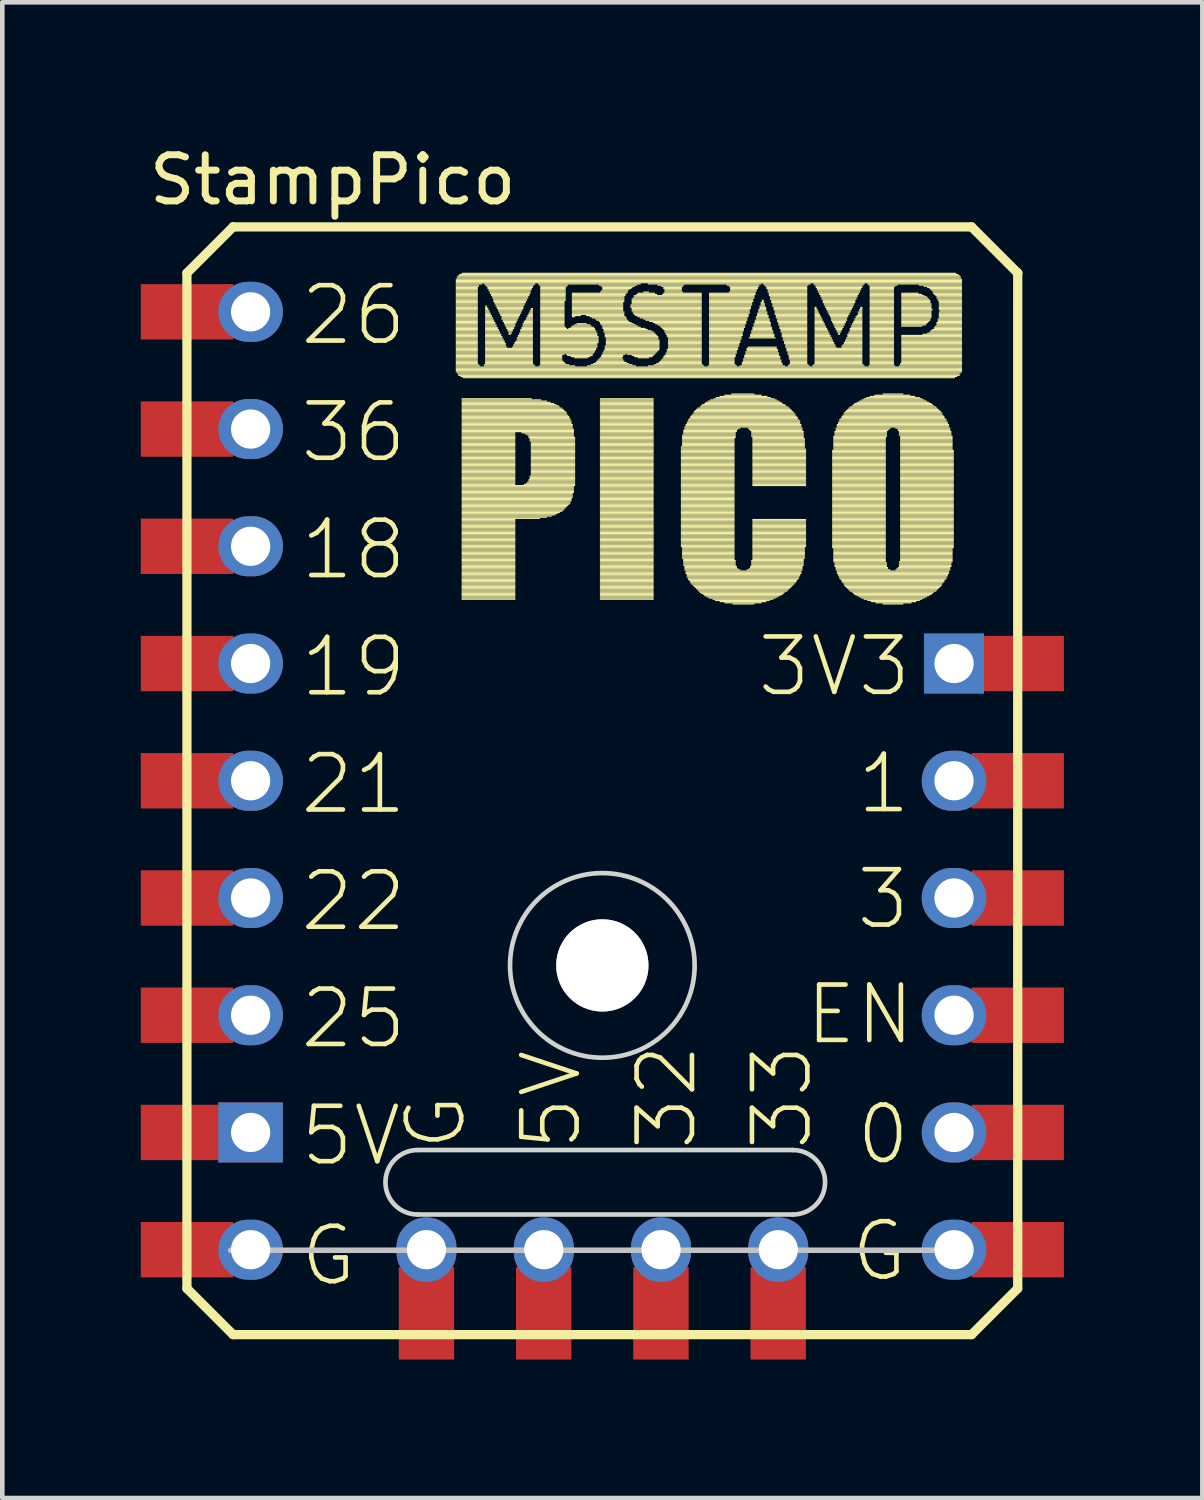
<source format=kicad_pcb>
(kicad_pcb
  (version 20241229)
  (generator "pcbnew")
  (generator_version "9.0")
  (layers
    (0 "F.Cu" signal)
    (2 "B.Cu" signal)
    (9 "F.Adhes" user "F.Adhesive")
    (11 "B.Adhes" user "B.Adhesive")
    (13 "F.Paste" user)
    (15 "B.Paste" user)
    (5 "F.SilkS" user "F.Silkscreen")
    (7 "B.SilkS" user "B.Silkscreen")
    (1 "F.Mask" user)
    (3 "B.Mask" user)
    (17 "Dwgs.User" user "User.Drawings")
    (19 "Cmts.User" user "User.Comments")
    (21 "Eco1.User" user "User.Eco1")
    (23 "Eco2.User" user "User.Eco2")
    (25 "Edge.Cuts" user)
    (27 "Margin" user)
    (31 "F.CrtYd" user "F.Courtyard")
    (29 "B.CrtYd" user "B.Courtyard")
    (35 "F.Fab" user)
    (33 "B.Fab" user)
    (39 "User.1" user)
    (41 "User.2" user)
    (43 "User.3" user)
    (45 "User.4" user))
  (footprint "StampPico"
    (layer "F.Cu")
    (at 10 17.866)
    (property "Reference" "StampPico" (at -5.842 -17.018 0) (layer "F.SilkS") (effects (font (size 1 1) (thickness 0.15))))
    (attr smd)
    (fp_line (start -9 -15) (end -8 -16) (stroke (width 0.2) (type solid)) (layer "F.SilkS"))
    (fp_line (start -9 7) (end -9 -15) (stroke (width 0.2) (type solid)) (layer "F.SilkS"))
    (fp_line (start -9 7) (end -8 8) (stroke (width 0.2) (type solid)) (layer "F.SilkS"))
    (fp_line (start -8 -16) (end -8 -16) (stroke (width 0.2) (type solid)) (layer "F.SilkS"))
    (fp_line (start -8 -16) (end 8 -16) (stroke (width 0.2) (type solid)) (layer "F.SilkS"))
    (fp_line (start -8 8) (end 8 8) (stroke (width 0.2) (type solid)) (layer "F.SilkS"))
    (fp_line (start -3.165 -14.867) (end 7.783 -14.867) (stroke (width 0.025) (type solid)) (layer "F.SilkS"))
    (fp_line (start -3.165 -14.841) (end 7.783 -14.841) (stroke (width 0.025) (type solid)) (layer "F.SilkS"))
    (fp_line (start -3.165 -14.816) (end 7.783 -14.816) (stroke (width 0.025) (type solid)) (layer "F.SilkS"))
    (fp_line (start -3.165 -14.791) (end 7.783 -14.791) (stroke (width 0.025) (type solid)) (layer "F.SilkS"))
    (fp_line (start -3.165 -14.765) (end -2.606 -14.765) (stroke (width 0.025) (type solid)) (layer "F.SilkS"))
    (fp_line (start -3.165 -14.74) (end -2.682 -14.74) (stroke (width 0.025) (type solid)) (layer "F.SilkS"))
    (fp_line (start -3.165 -14.714) (end -2.682 -14.714) (stroke (width 0.025) (type solid)) (layer "F.SilkS"))
    (fp_line (start -3.165 -14.689) (end -2.708 -14.689) (stroke (width 0.025) (type solid)) (layer "F.SilkS"))
    (fp_line (start -3.165 -14.664) (end -2.708 -14.664) (stroke (width 0.025) (type solid)) (layer "F.SilkS"))
    (fp_line (start -3.165 -14.638) (end -2.708 -14.638) (stroke (width 0.025) (type solid)) (layer "F.SilkS"))
    (fp_line (start -3.165 -14.613) (end -2.708 -14.613) (stroke (width 0.025) (type solid)) (layer "F.SilkS"))
    (fp_line (start -3.165 -14.587) (end -2.708 -14.587) (stroke (width 0.025) (type solid)) (layer "F.SilkS"))
    (fp_line (start -3.165 -14.562) (end -2.708 -14.562) (stroke (width 0.025) (type solid)) (layer "F.SilkS"))
    (fp_line (start -3.165 -14.537) (end -2.708 -14.537) (stroke (width 0.025) (type solid)) (layer "F.SilkS"))
    (fp_line (start -3.165 -14.511) (end -2.708 -14.511) (stroke (width 0.025) (type solid)) (layer "F.SilkS"))
    (fp_line (start -3.165 -14.486) (end -2.708 -14.486) (stroke (width 0.025) (type solid)) (layer "F.SilkS"))
    (fp_line (start -3.165 -14.46) (end -2.708 -14.46) (stroke (width 0.025) (type solid)) (layer "F.SilkS"))
    (fp_line (start -3.165 -14.435) (end -2.708 -14.435) (stroke (width 0.025) (type solid)) (layer "F.SilkS"))
    (fp_line (start -3.165 -14.41) (end -2.708 -14.41) (stroke (width 0.025) (type solid)) (layer "F.SilkS"))
    (fp_line (start -3.165 -14.384) (end -2.708 -14.384) (stroke (width 0.025) (type solid)) (layer "F.SilkS"))
    (fp_line (start -3.165 -14.359) (end -2.708 -14.359) (stroke (width 0.025) (type solid)) (layer "F.SilkS"))
    (fp_line (start -3.165 -14.333) (end -2.708 -14.333) (stroke (width 0.025) (type solid)) (layer "F.SilkS"))
    (fp_line (start -3.165 -14.308) (end -2.708 -14.308) (stroke (width 0.025) (type solid)) (layer "F.SilkS"))
    (fp_line (start -3.165 -14.283) (end -2.708 -14.283) (stroke (width 0.025) (type solid)) (layer "F.SilkS"))
    (fp_line (start -3.165 -14.257) (end -2.708 -14.257) (stroke (width 0.025) (type solid)) (layer "F.SilkS"))
    (fp_line (start -3.165 -14.232) (end -2.708 -14.232) (stroke (width 0.025) (type solid)) (layer "F.SilkS"))
    (fp_line (start -3.165 -14.206) (end -2.708 -14.206) (stroke (width 0.025) (type solid)) (layer "F.SilkS"))
    (fp_line (start -3.165 -14.181) (end -2.708 -14.181) (stroke (width 0.025) (type solid)) (layer "F.SilkS"))
    (fp_line (start -3.165 -14.156) (end -2.708 -14.156) (stroke (width 0.025) (type solid)) (layer "F.SilkS"))
    (fp_line (start -3.165 -14.13) (end -2.708 -14.13) (stroke (width 0.025) (type solid)) (layer "F.SilkS"))
    (fp_line (start -3.165 -14.105) (end -2.708 -14.105) (stroke (width 0.025) (type solid)) (layer "F.SilkS"))
    (fp_line (start -3.165 -14.079) (end -2.708 -14.079) (stroke (width 0.025) (type solid)) (layer "F.SilkS"))
    (fp_line (start -3.165 -14.054) (end -2.708 -14.054) (stroke (width 0.025) (type solid)) (layer "F.SilkS"))
    (fp_line (start -3.165 -14.029) (end -2.708 -14.029) (stroke (width 0.025) (type solid)) (layer "F.SilkS"))
    (fp_line (start -3.165 -14.003) (end -2.708 -14.003) (stroke (width 0.025) (type solid)) (layer "F.SilkS"))
    (fp_line (start -3.165 -13.978) (end -2.708 -13.978) (stroke (width 0.025) (type solid)) (layer "F.SilkS"))
    (fp_line (start -3.165 -13.952) (end -2.708 -13.952) (stroke (width 0.025) (type solid)) (layer "F.SilkS"))
    (fp_line (start -3.165 -13.927) (end -2.708 -13.927) (stroke (width 0.025) (type solid)) (layer "F.SilkS"))
    (fp_line (start -3.165 -13.902) (end -2.708 -13.902) (stroke (width 0.025) (type solid)) (layer "F.SilkS"))
    (fp_line (start -3.165 -13.876) (end -2.708 -13.876) (stroke (width 0.025) (type solid)) (layer "F.SilkS"))
    (fp_line (start -3.165 -13.851) (end -2.708 -13.851) (stroke (width 0.025) (type solid)) (layer "F.SilkS"))
    (fp_line (start -3.165 -13.825) (end -2.708 -13.825) (stroke (width 0.025) (type solid)) (layer "F.SilkS"))
    (fp_line (start -3.165 -13.8) (end -2.708 -13.8) (stroke (width 0.025) (type solid)) (layer "F.SilkS"))
    (fp_line (start -3.165 -13.775) (end -2.708 -13.775) (stroke (width 0.025) (type solid)) (layer "F.SilkS"))
    (fp_line (start -3.165 -13.749) (end -2.708 -13.749) (stroke (width 0.025) (type solid)) (layer "F.SilkS"))
    (fp_line (start -3.165 -13.724) (end -2.708 -13.724) (stroke (width 0.025) (type solid)) (layer "F.SilkS"))
    (fp_line (start -3.165 -13.698) (end -2.708 -13.698) (stroke (width 0.025) (type solid)) (layer "F.SilkS"))
    (fp_line (start -3.165 -13.673) (end -2.708 -13.673) (stroke (width 0.025) (type solid)) (layer "F.SilkS"))
    (fp_line (start -3.165 -13.648) (end -2.708 -13.648) (stroke (width 0.025) (type solid)) (layer "F.SilkS"))
    (fp_line (start -3.165 -13.622) (end -2.708 -13.622) (stroke (width 0.025) (type solid)) (layer "F.SilkS"))
    (fp_line (start -3.165 -13.597) (end -2.708 -13.597) (stroke (width 0.025) (type solid)) (layer "F.SilkS"))
    (fp_line (start -3.165 -13.571) (end -2.708 -13.571) (stroke (width 0.025) (type solid)) (layer "F.SilkS"))
    (fp_line (start -3.165 -13.546) (end -2.708 -13.546) (stroke (width 0.025) (type solid)) (layer "F.SilkS"))
    (fp_line (start -3.165 -13.521) (end -2.708 -13.521) (stroke (width 0.025) (type solid)) (layer "F.SilkS"))
    (fp_line (start -3.165 -13.495) (end -2.708 -13.495) (stroke (width 0.025) (type solid)) (layer "F.SilkS"))
    (fp_line (start -3.165 -13.47) (end -2.708 -13.47) (stroke (width 0.025) (type solid)) (layer "F.SilkS"))
    (fp_line (start -3.165 -13.444) (end -2.708 -13.444) (stroke (width 0.025) (type solid)) (layer "F.SilkS"))
    (fp_line (start -3.165 -13.419) (end -2.708 -13.419) (stroke (width 0.025) (type solid)) (layer "F.SilkS"))
    (fp_line (start -3.165 -13.394) (end -2.708 -13.394) (stroke (width 0.025) (type solid)) (layer "F.SilkS"))
    (fp_line (start -3.165 -13.368) (end -2.708 -13.368) (stroke (width 0.025) (type solid)) (layer "F.SilkS"))
    (fp_line (start -3.165 -13.343) (end -2.708 -13.343) (stroke (width 0.025) (type solid)) (layer "F.SilkS"))
    (fp_line (start -3.165 -13.317) (end -2.708 -13.317) (stroke (width 0.025) (type solid)) (layer "F.SilkS"))
    (fp_line (start -3.165 -13.292) (end -2.708 -13.292) (stroke (width 0.025) (type solid)) (layer "F.SilkS"))
    (fp_line (start -3.165 -13.267) (end -2.708 -13.267) (stroke (width 0.025) (type solid)) (layer "F.SilkS"))
    (fp_line (start -3.165 -13.241) (end -2.708 -13.241) (stroke (width 0.025) (type solid)) (layer "F.SilkS"))
    (fp_line (start -3.165 -13.216) (end -2.708 -13.216) (stroke (width 0.025) (type solid)) (layer "F.SilkS"))
    (fp_line (start -3.165 -13.19) (end -2.708 -13.19) (stroke (width 0.025) (type solid)) (layer "F.SilkS"))
    (fp_line (start -3.165 -13.165) (end -2.708 -13.165) (stroke (width 0.025) (type solid)) (layer "F.SilkS"))
    (fp_line (start -3.165 -13.14) (end -2.708 -13.14) (stroke (width 0.025) (type solid)) (layer "F.SilkS"))
    (fp_line (start -3.165 -13.114) (end -2.708 -13.114) (stroke (width 0.025) (type solid)) (layer "F.SilkS"))
    (fp_line (start -3.165 -13.089) (end -2.708 -13.089) (stroke (width 0.025) (type solid)) (layer "F.SilkS"))
    (fp_line (start -3.165 -13.063) (end -2.708 -13.063) (stroke (width 0.025) (type solid)) (layer "F.SilkS"))
    (fp_line (start -3.165 -13.038) (end -2.708 -13.038) (stroke (width 0.025) (type solid)) (layer "F.SilkS"))
    (fp_line (start -3.165 -13.013) (end -2.682 -13.013) (stroke (width 0.025) (type solid)) (layer "F.SilkS"))
    (fp_line (start -3.165 -12.987) (end -2.657 -12.987) (stroke (width 0.025) (type solid)) (layer "F.SilkS"))
    (fp_line (start -3.165 -12.962) (end 7.783 -12.962) (stroke (width 0.025) (type solid)) (layer "F.SilkS"))
    (fp_line (start -3.165 -12.936) (end 7.783 -12.936) (stroke (width 0.025) (type solid)) (layer "F.SilkS"))
    (fp_line (start -3.165 -12.911) (end 7.783 -12.911) (stroke (width 0.025) (type solid)) (layer "F.SilkS"))
    (fp_line (start -3.165 -12.886) (end 7.783 -12.886) (stroke (width 0.025) (type solid)) (layer "F.SilkS"))
    (fp_line (start -3.165 -12.86) (end 7.783 -12.86) (stroke (width 0.025) (type solid)) (layer "F.SilkS"))
    (fp_line (start -3.139 -14.918) (end 7.757 -14.918) (stroke (width 0.025) (type solid)) (layer "F.SilkS"))
    (fp_line (start -3.139 -14.892) (end 7.757 -14.892) (stroke (width 0.025) (type solid)) (layer "F.SilkS"))
    (fp_line (start -3.139 -12.835) (end 7.757 -12.835) (stroke (width 0.025) (type solid)) (layer "F.SilkS"))
    (fp_line (start -3.114 -14.943) (end 7.732 -14.943) (stroke (width 0.025) (type solid)) (layer "F.SilkS"))
    (fp_line (start -3.114 -12.809) (end 7.732 -12.809) (stroke (width 0.025) (type solid)) (layer "F.SilkS"))
    (fp_line (start -3.114 -12.784) (end 7.732 -12.784) (stroke (width 0.025) (type solid)) (layer "F.SilkS"))
    (fp_line (start -3.089 -14.968) (end 7.706 -14.968) (stroke (width 0.025) (type solid)) (layer "F.SilkS"))
    (fp_line (start -3.063 -12.759) (end 7.681 -12.759) (stroke (width 0.025) (type solid)) (layer "F.SilkS"))
    (fp_line (start -3.038 -14.994) (end 7.656 -14.994) (stroke (width 0.025) (type solid)) (layer "F.SilkS"))
    (fp_line (start -3.038 -12.276) (end -1.539 -12.276) (stroke (width 0.025) (type solid)) (layer "F.SilkS"))
    (fp_line (start -3.038 -12.251) (end -1.336 -12.251) (stroke (width 0.025) (type solid)) (layer "F.SilkS"))
    (fp_line (start -3.038 -12.225) (end -1.209 -12.225) (stroke (width 0.025) (type solid)) (layer "F.SilkS"))
    (fp_line (start -3.038 -12.2) (end -1.133 -12.2) (stroke (width 0.025) (type solid)) (layer "F.SilkS"))
    (fp_line (start -3.038 -12.174) (end -1.057 -12.174) (stroke (width 0.025) (type solid)) (layer "F.SilkS"))
    (fp_line (start -3.038 -12.149) (end -1.006 -12.149) (stroke (width 0.025) (type solid)) (layer "F.SilkS"))
    (fp_line (start -3.038 -12.124) (end -0.955 -12.124) (stroke (width 0.025) (type solid)) (layer "F.SilkS"))
    (fp_line (start -3.038 -12.098) (end -0.93 -12.098) (stroke (width 0.025) (type solid)) (layer "F.SilkS"))
    (fp_line (start -3.038 -12.073) (end -0.879 -12.073) (stroke (width 0.025) (type solid)) (layer "F.SilkS"))
    (fp_line (start -3.038 -12.047) (end -0.853 -12.047) (stroke (width 0.025) (type solid)) (layer "F.SilkS"))
    (fp_line (start -3.038 -12.022) (end -0.828 -12.022) (stroke (width 0.025) (type solid)) (layer "F.SilkS"))
    (fp_line (start -3.038 -11.997) (end -0.803 -11.997) (stroke (width 0.025) (type solid)) (layer "F.SilkS"))
    (fp_line (start -3.038 -11.971) (end -0.777 -11.971) (stroke (width 0.025) (type solid)) (layer "F.SilkS"))
    (fp_line (start -3.038 -11.946) (end -0.777 -11.946) (stroke (width 0.025) (type solid)) (layer "F.SilkS"))
    (fp_line (start -3.038 -11.92) (end -0.752 -11.92) (stroke (width 0.025) (type solid)) (layer "F.SilkS"))
    (fp_line (start -3.038 -11.895) (end -0.726 -11.895) (stroke (width 0.025) (type solid)) (layer "F.SilkS"))
    (fp_line (start -3.038 -11.87) (end -0.726 -11.87) (stroke (width 0.025) (type solid)) (layer "F.SilkS"))
    (fp_line (start -3.038 -11.844) (end -0.701 -11.844) (stroke (width 0.025) (type solid)) (layer "F.SilkS"))
    (fp_line (start -3.038 -11.819) (end -0.701 -11.819) (stroke (width 0.025) (type solid)) (layer "F.SilkS"))
    (fp_line (start -3.038 -11.793) (end -0.676 -11.793) (stroke (width 0.025) (type solid)) (layer "F.SilkS"))
    (fp_line (start -3.038 -11.768) (end -0.676 -11.768) (stroke (width 0.025) (type solid)) (layer "F.SilkS"))
    (fp_line (start -3.038 -11.743) (end -0.676 -11.743) (stroke (width 0.025) (type solid)) (layer "F.SilkS"))
    (fp_line (start -3.038 -11.717) (end -0.65 -11.717) (stroke (width 0.025) (type solid)) (layer "F.SilkS"))
    (fp_line (start -3.038 -11.692) (end -0.65 -11.692) (stroke (width 0.025) (type solid)) (layer "F.SilkS"))
    (fp_line (start -3.038 -11.666) (end -0.65 -11.666) (stroke (width 0.025) (type solid)) (layer "F.SilkS"))
    (fp_line (start -3.038 -11.641) (end -0.65 -11.641) (stroke (width 0.025) (type solid)) (layer "F.SilkS"))
    (fp_line (start -3.038 -11.616) (end -0.625 -11.616) (stroke (width 0.025) (type solid)) (layer "F.SilkS"))
    (fp_line (start -3.038 -11.59) (end -0.625 -11.59) (stroke (width 0.025) (type solid)) (layer "F.SilkS"))
    (fp_line (start -3.038 -11.565) (end -0.625 -11.565) (stroke (width 0.025) (type solid)) (layer "F.SilkS"))
    (fp_line (start -3.038 -11.539) (end -1.895 -11.539) (stroke (width 0.025) (type solid)) (layer "F.SilkS"))
    (fp_line (start -3.038 -11.514) (end -1.895 -11.514) (stroke (width 0.025) (type solid)) (layer "F.SilkS"))
    (fp_line (start -3.038 -11.489) (end -1.895 -11.489) (stroke (width 0.025) (type solid)) (layer "F.SilkS"))
    (fp_line (start -3.038 -11.463) (end -1.895 -11.463) (stroke (width 0.025) (type solid)) (layer "F.SilkS"))
    (fp_line (start -3.038 -11.438) (end -1.895 -11.438) (stroke (width 0.025) (type solid)) (layer "F.SilkS"))
    (fp_line (start -3.038 -11.412) (end -1.895 -11.412) (stroke (width 0.025) (type solid)) (layer "F.SilkS"))
    (fp_line (start -3.038 -11.387) (end -1.895 -11.387) (stroke (width 0.025) (type solid)) (layer "F.SilkS"))
    (fp_line (start -3.038 -11.362) (end -1.895 -11.362) (stroke (width 0.025) (type solid)) (layer "F.SilkS"))
    (fp_line (start -3.038 -11.336) (end -1.895 -11.336) (stroke (width 0.025) (type solid)) (layer "F.SilkS"))
    (fp_line (start -3.038 -11.311) (end -1.895 -11.311) (stroke (width 0.025) (type solid)) (layer "F.SilkS"))
    (fp_line (start -3.038 -11.285) (end -1.895 -11.285) (stroke (width 0.025) (type solid)) (layer "F.SilkS"))
    (fp_line (start -3.038 -11.26) (end -1.895 -11.26) (stroke (width 0.025) (type solid)) (layer "F.SilkS"))
    (fp_line (start -3.038 -11.235) (end -1.895 -11.235) (stroke (width 0.025) (type solid)) (layer "F.SilkS"))
    (fp_line (start -3.038 -11.209) (end -1.895 -11.209) (stroke (width 0.025) (type solid)) (layer "F.SilkS"))
    (fp_line (start -3.038 -11.184) (end -1.895 -11.184) (stroke (width 0.025) (type solid)) (layer "F.SilkS"))
    (fp_line (start -3.038 -11.158) (end -1.895 -11.158) (stroke (width 0.025) (type solid)) (layer "F.SilkS"))
    (fp_line (start -3.038 -11.133) (end -1.895 -11.133) (stroke (width 0.025) (type solid)) (layer "F.SilkS"))
    (fp_line (start -3.038 -11.108) (end -1.895 -11.108) (stroke (width 0.025) (type solid)) (layer "F.SilkS"))
    (fp_line (start -3.038 -11.082) (end -1.895 -11.082) (stroke (width 0.025) (type solid)) (layer "F.SilkS"))
    (fp_line (start -3.038 -11.057) (end -1.895 -11.057) (stroke (width 0.025) (type solid)) (layer "F.SilkS"))
    (fp_line (start -3.038 -11.031) (end -1.895 -11.031) (stroke (width 0.025) (type solid)) (layer "F.SilkS"))
    (fp_line (start -3.038 -11.006) (end -1.895 -11.006) (stroke (width 0.025) (type solid)) (layer "F.SilkS"))
    (fp_line (start -3.038 -10.981) (end -1.895 -10.981) (stroke (width 0.025) (type solid)) (layer "F.SilkS"))
    (fp_line (start -3.038 -10.955) (end -1.895 -10.955) (stroke (width 0.025) (type solid)) (layer "F.SilkS"))
    (fp_line (start -3.038 -10.93) (end -1.895 -10.93) (stroke (width 0.025) (type solid)) (layer "F.SilkS"))
    (fp_line (start -3.038 -10.904) (end -1.895 -10.904) (stroke (width 0.025) (type solid)) (layer "F.SilkS"))
    (fp_line (start -3.038 -10.879) (end -1.895 -10.879) (stroke (width 0.025) (type solid)) (layer "F.SilkS"))
    (fp_line (start -3.038 -10.854) (end -1.895 -10.854) (stroke (width 0.025) (type solid)) (layer "F.SilkS"))
    (fp_line (start -3.038 -10.828) (end -1.895 -10.828) (stroke (width 0.025) (type solid)) (layer "F.SilkS"))
    (fp_line (start -3.038 -10.803) (end -1.895 -10.803) (stroke (width 0.025) (type solid)) (layer "F.SilkS"))
    (fp_line (start -3.038 -10.777) (end -1.895 -10.777) (stroke (width 0.025) (type solid)) (layer "F.SilkS"))
    (fp_line (start -3.038 -10.752) (end -1.895 -10.752) (stroke (width 0.025) (type solid)) (layer "F.SilkS"))
    (fp_line (start -3.038 -10.727) (end -1.895 -10.727) (stroke (width 0.025) (type solid)) (layer "F.SilkS"))
    (fp_line (start -3.038 -10.701) (end -1.895 -10.701) (stroke (width 0.025) (type solid)) (layer "F.SilkS"))
    (fp_line (start -3.038 -10.676) (end -1.895 -10.676) (stroke (width 0.025) (type solid)) (layer "F.SilkS"))
    (fp_line (start -3.038 -10.65) (end -1.895 -10.65) (stroke (width 0.025) (type solid)) (layer "F.SilkS"))
    (fp_line (start -3.038 -10.625) (end -1.895 -10.625) (stroke (width 0.025) (type solid)) (layer "F.SilkS"))
    (fp_line (start -3.038 -10.6) (end -1.895 -10.6) (stroke (width 0.025) (type solid)) (layer "F.SilkS"))
    (fp_line (start -3.038 -10.574) (end -1.895 -10.574) (stroke (width 0.025) (type solid)) (layer "F.SilkS"))
    (fp_line (start -3.038 -10.549) (end -1.895 -10.549) (stroke (width 0.025) (type solid)) (layer "F.SilkS"))
    (fp_line (start -3.038 -10.523) (end -1.895 -10.523) (stroke (width 0.025) (type solid)) (layer "F.SilkS"))
    (fp_line (start -3.038 -10.498) (end -1.895 -10.498) (stroke (width 0.025) (type solid)) (layer "F.SilkS"))
    (fp_line (start -3.038 -10.473) (end -1.895 -10.473) (stroke (width 0.025) (type solid)) (layer "F.SilkS"))
    (fp_line (start -3.038 -10.447) (end -1.895 -10.447) (stroke (width 0.025) (type solid)) (layer "F.SilkS"))
    (fp_line (start -3.038 -10.422) (end -1.895 -10.422) (stroke (width 0.025) (type solid)) (layer "F.SilkS"))
    (fp_line (start -3.038 -10.396) (end -0.599 -10.396) (stroke (width 0.025) (type solid)) (layer "F.SilkS"))
    (fp_line (start -3.038 -10.371) (end -0.625 -10.371) (stroke (width 0.025) (type solid)) (layer "F.SilkS"))
    (fp_line (start -3.038 -10.346) (end -0.625 -10.346) (stroke (width 0.025) (type solid)) (layer "F.SilkS"))
    (fp_line (start -3.038 -10.32) (end -0.625 -10.32) (stroke (width 0.025) (type solid)) (layer "F.SilkS"))
    (fp_line (start -3.038 -10.295) (end -0.625 -10.295) (stroke (width 0.025) (type solid)) (layer "F.SilkS"))
    (fp_line (start -3.038 -10.269) (end -0.625 -10.269) (stroke (width 0.025) (type solid)) (layer "F.SilkS"))
    (fp_line (start -3.038 -10.244) (end -0.625 -10.244) (stroke (width 0.025) (type solid)) (layer "F.SilkS"))
    (fp_line (start -3.038 -10.219) (end -0.65 -10.219) (stroke (width 0.025) (type solid)) (layer "F.SilkS"))
    (fp_line (start -3.038 -10.193) (end -0.65 -10.193) (stroke (width 0.025) (type solid)) (layer "F.SilkS"))
    (fp_line (start -3.038 -10.168) (end -0.65 -10.168) (stroke (width 0.025) (type solid)) (layer "F.SilkS"))
    (fp_line (start -3.038 -10.142) (end -0.65 -10.142) (stroke (width 0.025) (type solid)) (layer "F.SilkS"))
    (fp_line (start -3.038 -10.117) (end -0.676 -10.117) (stroke (width 0.025) (type solid)) (layer "F.SilkS"))
    (fp_line (start -3.038 -10.092) (end -0.676 -10.092) (stroke (width 0.025) (type solid)) (layer "F.SilkS"))
    (fp_line (start -3.038 -10.066) (end -0.676 -10.066) (stroke (width 0.025) (type solid)) (layer "F.SilkS"))
    (fp_line (start -3.038 -10.041) (end -0.701 -10.041) (stroke (width 0.025) (type solid)) (layer "F.SilkS"))
    (fp_line (start -3.038 -10.015) (end -0.701 -10.015) (stroke (width 0.025) (type solid)) (layer "F.SilkS"))
    (fp_line (start -3.038 -9.99) (end -0.726 -9.99) (stroke (width 0.025) (type solid)) (layer "F.SilkS"))
    (fp_line (start -3.038 -9.965) (end -0.752 -9.965) (stroke (width 0.025) (type solid)) (layer "F.SilkS"))
    (fp_line (start -3.038 -9.939) (end -0.777 -9.939) (stroke (width 0.025) (type solid)) (layer "F.SilkS"))
    (fp_line (start -3.038 -9.914) (end -0.803 -9.914) (stroke (width 0.025) (type solid)) (layer "F.SilkS"))
    (fp_line (start -3.038 -9.888) (end -0.828 -9.888) (stroke (width 0.025) (type solid)) (layer "F.SilkS"))
    (fp_line (start -3.038 -9.863) (end -0.853 -9.863) (stroke (width 0.025) (type solid)) (layer "F.SilkS"))
    (fp_line (start -3.038 -9.838) (end -0.879 -9.838) (stroke (width 0.025) (type solid)) (layer "F.SilkS"))
    (fp_line (start -3.038 -9.812) (end -0.93 -9.812) (stroke (width 0.025) (type solid)) (layer "F.SilkS"))
    (fp_line (start -3.038 -9.787) (end -0.98 -9.787) (stroke (width 0.025) (type solid)) (layer "F.SilkS"))
    (fp_line (start -3.038 -9.761) (end -1.031 -9.761) (stroke (width 0.025) (type solid)) (layer "F.SilkS"))
    (fp_line (start -3.038 -9.736) (end -1.107 -9.736) (stroke (width 0.025) (type solid)) (layer "F.SilkS"))
    (fp_line (start -3.038 -9.711) (end -1.209 -9.711) (stroke (width 0.025) (type solid)) (layer "F.SilkS"))
    (fp_line (start -3.038 -9.685) (end -1.361 -9.685) (stroke (width 0.025) (type solid)) (layer "F.SilkS"))
    (fp_line (start -3.038 -9.66) (end -1.895 -9.66) (stroke (width 0.025) (type solid)) (layer "F.SilkS"))
    (fp_line (start -3.038 -9.634) (end -1.895 -9.634) (stroke (width 0.025) (type solid)) (layer "F.SilkS"))
    (fp_line (start -3.038 -9.609) (end -1.895 -9.609) (stroke (width 0.025) (type solid)) (layer "F.SilkS"))
    (fp_line (start -3.038 -9.584) (end -1.895 -9.584) (stroke (width 0.025) (type solid)) (layer "F.SilkS"))
    (fp_line (start -3.038 -9.558) (end -1.895 -9.558) (stroke (width 0.025) (type solid)) (layer "F.SilkS"))
    (fp_line (start -3.038 -9.533) (end -1.895 -9.533) (stroke (width 0.025) (type solid)) (layer "F.SilkS"))
    (fp_line (start -3.038 -9.507) (end -1.895 -9.507) (stroke (width 0.025) (type solid)) (layer "F.SilkS"))
    (fp_line (start -3.038 -9.482) (end -1.895 -9.482) (stroke (width 0.025) (type solid)) (layer "F.SilkS"))
    (fp_line (start -3.038 -9.457) (end -1.895 -9.457) (stroke (width 0.025) (type solid)) (layer "F.SilkS"))
    (fp_line (start -3.038 -9.431) (end -1.895 -9.431) (stroke (width 0.025) (type solid)) (layer "F.SilkS"))
    (fp_line (start -3.038 -9.406) (end -1.895 -9.406) (stroke (width 0.025) (type solid)) (layer "F.SilkS"))
    (fp_line (start -3.038 -9.38) (end -1.895 -9.38) (stroke (width 0.025) (type solid)) (layer "F.SilkS"))
    (fp_line (start -3.038 -9.355) (end -1.895 -9.355) (stroke (width 0.025) (type solid)) (layer "F.SilkS"))
    (fp_line (start -3.038 -9.33) (end -1.895 -9.33) (stroke (width 0.025) (type solid)) (layer "F.SilkS"))
    (fp_line (start -3.038 -9.304) (end -1.895 -9.304) (stroke (width 0.025) (type solid)) (layer "F.SilkS"))
    (fp_line (start -3.038 -9.279) (end -1.895 -9.279) (stroke (width 0.025) (type solid)) (layer "F.SilkS"))
    (fp_line (start -3.038 -9.253) (end -1.895 -9.253) (stroke (width 0.025) (type solid)) (layer "F.SilkS"))
    (fp_line (start -3.038 -9.228) (end -1.895 -9.228) (stroke (width 0.025) (type solid)) (layer "F.SilkS"))
    (fp_line (start -3.038 -9.203) (end -1.895 -9.203) (stroke (width 0.025) (type solid)) (layer "F.SilkS"))
    (fp_line (start -3.038 -9.177) (end -1.895 -9.177) (stroke (width 0.025) (type solid)) (layer "F.SilkS"))
    (fp_line (start -3.038 -9.152) (end -1.895 -9.152) (stroke (width 0.025) (type solid)) (layer "F.SilkS"))
    (fp_line (start -3.038 -9.126) (end -1.895 -9.126) (stroke (width 0.025) (type solid)) (layer "F.SilkS"))
    (fp_line (start -3.038 -9.101) (end -1.895 -9.101) (stroke (width 0.025) (type solid)) (layer "F.SilkS"))
    (fp_line (start -3.038 -9.076) (end -1.895 -9.076) (stroke (width 0.025) (type solid)) (layer "F.SilkS"))
    (fp_line (start -3.038 -9.05) (end -1.895 -9.05) (stroke (width 0.025) (type solid)) (layer "F.SilkS"))
    (fp_line (start -3.038 -9.025) (end -1.895 -9.025) (stroke (width 0.025) (type solid)) (layer "F.SilkS"))
    (fp_line (start -3.038 -8.999) (end -1.895 -8.999) (stroke (width 0.025) (type solid)) (layer "F.SilkS"))
    (fp_line (start -3.038 -8.974) (end -1.895 -8.974) (stroke (width 0.025) (type solid)) (layer "F.SilkS"))
    (fp_line (start -3.038 -8.949) (end -1.895 -8.949) (stroke (width 0.025) (type solid)) (layer "F.SilkS"))
    (fp_line (start -3.038 -8.923) (end -1.895 -8.923) (stroke (width 0.025) (type solid)) (layer "F.SilkS"))
    (fp_line (start -3.038 -8.898) (end -1.895 -8.898) (stroke (width 0.025) (type solid)) (layer "F.SilkS"))
    (fp_line (start -3.038 -8.872) (end -1.895 -8.872) (stroke (width 0.025) (type solid)) (layer "F.SilkS"))
    (fp_line (start -3.038 -8.847) (end -1.895 -8.847) (stroke (width 0.025) (type solid)) (layer "F.SilkS"))
    (fp_line (start -3.038 -8.822) (end -1.895 -8.822) (stroke (width 0.025) (type solid)) (layer "F.SilkS"))
    (fp_line (start -3.038 -8.796) (end -1.895 -8.796) (stroke (width 0.025) (type solid)) (layer "F.SilkS"))
    (fp_line (start -3.038 -8.771) (end -1.895 -8.771) (stroke (width 0.025) (type solid)) (layer "F.SilkS"))
    (fp_line (start -3.038 -8.745) (end -1.895 -8.745) (stroke (width 0.025) (type solid)) (layer "F.SilkS"))
    (fp_line (start -3.038 -8.72) (end -1.895 -8.72) (stroke (width 0.025) (type solid)) (layer "F.SilkS"))
    (fp_line (start -3.038 -8.695) (end -1.895 -8.695) (stroke (width 0.025) (type solid)) (layer "F.SilkS"))
    (fp_line (start -3.038 -8.669) (end -1.895 -8.669) (stroke (width 0.025) (type solid)) (layer "F.SilkS"))
    (fp_line (start -3.038 -8.644) (end -1.895 -8.644) (stroke (width 0.025) (type solid)) (layer "F.SilkS"))
    (fp_line (start -3.038 -8.618) (end -1.895 -8.618) (stroke (width 0.025) (type solid)) (layer "F.SilkS"))
    (fp_line (start -3.038 -8.593) (end -1.895 -8.593) (stroke (width 0.025) (type solid)) (layer "F.SilkS"))
    (fp_line (start -3.038 -8.568) (end -1.895 -8.568) (stroke (width 0.025) (type solid)) (layer "F.SilkS"))
    (fp_line (start -3.038 -8.542) (end -1.895 -8.542) (stroke (width 0.025) (type solid)) (layer "F.SilkS"))
    (fp_line (start -3.038 -8.517) (end -1.895 -8.517) (stroke (width 0.025) (type solid)) (layer "F.SilkS"))
    (fp_line (start -3.038 -8.491) (end -1.895 -8.491) (stroke (width 0.025) (type solid)) (layer "F.SilkS"))
    (fp_line (start -3.038 -8.466) (end -1.895 -8.466) (stroke (width 0.025) (type solid)) (layer "F.SilkS"))
    (fp_line (start -3.038 -8.441) (end -1.895 -8.441) (stroke (width 0.025) (type solid)) (layer "F.SilkS"))
    (fp_line (start -3.038 -8.415) (end -1.895 -8.415) (stroke (width 0.025) (type solid)) (layer "F.SilkS"))
    (fp_line (start -3.038 -8.39) (end -1.895 -8.39) (stroke (width 0.025) (type solid)) (layer "F.SilkS"))
    (fp_line (start -3.038 -8.364) (end -1.895 -8.364) (stroke (width 0.025) (type solid)) (layer "F.SilkS"))
    (fp_line (start -3.038 -8.339) (end -1.895 -8.339) (stroke (width 0.025) (type solid)) (layer "F.SilkS"))
    (fp_line (start -3.038 -8.314) (end -1.895 -8.314) (stroke (width 0.025) (type solid)) (layer "F.SilkS"))
    (fp_line (start -3.038 -8.288) (end -1.895 -8.288) (stroke (width 0.025) (type solid)) (layer "F.SilkS"))
    (fp_line (start -3.038 -8.263) (end -1.895 -8.263) (stroke (width 0.025) (type solid)) (layer "F.SilkS"))
    (fp_line (start -3.038 -8.237) (end -1.895 -8.237) (stroke (width 0.025) (type solid)) (layer "F.SilkS"))
    (fp_line (start -3.038 -8.212) (end -1.895 -8.212) (stroke (width 0.025) (type solid)) (layer "F.SilkS"))
    (fp_line (start -3.038 -8.187) (end -1.895 -8.187) (stroke (width 0.025) (type solid)) (layer "F.SilkS"))
    (fp_line (start -3.038 -8.161) (end -1.895 -8.161) (stroke (width 0.025) (type solid)) (layer "F.SilkS"))
    (fp_line (start -3.038 -8.136) (end -1.895 -8.136) (stroke (width 0.025) (type solid)) (layer "F.SilkS"))
    (fp_line (start -3.038 -8.11) (end -1.895 -8.11) (stroke (width 0.025) (type solid)) (layer "F.SilkS"))
    (fp_line (start -3.038 -8.085) (end -1.895 -8.085) (stroke (width 0.025) (type solid)) (layer "F.SilkS"))
    (fp_line (start -3.038 -8.06) (end -1.895 -8.06) (stroke (width 0.025) (type solid)) (layer "F.SilkS"))
    (fp_line (start -3.038 -8.034) (end -1.895 -8.034) (stroke (width 0.025) (type solid)) (layer "F.SilkS"))
    (fp_line (start -3.038 -8.009) (end -1.895 -8.009) (stroke (width 0.025) (type solid)) (layer "F.SilkS"))
    (fp_line (start -3.038 -7.983) (end -1.895 -7.983) (stroke (width 0.025) (type solid)) (layer "F.SilkS"))
    (fp_line (start -3.038 -7.958) (end -1.895 -7.958) (stroke (width 0.025) (type solid)) (layer "F.SilkS"))
    (fp_line (start -3.038 -7.933) (end -1.895 -7.933) (stroke (width 0.025) (type solid)) (layer "F.SilkS"))
    (fp_line (start -3.012 -12.733) (end 7.63 -12.733) (stroke (width 0.025) (type solid)) (layer "F.SilkS"))
    (fp_line (start -2.555 -14.765) (end -1.463 -14.765) (stroke (width 0.025) (type solid)) (layer "F.SilkS"))
    (fp_line (start -2.555 -13.013) (end -1.488 -13.013) (stroke (width 0.025) (type solid)) (layer "F.SilkS"))
    (fp_line (start -2.555 -12.987) (end -1.463 -12.987) (stroke (width 0.025) (type solid)) (layer "F.SilkS"))
    (fp_line (start -2.53 -14.74) (end -1.488 -14.74) (stroke (width 0.025) (type solid)) (layer "F.SilkS"))
    (fp_line (start -2.53 -14.283) (end -2.504 -14.283) (stroke (width 0.025) (type solid)) (layer "F.SilkS"))
    (fp_line (start -2.53 -14.257) (end -2.504 -14.257) (stroke (width 0.025) (type solid)) (layer "F.SilkS"))
    (fp_line (start -2.53 -14.232) (end -2.479 -14.232) (stroke (width 0.025) (type solid)) (layer "F.SilkS"))
    (fp_line (start -2.53 -14.206) (end -2.479 -14.206) (stroke (width 0.025) (type solid)) (layer "F.SilkS"))
    (fp_line (start -2.53 -14.181) (end -2.454 -14.181) (stroke (width 0.025) (type solid)) (layer "F.SilkS"))
    (fp_line (start -2.53 -14.156) (end -2.454 -14.156) (stroke (width 0.025) (type solid)) (layer "F.SilkS"))
    (fp_line (start -2.53 -14.13) (end -2.428 -14.13) (stroke (width 0.025) (type solid)) (layer "F.SilkS"))
    (fp_line (start -2.53 -14.105) (end -2.428 -14.105) (stroke (width 0.025) (type solid)) (layer "F.SilkS"))
    (fp_line (start -2.53 -14.079) (end -2.403 -14.079) (stroke (width 0.025) (type solid)) (layer "F.SilkS"))
    (fp_line (start -2.53 -14.054) (end -2.403 -14.054) (stroke (width 0.025) (type solid)) (layer "F.SilkS"))
    (fp_line (start -2.53 -14.029) (end -2.377 -14.029) (stroke (width 0.025) (type solid)) (layer "F.SilkS"))
    (fp_line (start -2.53 -14.003) (end -2.377 -14.003) (stroke (width 0.025) (type solid)) (layer "F.SilkS"))
    (fp_line (start -2.53 -13.978) (end -2.352 -13.978) (stroke (width 0.025) (type solid)) (layer "F.SilkS"))
    (fp_line (start -2.53 -13.952) (end -2.352 -13.952) (stroke (width 0.025) (type solid)) (layer "F.SilkS"))
    (fp_line (start -2.53 -13.927) (end -2.327 -13.927) (stroke (width 0.025) (type solid)) (layer "F.SilkS"))
    (fp_line (start -2.53 -13.902) (end -2.327 -13.902) (stroke (width 0.025) (type solid)) (layer "F.SilkS"))
    (fp_line (start -2.53 -13.876) (end -2.301 -13.876) (stroke (width 0.025) (type solid)) (layer "F.SilkS"))
    (fp_line (start -2.53 -13.851) (end -2.301 -13.851) (stroke (width 0.025) (type solid)) (layer "F.SilkS"))
    (fp_line (start -2.53 -13.825) (end -2.276 -13.825) (stroke (width 0.025) (type solid)) (layer "F.SilkS"))
    (fp_line (start -2.53 -13.8) (end -2.276 -13.8) (stroke (width 0.025) (type solid)) (layer "F.SilkS"))
    (fp_line (start -2.53 -13.775) (end -2.25 -13.775) (stroke (width 0.025) (type solid)) (layer "F.SilkS"))
    (fp_line (start -2.53 -13.749) (end -2.25 -13.749) (stroke (width 0.025) (type solid)) (layer "F.SilkS"))
    (fp_line (start -2.53 -13.724) (end -2.225 -13.724) (stroke (width 0.025) (type solid)) (layer "F.SilkS"))
    (fp_line (start -2.53 -13.698) (end -2.225 -13.698) (stroke (width 0.025) (type solid)) (layer "F.SilkS"))
    (fp_line (start -2.53 -13.673) (end -2.2 -13.673) (stroke (width 0.025) (type solid)) (layer "F.SilkS"))
    (fp_line (start -2.53 -13.648) (end -2.2 -13.648) (stroke (width 0.025) (type solid)) (layer "F.SilkS"))
    (fp_line (start -2.53 -13.622) (end -2.174 -13.622) (stroke (width 0.025) (type solid)) (layer "F.SilkS"))
    (fp_line (start -2.53 -13.597) (end -2.174 -13.597) (stroke (width 0.025) (type solid)) (layer "F.SilkS"))
    (fp_line (start -2.53 -13.571) (end -2.149 -13.571) (stroke (width 0.025) (type solid)) (layer "F.SilkS"))
    (fp_line (start -2.53 -13.546) (end -2.149 -13.546) (stroke (width 0.025) (type solid)) (layer "F.SilkS"))
    (fp_line (start -2.53 -13.521) (end -2.123 -13.521) (stroke (width 0.025) (type solid)) (layer "F.SilkS"))
    (fp_line (start -2.53 -13.495) (end -2.123 -13.495) (stroke (width 0.025) (type solid)) (layer "F.SilkS"))
    (fp_line (start -2.53 -13.47) (end -2.098 -13.47) (stroke (width 0.025) (type solid)) (layer "F.SilkS"))
    (fp_line (start -2.53 -13.444) (end -2.098 -13.444) (stroke (width 0.025) (type solid)) (layer "F.SilkS"))
    (fp_line (start -2.53 -13.419) (end -2.098 -13.419) (stroke (width 0.025) (type solid)) (layer "F.SilkS"))
    (fp_line (start -2.53 -13.394) (end -2.073 -13.394) (stroke (width 0.025) (type solid)) (layer "F.SilkS"))
    (fp_line (start -2.53 -13.368) (end -1.514 -13.368) (stroke (width 0.025) (type solid)) (layer "F.SilkS"))
    (fp_line (start -2.53 -13.343) (end -1.514 -13.343) (stroke (width 0.025) (type solid)) (layer "F.SilkS"))
    (fp_line (start -2.53 -13.317) (end -1.514 -13.317) (stroke (width 0.025) (type solid)) (layer "F.SilkS"))
    (fp_line (start -2.53 -13.292) (end -1.514 -13.292) (stroke (width 0.025) (type solid)) (layer "F.SilkS"))
    (fp_line (start -2.53 -13.267) (end -1.514 -13.267) (stroke (width 0.025) (type solid)) (layer "F.SilkS"))
    (fp_line (start -2.53 -13.241) (end -1.514 -13.241) (stroke (width 0.025) (type solid)) (layer "F.SilkS"))
    (fp_line (start -2.53 -13.216) (end -1.514 -13.216) (stroke (width 0.025) (type solid)) (layer "F.SilkS"))
    (fp_line (start -2.53 -13.19) (end -1.514 -13.19) (stroke (width 0.025) (type solid)) (layer "F.SilkS"))
    (fp_line (start -2.53 -13.165) (end -1.514 -13.165) (stroke (width 0.025) (type solid)) (layer "F.SilkS"))
    (fp_line (start -2.53 -13.14) (end -1.514 -13.14) (stroke (width 0.025) (type solid)) (layer "F.SilkS"))
    (fp_line (start -2.53 -13.114) (end -1.514 -13.114) (stroke (width 0.025) (type solid)) (layer "F.SilkS"))
    (fp_line (start -2.53 -13.089) (end -1.514 -13.089) (stroke (width 0.025) (type solid)) (layer "F.SilkS"))
    (fp_line (start -2.53 -13.063) (end -1.514 -13.063) (stroke (width 0.025) (type solid)) (layer "F.SilkS"))
    (fp_line (start -2.53 -13.038) (end -1.514 -13.038) (stroke (width 0.025) (type solid)) (layer "F.SilkS"))
    (fp_line (start -2.504 -14.714) (end -1.514 -14.714) (stroke (width 0.025) (type solid)) (layer "F.SilkS"))
    (fp_line (start -2.479 -14.689) (end -1.514 -14.689) (stroke (width 0.025) (type solid)) (layer "F.SilkS"))
    (fp_line (start -2.479 -14.664) (end -1.539 -14.664) (stroke (width 0.025) (type solid)) (layer "F.SilkS"))
    (fp_line (start -2.454 -14.638) (end -1.539 -14.638) (stroke (width 0.025) (type solid)) (layer "F.SilkS"))
    (fp_line (start -2.454 -14.613) (end -1.565 -14.613) (stroke (width 0.025) (type solid)) (layer "F.SilkS"))
    (fp_line (start -2.428 -14.587) (end -1.565 -14.587) (stroke (width 0.025) (type solid)) (layer "F.SilkS"))
    (fp_line (start -2.428 -14.562) (end -1.565 -14.562) (stroke (width 0.025) (type solid)) (layer "F.SilkS"))
    (fp_line (start -2.403 -14.537) (end -1.59 -14.537) (stroke (width 0.025) (type solid)) (layer "F.SilkS"))
    (fp_line (start -2.403 -14.511) (end -1.59 -14.511) (stroke (width 0.025) (type solid)) (layer "F.SilkS"))
    (fp_line (start -2.377 -14.486) (end -1.615 -14.486) (stroke (width 0.025) (type solid)) (layer "F.SilkS"))
    (fp_line (start -2.377 -14.46) (end -1.615 -14.46) (stroke (width 0.025) (type solid)) (layer "F.SilkS"))
    (fp_line (start -2.352 -14.435) (end -1.641 -14.435) (stroke (width 0.025) (type solid)) (layer "F.SilkS"))
    (fp_line (start -2.352 -14.41) (end -1.641 -14.41) (stroke (width 0.025) (type solid)) (layer "F.SilkS"))
    (fp_line (start -2.352 -14.384) (end -1.666 -14.384) (stroke (width 0.025) (type solid)) (layer "F.SilkS"))
    (fp_line (start -2.327 -14.359) (end -1.666 -14.359) (stroke (width 0.025) (type solid)) (layer "F.SilkS"))
    (fp_line (start -2.327 -14.333) (end -1.692 -14.333) (stroke (width 0.025) (type solid)) (layer "F.SilkS"))
    (fp_line (start -2.301 -14.308) (end -1.692 -14.308) (stroke (width 0.025) (type solid)) (layer "F.SilkS"))
    (fp_line (start -2.301 -14.283) (end -1.717 -14.283) (stroke (width 0.025) (type solid)) (layer "F.SilkS"))
    (fp_line (start -2.276 -14.257) (end -1.717 -14.257) (stroke (width 0.025) (type solid)) (layer "F.SilkS"))
    (fp_line (start -2.276 -14.232) (end -1.717 -14.232) (stroke (width 0.025) (type solid)) (layer "F.SilkS"))
    (fp_line (start -2.25 -14.206) (end -1.742 -14.206) (stroke (width 0.025) (type solid)) (layer "F.SilkS"))
    (fp_line (start -2.25 -14.181) (end -1.742 -14.181) (stroke (width 0.025) (type solid)) (layer "F.SilkS"))
    (fp_line (start -2.225 -14.156) (end -1.768 -14.156) (stroke (width 0.025) (type solid)) (layer "F.SilkS"))
    (fp_line (start -2.225 -14.13) (end -1.768 -14.13) (stroke (width 0.025) (type solid)) (layer "F.SilkS"))
    (fp_line (start -2.2 -14.105) (end -1.793 -14.105) (stroke (width 0.025) (type solid)) (layer "F.SilkS"))
    (fp_line (start -2.2 -14.079) (end -1.793 -14.079) (stroke (width 0.025) (type solid)) (layer "F.SilkS"))
    (fp_line (start -2.174 -14.054) (end -1.819 -14.054) (stroke (width 0.025) (type solid)) (layer "F.SilkS"))
    (fp_line (start -2.174 -14.029) (end -1.819 -14.029) (stroke (width 0.025) (type solid)) (layer "F.SilkS"))
    (fp_line (start -2.174 -14.003) (end -1.844 -14.003) (stroke (width 0.025) (type solid)) (layer "F.SilkS"))
    (fp_line (start -2.149 -13.978) (end -1.844 -13.978) (stroke (width 0.025) (type solid)) (layer "F.SilkS"))
    (fp_line (start -2.149 -13.952) (end -1.869 -13.952) (stroke (width 0.025) (type solid)) (layer "F.SilkS"))
    (fp_line (start -2.123 -13.927) (end -1.869 -13.927) (stroke (width 0.025) (type solid)) (layer "F.SilkS"))
    (fp_line (start -2.123 -13.902) (end -1.895 -13.902) (stroke (width 0.025) (type solid)) (layer "F.SilkS"))
    (fp_line (start -2.098 -13.876) (end -1.895 -13.876) (stroke (width 0.025) (type solid)) (layer "F.SilkS"))
    (fp_line (start -2.098 -13.851) (end -1.895 -13.851) (stroke (width 0.025) (type solid)) (layer "F.SilkS"))
    (fp_line (start -2.073 -13.825) (end -1.92 -13.825) (stroke (width 0.025) (type solid)) (layer "F.SilkS"))
    (fp_line (start -2.073 -13.8) (end -1.92 -13.8) (stroke (width 0.025) (type solid)) (layer "F.SilkS"))
    (fp_line (start -2.047 -13.775) (end -1.946 -13.775) (stroke (width 0.025) (type solid)) (layer "F.SilkS"))
    (fp_line (start -2.047 -13.749) (end -1.946 -13.749) (stroke (width 0.025) (type solid)) (layer "F.SilkS"))
    (fp_line (start -2.022 -13.724) (end -1.971 -13.724) (stroke (width 0.025) (type solid)) (layer "F.SilkS"))
    (fp_line (start -2.022 -13.698) (end -1.971 -13.698) (stroke (width 0.025) (type solid)) (layer "F.SilkS"))
    (fp_line (start -2.022 -13.673) (end -1.996 -13.673) (stroke (width 0.025) (type solid)) (layer "F.SilkS"))
    (fp_line (start -1.946 -13.394) (end -1.514 -13.394) (stroke (width 0.025) (type solid)) (layer "F.SilkS"))
    (fp_line (start -1.92 -13.444) (end -1.514 -13.444) (stroke (width 0.025) (type solid)) (layer "F.SilkS"))
    (fp_line (start -1.92 -13.419) (end -1.514 -13.419) (stroke (width 0.025) (type solid)) (layer "F.SilkS"))
    (fp_line (start -1.895 -13.495) (end -1.514 -13.495) (stroke (width 0.025) (type solid)) (layer "F.SilkS"))
    (fp_line (start -1.895 -13.47) (end -1.514 -13.47) (stroke (width 0.025) (type solid)) (layer "F.SilkS"))
    (fp_line (start -1.869 -13.521) (end -1.514 -13.521) (stroke (width 0.025) (type solid)) (layer "F.SilkS"))
    (fp_line (start -1.844 -13.597) (end -1.514 -13.597) (stroke (width 0.025) (type solid)) (layer "F.SilkS"))
    (fp_line (start -1.844 -13.571) (end -1.514 -13.571) (stroke (width 0.025) (type solid)) (layer "F.SilkS"))
    (fp_line (start -1.844 -13.546) (end -1.514 -13.546) (stroke (width 0.025) (type solid)) (layer "F.SilkS"))
    (fp_line (start -1.819 -13.648) (end -1.514 -13.648) (stroke (width 0.025) (type solid)) (layer "F.SilkS"))
    (fp_line (start -1.819 -13.622) (end -1.514 -13.622) (stroke (width 0.025) (type solid)) (layer "F.SilkS"))
    (fp_line (start -1.793 -13.698) (end -1.514 -13.698) (stroke (width 0.025) (type solid)) (layer "F.SilkS"))
    (fp_line (start -1.793 -13.673) (end -1.514 -13.673) (stroke (width 0.025) (type solid)) (layer "F.SilkS"))
    (fp_line (start -1.768 -13.775) (end -1.514 -13.775) (stroke (width 0.025) (type solid)) (layer "F.SilkS"))
    (fp_line (start -1.768 -13.749) (end -1.514 -13.749) (stroke (width 0.025) (type solid)) (layer "F.SilkS"))
    (fp_line (start -1.768 -13.724) (end -1.514 -13.724) (stroke (width 0.025) (type solid)) (layer "F.SilkS"))
    (fp_line (start -1.742 -13.825) (end -1.514 -13.825) (stroke (width 0.025) (type solid)) (layer "F.SilkS"))
    (fp_line (start -1.742 -13.8) (end -1.514 -13.8) (stroke (width 0.025) (type solid)) (layer "F.SilkS"))
    (fp_line (start -1.742 -11.539) (end -0.625 -11.539) (stroke (width 0.025) (type solid)) (layer "F.SilkS"))
    (fp_line (start -1.717 -13.902) (end -1.514 -13.902) (stroke (width 0.025) (type solid)) (layer "F.SilkS"))
    (fp_line (start -1.717 -13.876) (end -1.514 -13.876) (stroke (width 0.025) (type solid)) (layer "F.SilkS"))
    (fp_line (start -1.717 -13.851) (end -1.514 -13.851) (stroke (width 0.025) (type solid)) (layer "F.SilkS"))
    (fp_line (start -1.692 -13.952) (end -1.514 -13.952) (stroke (width 0.025) (type solid)) (layer "F.SilkS"))
    (fp_line (start -1.692 -13.927) (end -1.514 -13.927) (stroke (width 0.025) (type solid)) (layer "F.SilkS"))
    (fp_line (start -1.692 -10.422) (end -0.599 -10.422) (stroke (width 0.025) (type solid)) (layer "F.SilkS"))
    (fp_line (start -1.666 -13.978) (end -1.514 -13.978) (stroke (width 0.025) (type solid)) (layer "F.SilkS"))
    (fp_line (start -1.666 -11.514) (end -0.625 -11.514) (stroke (width 0.025) (type solid)) (layer "F.SilkS"))
    (fp_line (start -1.641 -14.029) (end -1.514 -14.029) (stroke (width 0.025) (type solid)) (layer "F.SilkS"))
    (fp_line (start -1.641 -14.003) (end -1.514 -14.003) (stroke (width 0.025) (type solid)) (layer "F.SilkS"))
    (fp_line (start -1.641 -10.447) (end -0.599 -10.447) (stroke (width 0.025) (type solid)) (layer "F.SilkS"))
    (fp_line (start -1.615 -14.079) (end -1.514 -14.079) (stroke (width 0.025) (type solid)) (layer "F.SilkS"))
    (fp_line (start -1.615 -14.054) (end -1.514 -14.054) (stroke (width 0.025) (type solid)) (layer "F.SilkS"))
    (fp_line (start -1.615 -11.489) (end -0.625 -11.489) (stroke (width 0.025) (type solid)) (layer "F.SilkS"))
    (fp_line (start -1.615 -10.473) (end -0.599 -10.473) (stroke (width 0.025) (type solid)) (layer "F.SilkS"))
    (fp_line (start -1.59 -14.13) (end -1.514 -14.13) (stroke (width 0.025) (type solid)) (layer "F.SilkS"))
    (fp_line (start -1.59 -14.105) (end -1.514 -14.105) (stroke (width 0.025) (type solid)) (layer "F.SilkS"))
    (fp_line (start -1.59 -11.463) (end -0.625 -11.463) (stroke (width 0.025) (type solid)) (layer "F.SilkS"))
    (fp_line (start -1.59 -11.438) (end -0.599 -11.438) (stroke (width 0.025) (type solid)) (layer "F.SilkS"))
    (fp_line (start -1.59 -10.523) (end -0.599 -10.523) (stroke (width 0.025) (type solid)) (layer "F.SilkS"))
    (fp_line (start -1.59 -10.498) (end -0.599 -10.498) (stroke (width 0.025) (type solid)) (layer "F.SilkS"))
    (fp_line (start -1.565 -14.181) (end -1.514 -14.181) (stroke (width 0.025) (type solid)) (layer "F.SilkS"))
    (fp_line (start -1.565 -14.156) (end -1.514 -14.156) (stroke (width 0.025) (type solid)) (layer "F.SilkS"))
    (fp_line (start -1.565 -11.412) (end -0.599 -11.412) (stroke (width 0.025) (type solid)) (layer "F.SilkS"))
    (fp_line (start -1.565 -11.387) (end -0.599 -11.387) (stroke (width 0.025) (type solid)) (layer "F.SilkS"))
    (fp_line (start -1.565 -11.362) (end -0.599 -11.362) (stroke (width 0.025) (type solid)) (layer "F.SilkS"))
    (fp_line (start -1.565 -10.6) (end -0.599 -10.6) (stroke (width 0.025) (type solid)) (layer "F.SilkS"))
    (fp_line (start -1.565 -10.574) (end -0.599 -10.574) (stroke (width 0.025) (type solid)) (layer "F.SilkS"))
    (fp_line (start -1.565 -10.549) (end -0.599 -10.549) (stroke (width 0.025) (type solid)) (layer "F.SilkS"))
    (fp_line (start -1.539 -14.232) (end -1.514 -14.232) (stroke (width 0.025) (type solid)) (layer "F.SilkS"))
    (fp_line (start -1.539 -14.206) (end -1.514 -14.206) (stroke (width 0.025) (type solid)) (layer "F.SilkS"))
    (fp_line (start -1.539 -11.336) (end -0.599 -11.336) (stroke (width 0.025) (type solid)) (layer "F.SilkS"))
    (fp_line (start -1.539 -11.311) (end -0.599 -11.311) (stroke (width 0.025) (type solid)) (layer "F.SilkS"))
    (fp_line (start -1.539 -11.285) (end -0.599 -11.285) (stroke (width 0.025) (type solid)) (layer "F.SilkS"))
    (fp_line (start -1.539 -11.26) (end -0.599 -11.26) (stroke (width 0.025) (type solid)) (layer "F.SilkS"))
    (fp_line (start -1.539 -11.235) (end -0.599 -11.235) (stroke (width 0.025) (type solid)) (layer "F.SilkS"))
    (fp_line (start -1.539 -11.209) (end -0.599 -11.209) (stroke (width 0.025) (type solid)) (layer "F.SilkS"))
    (fp_line (start -1.539 -11.184) (end -0.599 -11.184) (stroke (width 0.025) (type solid)) (layer "F.SilkS"))
    (fp_line (start -1.539 -11.158) (end -0.599 -11.158) (stroke (width 0.025) (type solid)) (layer "F.SilkS"))
    (fp_line (start -1.539 -11.133) (end -0.599 -11.133) (stroke (width 0.025) (type solid)) (layer "F.SilkS"))
    (fp_line (start -1.539 -11.108) (end -0.599 -11.108) (stroke (width 0.025) (type solid)) (layer "F.SilkS"))
    (fp_line (start -1.539 -11.082) (end -0.599 -11.082) (stroke (width 0.025) (type solid)) (layer "F.SilkS"))
    (fp_line (start -1.539 -11.057) (end -0.599 -11.057) (stroke (width 0.025) (type solid)) (layer "F.SilkS"))
    (fp_line (start -1.539 -11.031) (end -0.599 -11.031) (stroke (width 0.025) (type solid)) (layer "F.SilkS"))
    (fp_line (start -1.539 -11.006) (end -0.599 -11.006) (stroke (width 0.025) (type solid)) (layer "F.SilkS"))
    (fp_line (start -1.539 -10.981) (end -0.599 -10.981) (stroke (width 0.025) (type solid)) (layer "F.SilkS"))
    (fp_line (start -1.539 -10.955) (end -0.599 -10.955) (stroke (width 0.025) (type solid)) (layer "F.SilkS"))
    (fp_line (start -1.539 -10.93) (end -0.599 -10.93) (stroke (width 0.025) (type solid)) (layer "F.SilkS"))
    (fp_line (start -1.539 -10.904) (end -0.599 -10.904) (stroke (width 0.025) (type solid)) (layer "F.SilkS"))
    (fp_line (start -1.539 -10.879) (end -0.599 -10.879) (stroke (width 0.025) (type solid)) (layer "F.SilkS"))
    (fp_line (start -1.539 -10.854) (end -0.599 -10.854) (stroke (width 0.025) (type solid)) (layer "F.SilkS"))
    (fp_line (start -1.539 -10.828) (end -0.599 -10.828) (stroke (width 0.025) (type solid)) (layer "F.SilkS"))
    (fp_line (start -1.539 -10.803) (end -0.599 -10.803) (stroke (width 0.025) (type solid)) (layer "F.SilkS"))
    (fp_line (start -1.539 -10.777) (end -0.599 -10.777) (stroke (width 0.025) (type solid)) (layer "F.SilkS"))
    (fp_line (start -1.539 -10.752) (end -0.599 -10.752) (stroke (width 0.025) (type solid)) (layer "F.SilkS"))
    (fp_line (start -1.539 -10.727) (end -0.599 -10.727) (stroke (width 0.025) (type solid)) (layer "F.SilkS"))
    (fp_line (start -1.539 -10.701) (end -0.599 -10.701) (stroke (width 0.025) (type solid)) (layer "F.SilkS"))
    (fp_line (start -1.539 -10.676) (end -0.599 -10.676) (stroke (width 0.025) (type solid)) (layer "F.SilkS"))
    (fp_line (start -1.539 -10.65) (end -0.599 -10.65) (stroke (width 0.025) (type solid)) (layer "F.SilkS"))
    (fp_line (start -1.539 -10.625) (end -0.599 -10.625) (stroke (width 0.025) (type solid)) (layer "F.SilkS"))
    (fp_line (start -1.387 -14.765) (end 0.823 -14.765) (stroke (width 0.025) (type solid)) (layer "F.SilkS"))
    (fp_line (start -1.361 -14.74) (end -0.752 -14.74) (stroke (width 0.025) (type solid)) (layer "F.SilkS"))
    (fp_line (start -1.361 -12.987) (end -0.599 -12.987) (stroke (width 0.025) (type solid)) (layer "F.SilkS"))
    (fp_line (start -1.336 -14.714) (end -0.777 -14.714) (stroke (width 0.025) (type solid)) (layer "F.SilkS"))
    (fp_line (start -1.336 -14.689) (end -0.803 -14.689) (stroke (width 0.025) (type solid)) (layer "F.SilkS"))
    (fp_line (start -1.336 -14.664) (end -0.803 -14.664) (stroke (width 0.025) (type solid)) (layer "F.SilkS"))
    (fp_line (start -1.336 -14.638) (end -0.803 -14.638) (stroke (width 0.025) (type solid)) (layer "F.SilkS"))
    (fp_line (start -1.336 -14.613) (end -0.803 -14.613) (stroke (width 0.025) (type solid)) (layer "F.SilkS"))
    (fp_line (start -1.336 -14.587) (end -0.803 -14.587) (stroke (width 0.025) (type solid)) (layer "F.SilkS"))
    (fp_line (start -1.336 -14.562) (end -0.803 -14.562) (stroke (width 0.025) (type solid)) (layer "F.SilkS"))
    (fp_line (start -1.336 -14.537) (end -0.803 -14.537) (stroke (width 0.025) (type solid)) (layer "F.SilkS"))
    (fp_line (start -1.336 -14.511) (end -0.803 -14.511) (stroke (width 0.025) (type solid)) (layer "F.SilkS"))
    (fp_line (start -1.336 -14.486) (end -0.803 -14.486) (stroke (width 0.025) (type solid)) (layer "F.SilkS"))
    (fp_line (start -1.336 -14.46) (end -0.803 -14.46) (stroke (width 0.025) (type solid)) (layer "F.SilkS"))
    (fp_line (start -1.336 -14.435) (end -0.803 -14.435) (stroke (width 0.025) (type solid)) (layer "F.SilkS"))
    (fp_line (start -1.336 -14.41) (end -0.803 -14.41) (stroke (width 0.025) (type solid)) (layer "F.SilkS"))
    (fp_line (start -1.336 -14.384) (end -0.828 -14.384) (stroke (width 0.025) (type solid)) (layer "F.SilkS"))
    (fp_line (start -1.336 -14.359) (end -0.828 -14.359) (stroke (width 0.025) (type solid)) (layer "F.SilkS"))
    (fp_line (start -1.336 -14.333) (end -0.828 -14.333) (stroke (width 0.025) (type solid)) (layer "F.SilkS"))
    (fp_line (start -1.336 -14.308) (end -0.828 -14.308) (stroke (width 0.025) (type solid)) (layer "F.SilkS"))
    (fp_line (start -1.336 -14.283) (end -0.828 -14.283) (stroke (width 0.025) (type solid)) (layer "F.SilkS"))
    (fp_line (start -1.336 -14.257) (end -0.828 -14.257) (stroke (width 0.025) (type solid)) (layer "F.SilkS"))
    (fp_line (start -1.336 -14.232) (end -0.828 -14.232) (stroke (width 0.025) (type solid)) (layer "F.SilkS"))
    (fp_line (start -1.336 -14.206) (end -0.828 -14.206) (stroke (width 0.025) (type solid)) (layer "F.SilkS"))
    (fp_line (start -1.336 -14.181) (end -0.828 -14.181) (stroke (width 0.025) (type solid)) (layer "F.SilkS"))
    (fp_line (start -1.336 -14.156) (end -0.828 -14.156) (stroke (width 0.025) (type solid)) (layer "F.SilkS"))
    (fp_line (start -1.336 -14.13) (end -0.828 -14.13) (stroke (width 0.025) (type solid)) (layer "F.SilkS"))
    (fp_line (start -1.336 -14.105) (end -0.828 -14.105) (stroke (width 0.025) (type solid)) (layer "F.SilkS"))
    (fp_line (start -1.336 -14.079) (end -0.828 -14.079) (stroke (width 0.025) (type solid)) (layer "F.SilkS"))
    (fp_line (start -1.336 -14.054) (end -0.828 -14.054) (stroke (width 0.025) (type solid)) (layer "F.SilkS"))
    (fp_line (start -1.336 -14.029) (end -0.828 -14.029) (stroke (width 0.025) (type solid)) (layer "F.SilkS"))
    (fp_line (start -1.336 -14.003) (end -0.828 -14.003) (stroke (width 0.025) (type solid)) (layer "F.SilkS"))
    (fp_line (start -1.336 -13.978) (end -0.828 -13.978) (stroke (width 0.025) (type solid)) (layer "F.SilkS"))
    (fp_line (start -1.336 -13.952) (end -0.828 -13.952) (stroke (width 0.025) (type solid)) (layer "F.SilkS"))
    (fp_line (start -1.336 -13.927) (end -0.828 -13.927) (stroke (width 0.025) (type solid)) (layer "F.SilkS"))
    (fp_line (start -1.336 -13.902) (end -0.828 -13.902) (stroke (width 0.025) (type solid)) (layer "F.SilkS"))
    (fp_line (start -1.336 -13.876) (end -0.828 -13.876) (stroke (width 0.025) (type solid)) (layer "F.SilkS"))
    (fp_line (start -1.336 -13.851) (end -0.828 -13.851) (stroke (width 0.025) (type solid)) (layer "F.SilkS"))
    (fp_line (start -1.336 -13.825) (end -0.803 -13.825) (stroke (width 0.025) (type solid)) (layer "F.SilkS"))
    (fp_line (start -1.336 -13.8) (end -0.777 -13.8) (stroke (width 0.025) (type solid)) (layer "F.SilkS"))
    (fp_line (start -1.336 -13.775) (end -0.168 -13.775) (stroke (width 0.025) (type solid)) (layer "F.SilkS"))
    (fp_line (start -1.336 -13.749) (end -0.142 -13.749) (stroke (width 0.025) (type solid)) (layer "F.SilkS"))
    (fp_line (start -1.336 -13.724) (end -0.142 -13.724) (stroke (width 0.025) (type solid)) (layer "F.SilkS"))
    (fp_line (start -1.336 -13.698) (end -0.117 -13.698) (stroke (width 0.025) (type solid)) (layer "F.SilkS"))
    (fp_line (start -1.336 -13.673) (end -0.117 -13.673) (stroke (width 0.025) (type solid)) (layer "F.SilkS"))
    (fp_line (start -1.336 -13.648) (end -0.117 -13.648) (stroke (width 0.025) (type solid)) (layer "F.SilkS"))
    (fp_line (start -1.336 -13.622) (end -0.091 -13.622) (stroke (width 0.025) (type solid)) (layer "F.SilkS"))
    (fp_line (start -1.336 -13.597) (end -0.091 -13.597) (stroke (width 0.025) (type solid)) (layer "F.SilkS"))
    (fp_line (start -1.336 -13.571) (end -0.091 -13.571) (stroke (width 0.025) (type solid)) (layer "F.SilkS"))
    (fp_line (start -1.336 -13.546) (end -0.091 -13.546) (stroke (width 0.025) (type solid)) (layer "F.SilkS"))
    (fp_line (start -1.336 -13.521) (end -0.091 -13.521) (stroke (width 0.025) (type solid)) (layer "F.SilkS"))
    (fp_line (start -1.336 -13.495) (end -0.091 -13.495) (stroke (width 0.025) (type solid)) (layer "F.SilkS"))
    (fp_line (start -1.336 -13.47) (end -0.117 -13.47) (stroke (width 0.025) (type solid)) (layer "F.SilkS"))
    (fp_line (start -1.336 -13.444) (end -0.117 -13.444) (stroke (width 0.025) (type solid)) (layer "F.SilkS"))
    (fp_line (start -1.336 -13.419) (end -0.117 -13.419) (stroke (width 0.025) (type solid)) (layer "F.SilkS"))
    (fp_line (start -1.336 -13.394) (end -0.117 -13.394) (stroke (width 0.025) (type solid)) (layer "F.SilkS"))
    (fp_line (start -1.336 -13.368) (end -0.142 -13.368) (stroke (width 0.025) (type solid)) (layer "F.SilkS"))
    (fp_line (start -1.336 -13.343) (end -0.142 -13.343) (stroke (width 0.025) (type solid)) (layer "F.SilkS"))
    (fp_line (start -1.336 -13.317) (end -0.168 -13.317) (stroke (width 0.025) (type solid)) (layer "F.SilkS"))
    (fp_line (start -1.336 -13.292) (end -0.168 -13.292) (stroke (width 0.025) (type solid)) (layer "F.SilkS"))
    (fp_line (start -1.336 -13.267) (end -0.193 -13.267) (stroke (width 0.025) (type solid)) (layer "F.SilkS"))
    (fp_line (start -1.336 -13.241) (end -0.828 -13.241) (stroke (width 0.025) (type solid)) (layer "F.SilkS"))
    (fp_line (start -1.336 -13.216) (end -0.879 -13.216) (stroke (width 0.025) (type solid)) (layer "F.SilkS"))
    (fp_line (start -1.336 -13.19) (end -0.879 -13.19) (stroke (width 0.025) (type solid)) (layer "F.SilkS"))
    (fp_line (start -1.336 -13.165) (end -0.879 -13.165) (stroke (width 0.025) (type solid)) (layer "F.SilkS"))
    (fp_line (start -1.336 -13.14) (end -0.879 -13.14) (stroke (width 0.025) (type solid)) (layer "F.SilkS"))
    (fp_line (start -1.336 -13.114) (end -0.879 -13.114) (stroke (width 0.025) (type solid)) (layer "F.SilkS"))
    (fp_line (start -1.336 -13.089) (end -0.853 -13.089) (stroke (width 0.025) (type solid)) (layer "F.SilkS"))
    (fp_line (start -1.336 -13.063) (end -0.828 -13.063) (stroke (width 0.025) (type solid)) (layer "F.SilkS"))
    (fp_line (start -1.336 -13.038) (end -0.803 -13.038) (stroke (width 0.025) (type solid)) (layer "F.SilkS"))
    (fp_line (start -1.336 -13.013) (end -0.726 -13.013) (stroke (width 0.025) (type solid)) (layer "F.SilkS"))
    (fp_line (start -0.777 -13.241) (end -0.218 -13.241) (stroke (width 0.025) (type solid)) (layer "F.SilkS"))
    (fp_line (start -0.752 -13.216) (end -0.218 -13.216) (stroke (width 0.025) (type solid)) (layer "F.SilkS"))
    (fp_line (start -0.726 -13.8) (end -0.168 -13.8) (stroke (width 0.025) (type solid)) (layer "F.SilkS"))
    (fp_line (start -0.676 -13.825) (end -0.193 -13.825) (stroke (width 0.025) (type solid)) (layer "F.SilkS"))
    (fp_line (start -0.676 -13.19) (end -0.269 -13.19) (stroke (width 0.025) (type solid)) (layer "F.SilkS"))
    (fp_line (start -0.65 -14.562) (end 0.518 -14.562) (stroke (width 0.025) (type solid)) (layer "F.SilkS"))
    (fp_line (start -0.65 -14.537) (end 0.493 -14.537) (stroke (width 0.025) (type solid)) (layer "F.SilkS"))
    (fp_line (start -0.65 -14.511) (end 0.493 -14.511) (stroke (width 0.025) (type solid)) (layer "F.SilkS"))
    (fp_line (start -0.65 -14.486) (end 0.467 -14.486) (stroke (width 0.025) (type solid)) (layer "F.SilkS"))
    (fp_line (start -0.65 -14.46) (end 0.467 -14.46) (stroke (width 0.025) (type solid)) (layer "F.SilkS"))
    (fp_line (start -0.65 -14.435) (end 0.467 -14.435) (stroke (width 0.025) (type solid)) (layer "F.SilkS"))
    (fp_line (start -0.65 -14.41) (end 0.467 -14.41) (stroke (width 0.025) (type solid)) (layer "F.SilkS"))
    (fp_line (start -0.65 -14.384) (end 0.467 -14.384) (stroke (width 0.025) (type solid)) (layer "F.SilkS"))
    (fp_line (start -0.65 -14.359) (end 0.442 -14.359) (stroke (width 0.025) (type solid)) (layer "F.SilkS"))
    (fp_line (start -0.65 -14.333) (end 0.442 -14.333) (stroke (width 0.025) (type solid)) (layer "F.SilkS"))
    (fp_line (start -0.65 -14.308) (end 0.442 -14.308) (stroke (width 0.025) (type solid)) (layer "F.SilkS"))
    (fp_line (start -0.65 -14.283) (end 0.442 -14.283) (stroke (width 0.025) (type solid)) (layer "F.SilkS"))
    (fp_line (start -0.65 -14.257) (end 0.442 -14.257) (stroke (width 0.025) (type solid)) (layer "F.SilkS"))
    (fp_line (start -0.65 -14.232) (end 0.442 -14.232) (stroke (width 0.025) (type solid)) (layer "F.SilkS"))
    (fp_line (start -0.65 -14.206) (end 0.442 -14.206) (stroke (width 0.025) (type solid)) (layer "F.SilkS"))
    (fp_line (start -0.65 -14.181) (end 0.442 -14.181) (stroke (width 0.025) (type solid)) (layer "F.SilkS"))
    (fp_line (start -0.65 -14.156) (end 0.467 -14.156) (stroke (width 0.025) (type solid)) (layer "F.SilkS"))
    (fp_line (start -0.65 -14.13) (end 0.467 -14.13) (stroke (width 0.025) (type solid)) (layer "F.SilkS"))
    (fp_line (start -0.65 -14.105) (end 0.467 -14.105) (stroke (width 0.025) (type solid)) (layer "F.SilkS"))
    (fp_line (start -0.65 -14.079) (end -0.472 -14.079) (stroke (width 0.025) (type solid)) (layer "F.SilkS"))
    (fp_line (start -0.65 -14.054) (end -0.599 -14.054) (stroke (width 0.025) (type solid)) (layer "F.SilkS"))
    (fp_line (start -0.65 -13.851) (end -0.244 -13.851) (stroke (width 0.025) (type solid)) (layer "F.SilkS"))
    (fp_line (start -0.599 -13.876) (end -0.269 -13.876) (stroke (width 0.025) (type solid)) (layer "F.SilkS"))
    (fp_line (start -0.599 -13.165) (end -0.32 -13.165) (stroke (width 0.025) (type solid)) (layer "F.SilkS"))
    (fp_line (start -0.549 -13.902) (end -0.345 -13.902) (stroke (width 0.025) (type solid)) (layer "F.SilkS"))
    (fp_line (start -0.345 -14.079) (end 0.467 -14.079) (stroke (width 0.025) (type solid)) (layer "F.SilkS"))
    (fp_line (start -0.32 -12.987) (end 0.721 -12.987) (stroke (width 0.025) (type solid)) (layer "F.SilkS"))
    (fp_line (start -0.269 -14.054) (end 0.493 -14.054) (stroke (width 0.025) (type solid)) (layer "F.SilkS"))
    (fp_line (start -0.244 -13.013) (end 0.645 -13.013) (stroke (width 0.025) (type solid)) (layer "F.SilkS"))
    (fp_line (start -0.218 -14.029) (end 0.518 -14.029) (stroke (width 0.025) (type solid)) (layer "F.SilkS"))
    (fp_line (start -0.193 -13.038) (end 0.569 -13.038) (stroke (width 0.025) (type solid)) (layer "F.SilkS"))
    (fp_line (start -0.142 -14.003) (end 0.518 -14.003) (stroke (width 0.025) (type solid)) (layer "F.SilkS"))
    (fp_line (start -0.142 -13.063) (end 0.518 -13.063) (stroke (width 0.025) (type solid)) (layer "F.SilkS"))
    (fp_line (start -0.117 -13.978) (end 0.544 -13.978) (stroke (width 0.025) (type solid)) (layer "F.SilkS"))
    (fp_line (start -0.117 -13.089) (end 0.467 -13.089) (stroke (width 0.025) (type solid)) (layer "F.SilkS"))
    (fp_line (start -0.091 -13.114) (end 0.442 -13.114) (stroke (width 0.025) (type solid)) (layer "F.SilkS"))
    (fp_line (start -0.066 -14.74) (end 0.747 -14.74) (stroke (width 0.025) (type solid)) (layer "F.SilkS"))
    (fp_line (start -0.066 -13.952) (end 0.569 -13.952) (stroke (width 0.025) (type solid)) (layer "F.SilkS"))
    (fp_line (start -0.066 -13.14) (end 0.442 -13.14) (stroke (width 0.025) (type solid)) (layer "F.SilkS"))
    (fp_line (start -0.041 -14.587) (end 0.544 -14.587) (stroke (width 0.025) (type solid)) (layer "F.SilkS"))
    (fp_line (start -0.041 -13.927) (end 0.62 -13.927) (stroke (width 0.025) (type solid)) (layer "F.SilkS"))
    (fp_line (start -0.041 -13.902) (end 0.671 -13.902) (stroke (width 0.025) (type solid)) (layer "F.SilkS"))
    (fp_line (start -0.041 -13.165) (end 0.417 -13.165) (stroke (width 0.025) (type solid)) (layer "F.SilkS"))
    (fp_line (start -0.041 -12.276) (end 1.102 -12.276) (stroke (width 0.025) (type solid)) (layer "F.SilkS"))
    (fp_line (start -0.041 -12.251) (end 1.102 -12.251) (stroke (width 0.025) (type solid)) (layer "F.SilkS"))
    (fp_line (start -0.041 -12.225) (end 1.102 -12.225) (stroke (width 0.025) (type solid)) (layer "F.SilkS"))
    (fp_line (start -0.041 -12.2) (end 1.102 -12.2) (stroke (width 0.025) (type solid)) (layer "F.SilkS"))
    (fp_line (start -0.041 -12.174) (end 1.102 -12.174) (stroke (width 0.025) (type solid)) (layer "F.SilkS"))
    (fp_line (start -0.041 -12.149) (end 1.102 -12.149) (stroke (width 0.025) (type solid)) (layer "F.SilkS"))
    (fp_line (start -0.041 -12.124) (end 1.102 -12.124) (stroke (width 0.025) (type solid)) (layer "F.SilkS"))
    (fp_line (start -0.041 -12.098) (end 1.102 -12.098) (stroke (width 0.025) (type solid)) (layer "F.SilkS"))
    (fp_line (start -0.041 -12.073) (end 1.102 -12.073) (stroke (width 0.025) (type solid)) (layer "F.SilkS"))
    (fp_line (start -0.041 -12.047) (end 1.102 -12.047) (stroke (width 0.025) (type solid)) (layer "F.SilkS"))
    (fp_line (start -0.041 -12.022) (end 1.102 -12.022) (stroke (width 0.025) (type solid)) (layer "F.SilkS"))
    (fp_line (start -0.041 -11.997) (end 1.102 -11.997) (stroke (width 0.025) (type solid)) (layer "F.SilkS"))
    (fp_line (start -0.041 -11.971) (end 1.102 -11.971) (stroke (width 0.025) (type solid)) (layer "F.SilkS"))
    (fp_line (start -0.041 -11.946) (end 1.102 -11.946) (stroke (width 0.025) (type solid)) (layer "F.SilkS"))
    (fp_line (start -0.041 -11.92) (end 1.102 -11.92) (stroke (width 0.025) (type solid)) (layer "F.SilkS"))
    (fp_line (start -0.041 -11.895) (end 1.102 -11.895) (stroke (width 0.025) (type solid)) (layer "F.SilkS"))
    (fp_line (start -0.041 -11.87) (end 1.102 -11.87) (stroke (width 0.025) (type solid)) (layer "F.SilkS"))
    (fp_line (start -0.041 -11.844) (end 1.102 -11.844) (stroke (width 0.025) (type solid)) (layer "F.SilkS"))
    (fp_line (start -0.041 -11.819) (end 1.102 -11.819) (stroke (width 0.025) (type solid)) (layer "F.SilkS"))
    (fp_line (start -0.041 -11.793) (end 1.102 -11.793) (stroke (width 0.025) (type solid)) (layer "F.SilkS"))
    (fp_line (start -0.041 -11.768) (end 1.102 -11.768) (stroke (width 0.025) (type solid)) (layer "F.SilkS"))
    (fp_line (start -0.041 -11.743) (end 1.102 -11.743) (stroke (width 0.025) (type solid)) (layer "F.SilkS"))
    (fp_line (start -0.041 -11.717) (end 1.102 -11.717) (stroke (width 0.025) (type solid)) (layer "F.SilkS"))
    (fp_line (start -0.041 -11.692) (end 1.102 -11.692) (stroke (width 0.025) (type solid)) (layer "F.SilkS"))
    (fp_line (start -0.041 -11.666) (end 1.102 -11.666) (stroke (width 0.025) (type solid)) (layer "F.SilkS"))
    (fp_line (start -0.041 -11.641) (end 1.102 -11.641) (stroke (width 0.025) (type solid)) (layer "F.SilkS"))
    (fp_line (start -0.041 -11.616) (end 1.102 -11.616) (stroke (width 0.025) (type solid)) (layer "F.SilkS"))
    (fp_line (start -0.041 -11.59) (end 1.102 -11.59) (stroke (width 0.025) (type solid)) (layer "F.SilkS"))
    (fp_line (start -0.041 -11.565) (end 1.102 -11.565) (stroke (width 0.025) (type solid)) (layer "F.SilkS"))
    (fp_line (start -0.041 -11.539) (end 1.102 -11.539) (stroke (width 0.025) (type solid)) (layer "F.SilkS"))
    (fp_line (start -0.041 -11.514) (end 1.102 -11.514) (stroke (width 0.025) (type solid)) (layer "F.SilkS"))
    (fp_line (start -0.041 -11.489) (end 1.102 -11.489) (stroke (width 0.025) (type solid)) (layer "F.SilkS"))
    (fp_line (start -0.041 -11.463) (end 1.102 -11.463) (stroke (width 0.025) (type solid)) (layer "F.SilkS"))
    (fp_line (start -0.041 -11.438) (end 1.102 -11.438) (stroke (width 0.025) (type solid)) (layer "F.SilkS"))
    (fp_line (start -0.041 -11.412) (end 1.102 -11.412) (stroke (width 0.025) (type solid)) (layer "F.SilkS"))
    (fp_line (start -0.041 -11.387) (end 1.102 -11.387) (stroke (width 0.025) (type solid)) (layer "F.SilkS"))
    (fp_line (start -0.041 -11.362) (end 1.102 -11.362) (stroke (width 0.025) (type solid)) (layer "F.SilkS"))
    (fp_line (start -0.041 -11.336) (end 1.102 -11.336) (stroke (width 0.025) (type solid)) (layer "F.SilkS"))
    (fp_line (start -0.041 -11.311) (end 1.102 -11.311) (stroke (width 0.025) (type solid)) (layer "F.SilkS"))
    (fp_line (start -0.041 -11.285) (end 1.102 -11.285) (stroke (width 0.025) (type solid)) (layer "F.SilkS"))
    (fp_line (start -0.041 -11.26) (end 1.102 -11.26) (stroke (width 0.025) (type solid)) (layer "F.SilkS"))
    (fp_line (start -0.041 -11.235) (end 1.102 -11.235) (stroke (width 0.025) (type solid)) (layer "F.SilkS"))
    (fp_line (start -0.041 -11.209) (end 1.102 -11.209) (stroke (width 0.025) (type solid)) (layer "F.SilkS"))
    (fp_line (start -0.041 -11.184) (end 1.102 -11.184) (stroke (width 0.025) (type solid)) (layer "F.SilkS"))
    (fp_line (start -0.041 -11.158) (end 1.102 -11.158) (stroke (width 0.025) (type solid)) (layer "F.SilkS"))
    (fp_line (start -0.041 -11.133) (end 1.102 -11.133) (stroke (width 0.025) (type solid)) (layer "F.SilkS"))
    (fp_line (start -0.041 -11.108) (end 1.102 -11.108) (stroke (width 0.025) (type solid)) (layer "F.SilkS"))
    (fp_line (start -0.041 -11.082) (end 1.102 -11.082) (stroke (width 0.025) (type solid)) (layer "F.SilkS"))
    (fp_line (start -0.041 -11.057) (end 1.102 -11.057) (stroke (width 0.025) (type solid)) (layer "F.SilkS"))
    (fp_line (start -0.041 -11.031) (end 1.102 -11.031) (stroke (width 0.025) (type solid)) (layer "F.SilkS"))
    (fp_line (start -0.041 -11.006) (end 1.102 -11.006) (stroke (width 0.025) (type solid)) (layer "F.SilkS"))
    (fp_line (start -0.041 -10.981) (end 1.102 -10.981) (stroke (width 0.025) (type solid)) (layer "F.SilkS"))
    (fp_line (start -0.041 -10.955) (end 1.102 -10.955) (stroke (width 0.025) (type solid)) (layer "F.SilkS"))
    (fp_line (start -0.041 -10.93) (end 1.102 -10.93) (stroke (width 0.025) (type solid)) (layer "F.SilkS"))
    (fp_line (start -0.041 -10.904) (end 1.102 -10.904) (stroke (width 0.025) (type solid)) (layer "F.SilkS"))
    (fp_line (start -0.041 -10.879) (end 1.102 -10.879) (stroke (width 0.025) (type solid)) (layer "F.SilkS"))
    (fp_line (start -0.041 -10.854) (end 1.102 -10.854) (stroke (width 0.025) (type solid)) (layer "F.SilkS"))
    (fp_line (start -0.041 -10.828) (end 1.102 -10.828) (stroke (width 0.025) (type solid)) (layer "F.SilkS"))
    (fp_line (start -0.041 -10.803) (end 1.102 -10.803) (stroke (width 0.025) (type solid)) (layer "F.SilkS"))
    (fp_line (start -0.041 -10.777) (end 1.102 -10.777) (stroke (width 0.025) (type solid)) (layer "F.SilkS"))
    (fp_line (start -0.041 -10.752) (end 1.102 -10.752) (stroke (width 0.025) (type solid)) (layer "F.SilkS"))
    (fp_line (start -0.041 -10.727) (end 1.102 -10.727) (stroke (width 0.025) (type solid)) (layer "F.SilkS"))
    (fp_line (start -0.041 -10.701) (end 1.102 -10.701) (stroke (width 0.025) (type solid)) (layer "F.SilkS"))
    (fp_line (start -0.041 -10.676) (end 1.102 -10.676) (stroke (width 0.025) (type solid)) (layer "F.SilkS"))
    (fp_line (start -0.041 -10.65) (end 1.102 -10.65) (stroke (width 0.025) (type solid)) (layer "F.SilkS"))
    (fp_line (start -0.041 -10.625) (end 1.102 -10.625) (stroke (width 0.025) (type solid)) (layer "F.SilkS"))
    (fp_line (start -0.041 -10.6) (end 1.102 -10.6) (stroke (width 0.025) (type solid)) (layer "F.SilkS"))
    (fp_line (start -0.041 -10.574) (end 1.102 -10.574) (stroke (width 0.025) (type solid)) (layer "F.SilkS"))
    (fp_line (start -0.041 -10.549) (end 1.102 -10.549) (stroke (width 0.025) (type solid)) (layer "F.SilkS"))
    (fp_line (start -0.041 -10.523) (end 1.102 -10.523) (stroke (width 0.025) (type solid)) (layer "F.SilkS"))
    (fp_line (start -0.041 -10.498) (end 1.102 -10.498) (stroke (width 0.025) (type solid)) (layer "F.SilkS"))
    (fp_line (start -0.041 -10.473) (end 1.102 -10.473) (stroke (width 0.025) (type solid)) (layer "F.SilkS"))
    (fp_line (start -0.041 -10.447) (end 1.102 -10.447) (stroke (width 0.025) (type solid)) (layer "F.SilkS"))
    (fp_line (start -0.041 -10.422) (end 1.102 -10.422) (stroke (width 0.025) (type solid)) (layer "F.SilkS"))
    (fp_line (start -0.041 -10.396) (end 1.102 -10.396) (stroke (width 0.025) (type solid)) (layer "F.SilkS"))
    (fp_line (start -0.041 -10.371) (end 1.102 -10.371) (stroke (width 0.025) (type solid)) (layer "F.SilkS"))
    (fp_line (start -0.041 -10.346) (end 1.102 -10.346) (stroke (width 0.025) (type solid)) (layer "F.SilkS"))
    (fp_line (start -0.041 -10.32) (end 1.102 -10.32) (stroke (width 0.025) (type solid)) (layer "F.SilkS"))
    (fp_line (start -0.041 -10.295) (end 1.102 -10.295) (stroke (width 0.025) (type solid)) (layer "F.SilkS"))
    (fp_line (start -0.041 -10.269) (end 1.102 -10.269) (stroke (width 0.025) (type solid)) (layer "F.SilkS"))
    (fp_line (start -0.041 -10.244) (end 1.102 -10.244) (stroke (width 0.025) (type solid)) (layer "F.SilkS"))
    (fp_line (start -0.041 -10.219) (end 1.102 -10.219) (stroke (width 0.025) (type solid)) (layer "F.SilkS"))
    (fp_line (start -0.041 -10.193) (end 1.102 -10.193) (stroke (width 0.025) (type solid)) (layer "F.SilkS"))
    (fp_line (start -0.041 -10.168) (end 1.102 -10.168) (stroke (width 0.025) (type solid)) (layer "F.SilkS"))
    (fp_line (start -0.041 -10.142) (end 1.102 -10.142) (stroke (width 0.025) (type solid)) (layer "F.SilkS"))
    (fp_line (start -0.041 -10.117) (end 1.102 -10.117) (stroke (width 0.025) (type solid)) (layer "F.SilkS"))
    (fp_line (start -0.041 -10.092) (end 1.102 -10.092) (stroke (width 0.025) (type solid)) (layer "F.SilkS"))
    (fp_line (start -0.041 -10.066) (end 1.102 -10.066) (stroke (width 0.025) (type solid)) (layer "F.SilkS"))
    (fp_line (start -0.041 -10.041) (end 1.102 -10.041) (stroke (width 0.025) (type solid)) (layer "F.SilkS"))
    (fp_line (start -0.041 -10.015) (end 1.102 -10.015) (stroke (width 0.025) (type solid)) (layer "F.SilkS"))
    (fp_line (start -0.041 -9.99) (end 1.102 -9.99) (stroke (width 0.025) (type solid)) (layer "F.SilkS"))
    (fp_line (start -0.041 -9.965) (end 1.102 -9.965) (stroke (width 0.025) (type solid)) (layer "F.SilkS"))
    (fp_line (start -0.041 -9.939) (end 1.102 -9.939) (stroke (width 0.025) (type solid)) (layer "F.SilkS"))
    (fp_line (start -0.041 -9.914) (end 1.102 -9.914) (stroke (width 0.025) (type solid)) (layer "F.SilkS"))
    (fp_line (start -0.041 -9.888) (end 1.102 -9.888) (stroke (width 0.025) (type solid)) (layer "F.SilkS"))
    (fp_line (start -0.041 -9.863) (end 1.102 -9.863) (stroke (width 0.025) (type solid)) (layer "F.SilkS"))
    (fp_line (start -0.041 -9.838) (end 1.102 -9.838) (stroke (width 0.025) (type solid)) (layer "F.SilkS"))
    (fp_line (start -0.041 -9.812) (end 1.102 -9.812) (stroke (width 0.025) (type solid)) (layer "F.SilkS"))
    (fp_line (start -0.041 -9.787) (end 1.102 -9.787) (stroke (width 0.025) (type solid)) (layer "F.SilkS"))
    (fp_line (start -0.041 -9.761) (end 1.102 -9.761) (stroke (width 0.025) (type solid)) (layer "F.SilkS"))
    (fp_line (start -0.041 -9.736) (end 1.102 -9.736) (stroke (width 0.025) (type solid)) (layer "F.SilkS"))
    (fp_line (start -0.041 -9.711) (end 1.102 -9.711) (stroke (width 0.025) (type solid)) (layer "F.SilkS"))
    (fp_line (start -0.041 -9.685) (end 1.102 -9.685) (stroke (width 0.025) (type solid)) (layer "F.SilkS"))
    (fp_line (start -0.041 -9.66) (end 1.102 -9.66) (stroke (width 0.025) (type solid)) (layer "F.SilkS"))
    (fp_line (start -0.041 -9.634) (end 1.102 -9.634) (stroke (width 0.025) (type solid)) (layer "F.SilkS"))
    (fp_line (start -0.041 -9.609) (end 1.102 -9.609) (stroke (width 0.025) (type solid)) (layer "F.SilkS"))
    (fp_line (start -0.041 -9.584) (end 1.102 -9.584) (stroke (width 0.025) (type solid)) (layer "F.SilkS"))
    (fp_line (start -0.041 -9.558) (end 1.102 -9.558) (stroke (width 0.025) (type solid)) (layer "F.SilkS"))
    (fp_line (start -0.041 -9.533) (end 1.102 -9.533) (stroke (width 0.025) (type solid)) (layer "F.SilkS"))
    (fp_line (start -0.041 -9.507) (end 1.102 -9.507) (stroke (width 0.025) (type solid)) (layer "F.SilkS"))
    (fp_line (start -0.041 -9.482) (end 1.102 -9.482) (stroke (width 0.025) (type solid)) (layer "F.SilkS"))
    (fp_line (start -0.041 -9.457) (end 1.102 -9.457) (stroke (width 0.025) (type solid)) (layer "F.SilkS"))
    (fp_line (start -0.041 -9.431) (end 1.102 -9.431) (stroke (width 0.025) (type solid)) (layer "F.SilkS"))
    (fp_line (start -0.041 -9.406) (end 1.102 -9.406) (stroke (width 0.025) (type solid)) (layer "F.SilkS"))
    (fp_line (start -0.041 -9.38) (end 1.102 -9.38) (stroke (width 0.025) (type solid)) (layer "F.SilkS"))
    (fp_line (start -0.041 -9.355) (end 1.102 -9.355) (stroke (width 0.025) (type solid)) (layer "F.SilkS"))
    (fp_line (start -0.041 -9.33) (end 1.102 -9.33) (stroke (width 0.025) (type solid)) (layer "F.SilkS"))
    (fp_line (start -0.041 -9.304) (end 1.102 -9.304) (stroke (width 0.025) (type solid)) (layer "F.SilkS"))
    (fp_line (start -0.041 -9.279) (end 1.102 -9.279) (stroke (width 0.025) (type solid)) (layer "F.SilkS"))
    (fp_line (start -0.041 -9.253) (end 1.102 -9.253) (stroke (width 0.025) (type solid)) (layer "F.SilkS"))
    (fp_line (start -0.041 -9.228) (end 1.102 -9.228) (stroke (width 0.025) (type solid)) (layer "F.SilkS"))
    (fp_line (start -0.041 -9.203) (end 1.102 -9.203) (stroke (width 0.025) (type solid)) (layer "F.SilkS"))
    (fp_line (start -0.041 -9.177) (end 1.102 -9.177) (stroke (width 0.025) (type solid)) (layer "F.SilkS"))
    (fp_line (start -0.041 -9.152) (end 1.102 -9.152) (stroke (width 0.025) (type solid)) (layer "F.SilkS"))
    (fp_line (start -0.041 -9.126) (end 1.102 -9.126) (stroke (width 0.025) (type solid)) (layer "F.SilkS"))
    (fp_line (start -0.041 -9.101) (end 1.102 -9.101) (stroke (width 0.025) (type solid)) (layer "F.SilkS"))
    (fp_line (start -0.041 -9.076) (end 1.102 -9.076) (stroke (width 0.025) (type solid)) (layer "F.SilkS"))
    (fp_line (start -0.041 -9.05) (end 1.102 -9.05) (stroke (width 0.025) (type solid)) (layer "F.SilkS"))
    (fp_line (start -0.041 -9.025) (end 1.102 -9.025) (stroke (width 0.025) (type solid)) (layer "F.SilkS"))
    (fp_line (start -0.041 -8.999) (end 1.102 -8.999) (stroke (width 0.025) (type solid)) (layer "F.SilkS"))
    (fp_line (start -0.041 -8.974) (end 1.102 -8.974) (stroke (width 0.025) (type solid)) (layer "F.SilkS"))
    (fp_line (start -0.041 -8.949) (end 1.102 -8.949) (stroke (width 0.025) (type solid)) (layer "F.SilkS"))
    (fp_line (start -0.041 -8.923) (end 1.102 -8.923) (stroke (width 0.025) (type solid)) (layer "F.SilkS"))
    (fp_line (start -0.041 -8.898) (end 1.102 -8.898) (stroke (width 0.025) (type solid)) (layer "F.SilkS"))
    (fp_line (start -0.041 -8.872) (end 1.102 -8.872) (stroke (width 0.025) (type solid)) (layer "F.SilkS"))
    (fp_line (start -0.041 -8.847) (end 1.102 -8.847) (stroke (width 0.025) (type solid)) (layer "F.SilkS"))
    (fp_line (start -0.041 -8.822) (end 1.102 -8.822) (stroke (width 0.025) (type solid)) (layer "F.SilkS"))
    (fp_line (start -0.041 -8.796) (end 1.102 -8.796) (stroke (width 0.025) (type solid)) (layer "F.SilkS"))
    (fp_line (start -0.041 -8.771) (end 1.102 -8.771) (stroke (width 0.025) (type solid)) (layer "F.SilkS"))
    (fp_line (start -0.041 -8.745) (end 1.102 -8.745) (stroke (width 0.025) (type solid)) (layer "F.SilkS"))
    (fp_line (start -0.041 -8.72) (end 1.102 -8.72) (stroke (width 0.025) (type solid)) (layer "F.SilkS"))
    (fp_line (start -0.041 -8.695) (end 1.102 -8.695) (stroke (width 0.025) (type solid)) (layer "F.SilkS"))
    (fp_line (start -0.041 -8.669) (end 1.102 -8.669) (stroke (width 0.025) (type solid)) (layer "F.SilkS"))
    (fp_line (start -0.041 -8.644) (end 1.102 -8.644) (stroke (width 0.025) (type solid)) (layer "F.SilkS"))
    (fp_line (start -0.041 -8.618) (end 1.102 -8.618) (stroke (width 0.025) (type solid)) (layer "F.SilkS"))
    (fp_line (start -0.041 -8.593) (end 1.102 -8.593) (stroke (width 0.025) (type solid)) (layer "F.SilkS"))
    (fp_line (start -0.041 -8.568) (end 1.102 -8.568) (stroke (width 0.025) (type solid)) (layer "F.SilkS"))
    (fp_line (start -0.041 -8.542) (end 1.102 -8.542) (stroke (width 0.025) (type solid)) (layer "F.SilkS"))
    (fp_line (start -0.041 -8.517) (end 1.102 -8.517) (stroke (width 0.025) (type solid)) (layer "F.SilkS"))
    (fp_line (start -0.041 -8.491) (end 1.102 -8.491) (stroke (width 0.025) (type solid)) (layer "F.SilkS"))
    (fp_line (start -0.041 -8.466) (end 1.102 -8.466) (stroke (width 0.025) (type solid)) (layer "F.SilkS"))
    (fp_line (start -0.041 -8.441) (end 1.102 -8.441) (stroke (width 0.025) (type solid)) (layer "F.SilkS"))
    (fp_line (start -0.041 -8.415) (end 1.102 -8.415) (stroke (width 0.025) (type solid)) (layer "F.SilkS"))
    (fp_line (start -0.041 -8.39) (end 1.102 -8.39) (stroke (width 0.025) (type solid)) (layer "F.SilkS"))
    (fp_line (start -0.041 -8.364) (end 1.102 -8.364) (stroke (width 0.025) (type solid)) (layer "F.SilkS"))
    (fp_line (start -0.041 -8.339) (end 1.102 -8.339) (stroke (width 0.025) (type solid)) (layer "F.SilkS"))
    (fp_line (start -0.041 -8.314) (end 1.102 -8.314) (stroke (width 0.025) (type solid)) (layer "F.SilkS"))
    (fp_line (start -0.041 -8.288) (end 1.102 -8.288) (stroke (width 0.025) (type solid)) (layer "F.SilkS"))
    (fp_line (start -0.041 -8.263) (end 1.102 -8.263) (stroke (width 0.025) (type solid)) (layer "F.SilkS"))
    (fp_line (start -0.041 -8.237) (end 1.102 -8.237) (stroke (width 0.025) (type solid)) (layer "F.SilkS"))
    (fp_line (start -0.041 -8.212) (end 1.102 -8.212) (stroke (width 0.025) (type solid)) (layer "F.SilkS"))
    (fp_line (start -0.041 -8.187) (end 1.102 -8.187) (stroke (width 0.025) (type solid)) (layer "F.SilkS"))
    (fp_line (start -0.041 -8.161) (end 1.102 -8.161) (stroke (width 0.025) (type solid)) (layer "F.SilkS"))
    (fp_line (start -0.041 -8.136) (end 1.102 -8.136) (stroke (width 0.025) (type solid)) (layer "F.SilkS"))
    (fp_line (start -0.041 -8.11) (end 1.102 -8.11) (stroke (width 0.025) (type solid)) (layer "F.SilkS"))
    (fp_line (start -0.041 -8.085) (end 1.102 -8.085) (stroke (width 0.025) (type solid)) (layer "F.SilkS"))
    (fp_line (start -0.041 -8.06) (end 1.102 -8.06) (stroke (width 0.025) (type solid)) (layer "F.SilkS"))
    (fp_line (start -0.041 -8.034) (end 1.102 -8.034) (stroke (width 0.025) (type solid)) (layer "F.SilkS"))
    (fp_line (start -0.041 -8.009) (end 1.102 -8.009) (stroke (width 0.025) (type solid)) (layer "F.SilkS"))
    (fp_line (start -0.041 -7.983) (end 1.102 -7.983) (stroke (width 0.025) (type solid)) (layer "F.SilkS"))
    (fp_line (start -0.041 -7.958) (end 1.102 -7.958) (stroke (width 0.025) (type solid)) (layer "F.SilkS"))
    (fp_line (start -0.041 -7.933) (end 1.102 -7.933) (stroke (width 0.025) (type solid)) (layer "F.SilkS"))
    (fp_line (start -0.015 -14.714) (end 0.696 -14.714) (stroke (width 0.025) (type solid)) (layer "F.SilkS"))
    (fp_line (start -0.015 -14.613) (end 0.544 -14.613) (stroke (width 0.025) (type solid)) (layer "F.SilkS"))
    (fp_line (start -0.015 -13.876) (end 0.721 -13.876) (stroke (width 0.025) (type solid)) (layer "F.SilkS"))
    (fp_line (start -0.015 -13.216) (end 0.442 -13.216) (stroke (width 0.025) (type solid)) (layer "F.SilkS"))
    (fp_line (start -0.015 -13.19) (end 0.442 -13.19) (stroke (width 0.025) (type solid)) (layer "F.SilkS"))
    (fp_line (start 0.01 -14.689) (end 0.645 -14.689) (stroke (width 0.025) (type solid)) (layer "F.SilkS"))
    (fp_line (start 0.01 -14.664) (end 0.62 -14.664) (stroke (width 0.025) (type solid)) (layer "F.SilkS"))
    (fp_line (start 0.01 -14.638) (end 0.569 -14.638) (stroke (width 0.025) (type solid)) (layer "F.SilkS"))
    (fp_line (start 0.01 -13.851) (end 0.772 -13.851) (stroke (width 0.025) (type solid)) (layer "F.SilkS"))
    (fp_line (start 0.01 -13.825) (end 0.823 -13.825) (stroke (width 0.025) (type solid)) (layer "F.SilkS"))
    (fp_line (start 0.01 -13.8) (end 0.925 -13.8) (stroke (width 0.025) (type solid)) (layer "F.SilkS"))
    (fp_line (start 0.01 -13.267) (end 1.153 -13.267) (stroke (width 0.025) (type solid)) (layer "F.SilkS"))
    (fp_line (start 0.01 -13.241) (end 0.493 -13.241) (stroke (width 0.025) (type solid)) (layer "F.SilkS"))
    (fp_line (start 0.036 -13.775) (end 0.975 -13.775) (stroke (width 0.025) (type solid)) (layer "F.SilkS"))
    (fp_line (start 0.036 -13.749) (end 1.052 -13.749) (stroke (width 0.025) (type solid)) (layer "F.SilkS"))
    (fp_line (start 0.036 -13.724) (end 1.102 -13.724) (stroke (width 0.025) (type solid)) (layer "F.SilkS"))
    (fp_line (start 0.036 -13.317) (end 1.204 -13.317) (stroke (width 0.025) (type solid)) (layer "F.SilkS"))
    (fp_line (start 0.036 -13.292) (end 1.179 -13.292) (stroke (width 0.025) (type solid)) (layer "F.SilkS"))
    (fp_line (start 0.061 -13.698) (end 1.128 -13.698) (stroke (width 0.025) (type solid)) (layer "F.SilkS"))
    (fp_line (start 0.061 -13.673) (end 1.153 -13.673) (stroke (width 0.025) (type solid)) (layer "F.SilkS"))
    (fp_line (start 0.061 -13.648) (end 1.179 -13.648) (stroke (width 0.025) (type solid)) (layer "F.SilkS"))
    (fp_line (start 0.061 -13.622) (end 1.204 -13.622) (stroke (width 0.025) (type solid)) (layer "F.SilkS"))
    (fp_line (start 0.061 -13.419) (end 1.229 -13.419) (stroke (width 0.025) (type solid)) (layer "F.SilkS"))
    (fp_line (start 0.061 -13.394) (end 1.229 -13.394) (stroke (width 0.025) (type solid)) (layer "F.SilkS"))
    (fp_line (start 0.061 -13.368) (end 1.229 -13.368) (stroke (width 0.025) (type solid)) (layer "F.SilkS"))
    (fp_line (start 0.061 -13.343) (end 1.229 -13.343) (stroke (width 0.025) (type solid)) (layer "F.SilkS"))
    (fp_line (start 0.086 -13.597) (end 1.204 -13.597) (stroke (width 0.025) (type solid)) (layer "F.SilkS"))
    (fp_line (start 0.086 -13.571) (end 1.204 -13.571) (stroke (width 0.025) (type solid)) (layer "F.SilkS"))
    (fp_line (start 0.086 -13.546) (end 1.229 -13.546) (stroke (width 0.025) (type solid)) (layer "F.SilkS"))
    (fp_line (start 0.086 -13.521) (end 1.229 -13.521) (stroke (width 0.025) (type solid)) (layer "F.SilkS"))
    (fp_line (start 0.086 -13.495) (end 1.229 -13.495) (stroke (width 0.025) (type solid)) (layer "F.SilkS"))
    (fp_line (start 0.086 -13.47) (end 1.229 -13.47) (stroke (width 0.025) (type solid)) (layer "F.SilkS"))
    (fp_line (start 0.086 -13.444) (end 1.229 -13.444) (stroke (width 0.025) (type solid)) (layer "F.SilkS"))
    (fp_line (start 0.544 -13.241) (end 1.128 -13.241) (stroke (width 0.025) (type solid)) (layer "F.SilkS"))
    (fp_line (start 0.62 -14.308) (end 2.144 -14.308) (stroke (width 0.025) (type solid)) (layer "F.SilkS"))
    (fp_line (start 0.62 -14.283) (end 2.144 -14.283) (stroke (width 0.025) (type solid)) (layer "F.SilkS"))
    (fp_line (start 0.62 -14.257) (end 2.144 -14.257) (stroke (width 0.025) (type solid)) (layer "F.SilkS"))
    (fp_line (start 0.645 -14.435) (end 2.144 -14.435) (stroke (width 0.025) (type solid)) (layer "F.SilkS"))
    (fp_line (start 0.645 -14.41) (end 2.144 -14.41) (stroke (width 0.025) (type solid)) (layer "F.SilkS"))
    (fp_line (start 0.645 -14.384) (end 2.144 -14.384) (stroke (width 0.025) (type solid)) (layer "F.SilkS"))
    (fp_line (start 0.645 -14.359) (end 2.144 -14.359) (stroke (width 0.025) (type solid)) (layer "F.SilkS"))
    (fp_line (start 0.645 -14.333) (end 2.144 -14.333) (stroke (width 0.025) (type solid)) (layer "F.SilkS"))
    (fp_line (start 0.645 -14.232) (end 2.144 -14.232) (stroke (width 0.025) (type solid)) (layer "F.SilkS"))
    (fp_line (start 0.645 -14.206) (end 2.144 -14.206) (stroke (width 0.025) (type solid)) (layer "F.SilkS"))
    (fp_line (start 0.645 -14.181) (end 2.144 -14.181) (stroke (width 0.025) (type solid)) (layer "F.SilkS"))
    (fp_line (start 0.645 -13.216) (end 1.102 -13.216) (stroke (width 0.025) (type solid)) (layer "F.SilkS"))
    (fp_line (start 0.671 -14.46) (end 2.144 -14.46) (stroke (width 0.025) (type solid)) (layer "F.SilkS"))
    (fp_line (start 0.671 -14.156) (end 2.144 -14.156) (stroke (width 0.025) (type solid)) (layer "F.SilkS"))
    (fp_line (start 0.671 -14.13) (end 2.144 -14.13) (stroke (width 0.025) (type solid)) (layer "F.SilkS"))
    (fp_line (start 0.696 -14.511) (end 2.144 -14.511) (stroke (width 0.025) (type solid)) (layer "F.SilkS"))
    (fp_line (start 0.696 -14.486) (end 2.144 -14.486) (stroke (width 0.025) (type solid)) (layer "F.SilkS"))
    (fp_line (start 0.696 -14.105) (end 2.144 -14.105) (stroke (width 0.025) (type solid)) (layer "F.SilkS"))
    (fp_line (start 0.696 -13.19) (end 1.077 -13.19) (stroke (width 0.025) (type solid)) (layer "F.SilkS"))
    (fp_line (start 0.721 -14.079) (end 2.144 -14.079) (stroke (width 0.025) (type solid)) (layer "F.SilkS"))
    (fp_line (start 0.747 -14.537) (end 1.179 -14.537) (stroke (width 0.025) (type solid)) (layer "F.SilkS"))
    (fp_line (start 0.772 -14.562) (end 1.128 -14.562) (stroke (width 0.025) (type solid)) (layer "F.SilkS"))
    (fp_line (start 0.772 -14.054) (end 2.144 -14.054) (stroke (width 0.025) (type solid)) (layer "F.SilkS"))
    (fp_line (start 0.772 -13.165) (end 1.001 -13.165) (stroke (width 0.025) (type solid)) (layer "F.SilkS"))
    (fp_line (start 0.823 -14.029) (end 2.144 -14.029) (stroke (width 0.025) (type solid)) (layer "F.SilkS"))
    (fp_line (start 0.899 -14.587) (end 1.001 -14.587) (stroke (width 0.025) (type solid)) (layer "F.SilkS"))
    (fp_line (start 0.899 -14.003) (end 2.144 -14.003) (stroke (width 0.025) (type solid)) (layer "F.SilkS"))
    (fp_line (start 0.95 -13.978) (end 2.144 -13.978) (stroke (width 0.025) (type solid)) (layer "F.SilkS"))
    (fp_line (start 1.001 -14.765) (end 3.439 -14.765) (stroke (width 0.025) (type solid)) (layer "F.SilkS"))
    (fp_line (start 1.001 -12.987) (end 2.195 -12.987) (stroke (width 0.025) (type solid)) (layer "F.SilkS"))
    (fp_line (start 1.026 -13.952) (end 2.144 -13.952) (stroke (width 0.025) (type solid)) (layer "F.SilkS"))
    (fp_line (start 1.102 -13.927) (end 2.144 -13.927) (stroke (width 0.025) (type solid)) (layer "F.SilkS"))
    (fp_line (start 1.128 -13.013) (end 2.169 -13.013) (stroke (width 0.025) (type solid)) (layer "F.SilkS"))
    (fp_line (start 1.153 -13.902) (end 2.144 -13.902) (stroke (width 0.025) (type solid)) (layer "F.SilkS"))
    (fp_line (start 1.179 -13.038) (end 2.144 -13.038) (stroke (width 0.025) (type solid)) (layer "F.SilkS"))
    (fp_line (start 1.204 -14.74) (end 1.763 -14.74) (stroke (width 0.025) (type solid)) (layer "F.SilkS"))
    (fp_line (start 1.204 -13.876) (end 2.144 -13.876) (stroke (width 0.025) (type solid)) (layer "F.SilkS"))
    (fp_line (start 1.229 -13.063) (end 2.144 -13.063) (stroke (width 0.025) (type solid)) (layer "F.SilkS"))
    (fp_line (start 1.255 -13.851) (end 2.144 -13.851) (stroke (width 0.025) (type solid)) (layer "F.SilkS"))
    (fp_line (start 1.255 -13.089) (end 2.144 -13.089) (stroke (width 0.025) (type solid)) (layer "F.SilkS"))
    (fp_line (start 1.28 -14.714) (end 1.737 -14.714) (stroke (width 0.025) (type solid)) (layer "F.SilkS"))
    (fp_line (start 1.28 -13.825) (end 2.144 -13.825) (stroke (width 0.025) (type solid)) (layer "F.SilkS"))
    (fp_line (start 1.28 -13.114) (end 2.144 -13.114) (stroke (width 0.025) (type solid)) (layer "F.SilkS"))
    (fp_line (start 1.306 -14.537) (end 2.144 -14.537) (stroke (width 0.025) (type solid)) (layer "F.SilkS"))
    (fp_line (start 1.306 -13.8) (end 2.144 -13.8) (stroke (width 0.025) (type solid)) (layer "F.SilkS"))
    (fp_line (start 1.306 -13.14) (end 2.144 -13.14) (stroke (width 0.025) (type solid)) (layer "F.SilkS"))
    (fp_line (start 1.331 -14.689) (end 1.712 -14.689) (stroke (width 0.025) (type solid)) (layer "F.SilkS"))
    (fp_line (start 1.331 -14.664) (end 1.712 -14.664) (stroke (width 0.025) (type solid)) (layer "F.SilkS"))
    (fp_line (start 1.331 -14.562) (end 2.144 -14.562) (stroke (width 0.025) (type solid)) (layer "F.SilkS"))
    (fp_line (start 1.331 -13.775) (end 2.144 -13.775) (stroke (width 0.025) (type solid)) (layer "F.SilkS"))
    (fp_line (start 1.331 -13.19) (end 2.144 -13.19) (stroke (width 0.025) (type solid)) (layer "F.SilkS"))
    (fp_line (start 1.331 -13.165) (end 2.144 -13.165) (stroke (width 0.025) (type solid)) (layer "F.SilkS"))
    (fp_line (start 1.356 -14.638) (end 1.712 -14.638) (stroke (width 0.025) (type solid)) (layer "F.SilkS"))
    (fp_line (start 1.356 -14.613) (end 1.712 -14.613) (stroke (width 0.025) (type solid)) (layer "F.SilkS"))
    (fp_line (start 1.356 -14.587) (end 1.737 -14.587) (stroke (width 0.025) (type solid)) (layer "F.SilkS"))
    (fp_line (start 1.356 -13.749) (end 2.144 -13.749) (stroke (width 0.025) (type solid)) (layer "F.SilkS"))
    (fp_line (start 1.356 -13.724) (end 2.144 -13.724) (stroke (width 0.025) (type solid)) (layer "F.SilkS"))
    (fp_line (start 1.356 -13.216) (end 2.144 -13.216) (stroke (width 0.025) (type solid)) (layer "F.SilkS"))
    (fp_line (start 1.382 -13.698) (end 2.144 -13.698) (stroke (width 0.025) (type solid)) (layer "F.SilkS"))
    (fp_line (start 1.382 -13.673) (end 2.144 -13.673) (stroke (width 0.025) (type solid)) (layer "F.SilkS"))
    (fp_line (start 1.382 -13.267) (end 2.144 -13.267) (stroke (width 0.025) (type solid)) (layer "F.SilkS"))
    (fp_line (start 1.382 -13.241) (end 2.144 -13.241) (stroke (width 0.025) (type solid)) (layer "F.SilkS"))
    (fp_line (start 1.407 -13.648) (end 2.144 -13.648) (stroke (width 0.025) (type solid)) (layer "F.SilkS"))
    (fp_line (start 1.407 -13.622) (end 2.144 -13.622) (stroke (width 0.025) (type solid)) (layer "F.SilkS"))
    (fp_line (start 1.407 -13.343) (end 2.144 -13.343) (stroke (width 0.025) (type solid)) (layer "F.SilkS"))
    (fp_line (start 1.407 -13.317) (end 2.144 -13.317) (stroke (width 0.025) (type solid)) (layer "F.SilkS"))
    (fp_line (start 1.407 -13.292) (end 2.144 -13.292) (stroke (width 0.025) (type solid)) (layer "F.SilkS"))
    (fp_line (start 1.433 -13.597) (end 2.144 -13.597) (stroke (width 0.025) (type solid)) (layer "F.SilkS"))
    (fp_line (start 1.433 -13.571) (end 2.144 -13.571) (stroke (width 0.025) (type solid)) (layer "F.SilkS"))
    (fp_line (start 1.433 -13.546) (end 2.144 -13.546) (stroke (width 0.025) (type solid)) (layer "F.SilkS"))
    (fp_line (start 1.433 -13.521) (end 2.144 -13.521) (stroke (width 0.025) (type solid)) (layer "F.SilkS"))
    (fp_line (start 1.433 -13.495) (end 2.144 -13.495) (stroke (width 0.025) (type solid)) (layer "F.SilkS"))
    (fp_line (start 1.433 -13.47) (end 2.144 -13.47) (stroke (width 0.025) (type solid)) (layer "F.SilkS"))
    (fp_line (start 1.433 -13.444) (end 2.144 -13.444) (stroke (width 0.025) (type solid)) (layer "F.SilkS"))
    (fp_line (start 1.433 -13.419) (end 2.144 -13.419) (stroke (width 0.025) (type solid)) (layer "F.SilkS"))
    (fp_line (start 1.433 -13.394) (end 2.144 -13.394) (stroke (width 0.025) (type solid)) (layer "F.SilkS"))
    (fp_line (start 1.433 -13.368) (end 2.144 -13.368) (stroke (width 0.025) (type solid)) (layer "F.SilkS"))
    (fp_line (start 1.712 -11.235) (end 2.855 -11.235) (stroke (width 0.025) (type solid)) (layer "F.SilkS"))
    (fp_line (start 1.712 -11.209) (end 2.855 -11.209) (stroke (width 0.025) (type solid)) (layer "F.SilkS"))
    (fp_line (start 1.712 -11.184) (end 2.855 -11.184) (stroke (width 0.025) (type solid)) (layer "F.SilkS"))
    (fp_line (start 1.712 -11.158) (end 2.855 -11.158) (stroke (width 0.025) (type solid)) (layer "F.SilkS"))
    (fp_line (start 1.712 -11.133) (end 2.855 -11.133) (stroke (width 0.025) (type solid)) (layer "F.SilkS"))
    (fp_line (start 1.712 -11.108) (end 2.855 -11.108) (stroke (width 0.025) (type solid)) (layer "F.SilkS"))
    (fp_line (start 1.712 -11.082) (end 2.855 -11.082) (stroke (width 0.025) (type solid)) (layer "F.SilkS"))
    (fp_line (start 1.712 -11.057) (end 2.855 -11.057) (stroke (width 0.025) (type solid)) (layer "F.SilkS"))
    (fp_line (start 1.712 -11.031) (end 2.855 -11.031) (stroke (width 0.025) (type solid)) (layer "F.SilkS"))
    (fp_line (start 1.712 -11.006) (end 2.855 -11.006) (stroke (width 0.025) (type solid)) (layer "F.SilkS"))
    (fp_line (start 1.712 -10.981) (end 2.855 -10.981) (stroke (width 0.025) (type solid)) (layer "F.SilkS"))
    (fp_line (start 1.712 -10.955) (end 2.855 -10.955) (stroke (width 0.025) (type solid)) (layer "F.SilkS"))
    (fp_line (start 1.712 -10.93) (end 2.855 -10.93) (stroke (width 0.025) (type solid)) (layer "F.SilkS"))
    (fp_line (start 1.712 -10.904) (end 2.855 -10.904) (stroke (width 0.025) (type solid)) (layer "F.SilkS"))
    (fp_line (start 1.712 -10.879) (end 2.855 -10.879) (stroke (width 0.025) (type solid)) (layer "F.SilkS"))
    (fp_line (start 1.712 -10.854) (end 2.855 -10.854) (stroke (width 0.025) (type solid)) (layer "F.SilkS"))
    (fp_line (start 1.712 -10.828) (end 2.855 -10.828) (stroke (width 0.025) (type solid)) (layer "F.SilkS"))
    (fp_line (start 1.712 -10.803) (end 2.855 -10.803) (stroke (width 0.025) (type solid)) (layer "F.SilkS"))
    (fp_line (start 1.712 -10.777) (end 2.855 -10.777) (stroke (width 0.025) (type solid)) (layer "F.SilkS"))
    (fp_line (start 1.712 -10.752) (end 2.855 -10.752) (stroke (width 0.025) (type solid)) (layer "F.SilkS"))
    (fp_line (start 1.712 -10.727) (end 2.855 -10.727) (stroke (width 0.025) (type solid)) (layer "F.SilkS"))
    (fp_line (start 1.712 -10.701) (end 2.855 -10.701) (stroke (width 0.025) (type solid)) (layer "F.SilkS"))
    (fp_line (start 1.712 -10.676) (end 2.855 -10.676) (stroke (width 0.025) (type solid)) (layer "F.SilkS"))
    (fp_line (start 1.712 -10.65) (end 2.855 -10.65) (stroke (width 0.025) (type solid)) (layer "F.SilkS"))
    (fp_line (start 1.712 -10.625) (end 2.855 -10.625) (stroke (width 0.025) (type solid)) (layer "F.SilkS"))
    (fp_line (start 1.712 -10.6) (end 2.855 -10.6) (stroke (width 0.025) (type solid)) (layer "F.SilkS"))
    (fp_line (start 1.712 -10.574) (end 2.855 -10.574) (stroke (width 0.025) (type solid)) (layer "F.SilkS"))
    (fp_line (start 1.712 -10.549) (end 2.855 -10.549) (stroke (width 0.025) (type solid)) (layer "F.SilkS"))
    (fp_line (start 1.712 -10.523) (end 2.855 -10.523) (stroke (width 0.025) (type solid)) (layer "F.SilkS"))
    (fp_line (start 1.712 -10.498) (end 2.855 -10.498) (stroke (width 0.025) (type solid)) (layer "F.SilkS"))
    (fp_line (start 1.712 -10.473) (end 2.855 -10.473) (stroke (width 0.025) (type solid)) (layer "F.SilkS"))
    (fp_line (start 1.712 -10.447) (end 2.855 -10.447) (stroke (width 0.025) (type solid)) (layer "F.SilkS"))
    (fp_line (start 1.712 -10.422) (end 2.855 -10.422) (stroke (width 0.025) (type solid)) (layer "F.SilkS"))
    (fp_line (start 1.712 -10.396) (end 2.855 -10.396) (stroke (width 0.025) (type solid)) (layer "F.SilkS"))
    (fp_line (start 1.712 -10.371) (end 2.855 -10.371) (stroke (width 0.025) (type solid)) (layer "F.SilkS"))
    (fp_line (start 1.712 -10.346) (end 2.855 -10.346) (stroke (width 0.025) (type solid)) (layer "F.SilkS"))
    (fp_line (start 1.712 -10.32) (end 2.855 -10.32) (stroke (width 0.025) (type solid)) (layer "F.SilkS"))
    (fp_line (start 1.712 -10.295) (end 2.855 -10.295) (stroke (width 0.025) (type solid)) (layer "F.SilkS"))
    (fp_line (start 1.712 -10.269) (end 2.855 -10.269) (stroke (width 0.025) (type solid)) (layer "F.SilkS"))
    (fp_line (start 1.712 -10.244) (end 2.855 -10.244) (stroke (width 0.025) (type solid)) (layer "F.SilkS"))
    (fp_line (start 1.712 -10.219) (end 2.855 -10.219) (stroke (width 0.025) (type solid)) (layer "F.SilkS"))
    (fp_line (start 1.712 -10.193) (end 2.855 -10.193) (stroke (width 0.025) (type solid)) (layer "F.SilkS"))
    (fp_line (start 1.712 -10.168) (end 2.855 -10.168) (stroke (width 0.025) (type solid)) (layer "F.SilkS"))
    (fp_line (start 1.712 -10.142) (end 2.855 -10.142) (stroke (width 0.025) (type solid)) (layer "F.SilkS"))
    (fp_line (start 1.712 -10.117) (end 2.855 -10.117) (stroke (width 0.025) (type solid)) (layer "F.SilkS"))
    (fp_line (start 1.712 -10.092) (end 2.855 -10.092) (stroke (width 0.025) (type solid)) (layer "F.SilkS"))
    (fp_line (start 1.712 -10.066) (end 2.855 -10.066) (stroke (width 0.025) (type solid)) (layer "F.SilkS"))
    (fp_line (start 1.712 -10.041) (end 2.855 -10.041) (stroke (width 0.025) (type solid)) (layer "F.SilkS"))
    (fp_line (start 1.712 -10.015) (end 2.855 -10.015) (stroke (width 0.025) (type solid)) (layer "F.SilkS"))
    (fp_line (start 1.712 -9.99) (end 2.855 -9.99) (stroke (width 0.025) (type solid)) (layer "F.SilkS"))
    (fp_line (start 1.712 -9.965) (end 2.855 -9.965) (stroke (width 0.025) (type solid)) (layer "F.SilkS"))
    (fp_line (start 1.712 -9.939) (end 2.855 -9.939) (stroke (width 0.025) (type solid)) (layer "F.SilkS"))
    (fp_line (start 1.712 -9.914) (end 2.855 -9.914) (stroke (width 0.025) (type solid)) (layer "F.SilkS"))
    (fp_line (start 1.712 -9.888) (end 2.855 -9.888) (stroke (width 0.025) (type solid)) (layer "F.SilkS"))
    (fp_line (start 1.712 -9.863) (end 2.855 -9.863) (stroke (width 0.025) (type solid)) (layer "F.SilkS"))
    (fp_line (start 1.712 -9.838) (end 2.855 -9.838) (stroke (width 0.025) (type solid)) (layer "F.SilkS"))
    (fp_line (start 1.712 -9.812) (end 2.855 -9.812) (stroke (width 0.025) (type solid)) (layer "F.SilkS"))
    (fp_line (start 1.712 -9.787) (end 2.855 -9.787) (stroke (width 0.025) (type solid)) (layer "F.SilkS"))
    (fp_line (start 1.712 -9.761) (end 2.855 -9.761) (stroke (width 0.025) (type solid)) (layer "F.SilkS"))
    (fp_line (start 1.712 -9.736) (end 2.855 -9.736) (stroke (width 0.025) (type solid)) (layer "F.SilkS"))
    (fp_line (start 1.712 -9.711) (end 2.855 -9.711) (stroke (width 0.025) (type solid)) (layer "F.SilkS"))
    (fp_line (start 1.712 -9.685) (end 2.855 -9.685) (stroke (width 0.025) (type solid)) (layer "F.SilkS"))
    (fp_line (start 1.712 -9.66) (end 2.855 -9.66) (stroke (width 0.025) (type solid)) (layer "F.SilkS"))
    (fp_line (start 1.712 -9.634) (end 2.855 -9.634) (stroke (width 0.025) (type solid)) (layer "F.SilkS"))
    (fp_line (start 1.712 -9.609) (end 2.855 -9.609) (stroke (width 0.025) (type solid)) (layer "F.SilkS"))
    (fp_line (start 1.712 -9.584) (end 2.855 -9.584) (stroke (width 0.025) (type solid)) (layer "F.SilkS"))
    (fp_line (start 1.712 -9.558) (end 2.855 -9.558) (stroke (width 0.025) (type solid)) (layer "F.SilkS"))
    (fp_line (start 1.712 -9.533) (end 2.855 -9.533) (stroke (width 0.025) (type solid)) (layer "F.SilkS"))
    (fp_line (start 1.712 -9.507) (end 2.855 -9.507) (stroke (width 0.025) (type solid)) (layer "F.SilkS"))
    (fp_line (start 1.712 -9.482) (end 2.855 -9.482) (stroke (width 0.025) (type solid)) (layer "F.SilkS"))
    (fp_line (start 1.712 -9.457) (end 2.855 -9.457) (stroke (width 0.025) (type solid)) (layer "F.SilkS"))
    (fp_line (start 1.712 -9.431) (end 2.855 -9.431) (stroke (width 0.025) (type solid)) (layer "F.SilkS"))
    (fp_line (start 1.712 -9.406) (end 2.855 -9.406) (stroke (width 0.025) (type solid)) (layer "F.SilkS"))
    (fp_line (start 1.712 -9.38) (end 2.855 -9.38) (stroke (width 0.025) (type solid)) (layer "F.SilkS"))
    (fp_line (start 1.712 -9.355) (end 2.855 -9.355) (stroke (width 0.025) (type solid)) (layer "F.SilkS"))
    (fp_line (start 1.712 -9.33) (end 2.855 -9.33) (stroke (width 0.025) (type solid)) (layer "F.SilkS"))
    (fp_line (start 1.712 -9.304) (end 2.855 -9.304) (stroke (width 0.025) (type solid)) (layer "F.SilkS"))
    (fp_line (start 1.712 -9.279) (end 2.855 -9.279) (stroke (width 0.025) (type solid)) (layer "F.SilkS"))
    (fp_line (start 1.712 -9.253) (end 2.855 -9.253) (stroke (width 0.025) (type solid)) (layer "F.SilkS"))
    (fp_line (start 1.712 -9.228) (end 2.855 -9.228) (stroke (width 0.025) (type solid)) (layer "F.SilkS"))
    (fp_line (start 1.712 -9.203) (end 2.855 -9.203) (stroke (width 0.025) (type solid)) (layer "F.SilkS"))
    (fp_line (start 1.712 -9.177) (end 2.855 -9.177) (stroke (width 0.025) (type solid)) (layer "F.SilkS"))
    (fp_line (start 1.712 -9.152) (end 2.855 -9.152) (stroke (width 0.025) (type solid)) (layer "F.SilkS"))
    (fp_line (start 1.712 -9.126) (end 2.855 -9.126) (stroke (width 0.025) (type solid)) (layer "F.SilkS"))
    (fp_line (start 1.712 -9.101) (end 2.855 -9.101) (stroke (width 0.025) (type solid)) (layer "F.SilkS"))
    (fp_line (start 1.712 -9.076) (end 2.855 -9.076) (stroke (width 0.025) (type solid)) (layer "F.SilkS"))
    (fp_line (start 1.737 -11.489) (end 2.88 -11.489) (stroke (width 0.025) (type solid)) (layer "F.SilkS"))
    (fp_line (start 1.737 -11.463) (end 2.88 -11.463) (stroke (width 0.025) (type solid)) (layer "F.SilkS"))
    (fp_line (start 1.737 -11.438) (end 2.88 -11.438) (stroke (width 0.025) (type solid)) (layer "F.SilkS"))
    (fp_line (start 1.737 -11.412) (end 2.855 -11.412) (stroke (width 0.025) (type solid)) (layer "F.SilkS"))
    (fp_line (start 1.737 -11.387) (end 2.855 -11.387) (stroke (width 0.025) (type solid)) (layer "F.SilkS"))
    (fp_line (start 1.737 -11.362) (end 2.855 -11.362) (stroke (width 0.025) (type solid)) (layer "F.SilkS"))
    (fp_line (start 1.737 -11.336) (end 2.855 -11.336) (stroke (width 0.025) (type solid)) (layer "F.SilkS"))
    (fp_line (start 1.737 -11.311) (end 2.855 -11.311) (stroke (width 0.025) (type solid)) (layer "F.SilkS"))
    (fp_line (start 1.737 -11.285) (end 2.855 -11.285) (stroke (width 0.025) (type solid)) (layer "F.SilkS"))
    (fp_line (start 1.737 -11.26) (end 2.855 -11.26) (stroke (width 0.025) (type solid)) (layer "F.SilkS"))
    (fp_line (start 1.737 -9.05) (end 2.855 -9.05) (stroke (width 0.025) (type solid)) (layer "F.SilkS"))
    (fp_line (start 1.737 -9.025) (end 2.855 -9.025) (stroke (width 0.025) (type solid)) (layer "F.SilkS"))
    (fp_line (start 1.737 -8.999) (end 2.855 -8.999) (stroke (width 0.025) (type solid)) (layer "F.SilkS"))
    (fp_line (start 1.737 -8.974) (end 2.855 -8.974) (stroke (width 0.025) (type solid)) (layer "F.SilkS"))
    (fp_line (start 1.737 -8.949) (end 2.855 -8.949) (stroke (width 0.025) (type solid)) (layer "F.SilkS"))
    (fp_line (start 1.737 -8.923) (end 2.855 -8.923) (stroke (width 0.025) (type solid)) (layer "F.SilkS"))
    (fp_line (start 1.737 -8.898) (end 2.855 -8.898) (stroke (width 0.025) (type solid)) (layer "F.SilkS"))
    (fp_line (start 1.737 -8.872) (end 2.855 -8.872) (stroke (width 0.025) (type solid)) (layer "F.SilkS"))
    (fp_line (start 1.737 -8.847) (end 2.855 -8.847) (stroke (width 0.025) (type solid)) (layer "F.SilkS"))
    (fp_line (start 1.737 -8.822) (end 2.855 -8.822) (stroke (width 0.025) (type solid)) (layer "F.SilkS"))
    (fp_line (start 1.763 -11.59) (end 2.906 -11.59) (stroke (width 0.025) (type solid)) (layer "F.SilkS"))
    (fp_line (start 1.763 -11.565) (end 2.906 -11.565) (stroke (width 0.025) (type solid)) (layer "F.SilkS"))
    (fp_line (start 1.763 -11.539) (end 2.88 -11.539) (stroke (width 0.025) (type solid)) (layer "F.SilkS"))
    (fp_line (start 1.763 -11.514) (end 2.88 -11.514) (stroke (width 0.025) (type solid)) (layer "F.SilkS"))
    (fp_line (start 1.763 -8.796) (end 2.855 -8.796) (stroke (width 0.025) (type solid)) (layer "F.SilkS"))
    (fp_line (start 1.763 -8.771) (end 2.88 -8.771) (stroke (width 0.025) (type solid)) (layer "F.SilkS"))
    (fp_line (start 1.763 -8.745) (end 2.88 -8.745) (stroke (width 0.025) (type solid)) (layer "F.SilkS"))
    (fp_line (start 1.763 -8.72) (end 2.88 -8.72) (stroke (width 0.025) (type solid)) (layer "F.SilkS"))
    (fp_line (start 1.763 -8.695) (end 2.88 -8.695) (stroke (width 0.025) (type solid)) (layer "F.SilkS"))
    (fp_line (start 1.763 -8.669) (end 2.88 -8.669) (stroke (width 0.025) (type solid)) (layer "F.SilkS"))
    (fp_line (start 1.788 -11.666) (end 4.303 -11.666) (stroke (width 0.025) (type solid)) (layer "F.SilkS"))
    (fp_line (start 1.788 -11.641) (end 2.982 -11.641) (stroke (width 0.025) (type solid)) (layer "F.SilkS"))
    (fp_line (start 1.788 -11.616) (end 2.931 -11.616) (stroke (width 0.025) (type solid)) (layer "F.SilkS"))
    (fp_line (start 1.788 -8.644) (end 2.906 -8.644) (stroke (width 0.025) (type solid)) (layer "F.SilkS"))
    (fp_line (start 1.788 -8.618) (end 2.906 -8.618) (stroke (width 0.025) (type solid)) (layer "F.SilkS"))
    (fp_line (start 1.788 -8.593) (end 2.931 -8.593) (stroke (width 0.025) (type solid)) (layer "F.SilkS"))
    (fp_line (start 1.788 -8.568) (end 2.982 -8.568) (stroke (width 0.025) (type solid)) (layer "F.SilkS"))
    (fp_line (start 1.814 -11.717) (end 4.303 -11.717) (stroke (width 0.025) (type solid)) (layer "F.SilkS"))
    (fp_line (start 1.814 -11.692) (end 4.303 -11.692) (stroke (width 0.025) (type solid)) (layer "F.SilkS"))
    (fp_line (start 1.814 -8.542) (end 4.303 -8.542) (stroke (width 0.025) (type solid)) (layer "F.SilkS"))
    (fp_line (start 1.814 -8.517) (end 4.303 -8.517) (stroke (width 0.025) (type solid)) (layer "F.SilkS"))
    (fp_line (start 1.814 -8.491) (end 4.303 -8.491) (stroke (width 0.025) (type solid)) (layer "F.SilkS"))
    (fp_line (start 1.839 -11.768) (end 4.277 -11.768) (stroke (width 0.025) (type solid)) (layer "F.SilkS"))
    (fp_line (start 1.839 -11.743) (end 4.277 -11.743) (stroke (width 0.025) (type solid)) (layer "F.SilkS"))
    (fp_line (start 1.839 -8.466) (end 4.277 -8.466) (stroke (width 0.025) (type solid)) (layer "F.SilkS"))
    (fp_line (start 1.839 -8.441) (end 4.277 -8.441) (stroke (width 0.025) (type solid)) (layer "F.SilkS"))
    (fp_line (start 1.839 -8.415) (end 4.252 -8.415) (stroke (width 0.025) (type solid)) (layer "F.SilkS"))
    (fp_line (start 1.864 -11.819) (end 4.252 -11.819) (stroke (width 0.025) (type solid)) (layer "F.SilkS"))
    (fp_line (start 1.864 -11.793) (end 4.277 -11.793) (stroke (width 0.025) (type solid)) (layer "F.SilkS"))
    (fp_line (start 1.864 -8.39) (end 4.252 -8.39) (stroke (width 0.025) (type solid)) (layer "F.SilkS"))
    (fp_line (start 1.864 -8.364) (end 4.227 -8.364) (stroke (width 0.025) (type solid)) (layer "F.SilkS"))
    (fp_line (start 1.89 -11.844) (end 4.227 -11.844) (stroke (width 0.025) (type solid)) (layer "F.SilkS"))
    (fp_line (start 1.89 -8.339) (end 4.201 -8.339) (stroke (width 0.025) (type solid)) (layer "F.SilkS"))
    (fp_line (start 1.915 -11.895) (end 4.201 -11.895) (stroke (width 0.025) (type solid)) (layer "F.SilkS"))
    (fp_line (start 1.915 -11.87) (end 4.227 -11.87) (stroke (width 0.025) (type solid)) (layer "F.SilkS"))
    (fp_line (start 1.915 -8.314) (end 4.201 -8.314) (stroke (width 0.025) (type solid)) (layer "F.SilkS"))
    (fp_line (start 1.915 -8.288) (end 4.176 -8.288) (stroke (width 0.025) (type solid)) (layer "F.SilkS"))
    (fp_line (start 1.941 -11.92) (end 4.176 -11.92) (stroke (width 0.025) (type solid)) (layer "F.SilkS"))
    (fp_line (start 1.941 -8.263) (end 4.15 -8.263) (stroke (width 0.025) (type solid)) (layer "F.SilkS"))
    (fp_line (start 1.966 -11.946) (end 4.176 -11.946) (stroke (width 0.025) (type solid)) (layer "F.SilkS"))
    (fp_line (start 1.966 -8.237) (end 4.125 -8.237) (stroke (width 0.025) (type solid)) (layer "F.SilkS"))
    (fp_line (start 1.991 -11.997) (end 4.125 -11.997) (stroke (width 0.025) (type solid)) (layer "F.SilkS"))
    (fp_line (start 1.991 -11.971) (end 4.15 -11.971) (stroke (width 0.025) (type solid)) (layer "F.SilkS"))
    (fp_line (start 1.991 -8.212) (end 4.1 -8.212) (stroke (width 0.025) (type solid)) (layer "F.SilkS"))
    (fp_line (start 2.017 -12.022) (end 4.1 -12.022) (stroke (width 0.025) (type solid)) (layer "F.SilkS"))
    (fp_line (start 2.017 -8.187) (end 4.074 -8.187) (stroke (width 0.025) (type solid)) (layer "F.SilkS"))
    (fp_line (start 2.042 -12.047) (end 4.074 -12.047) (stroke (width 0.025) (type solid)) (layer "F.SilkS"))
    (fp_line (start 2.042 -8.161) (end 4.049 -8.161) (stroke (width 0.025) (type solid)) (layer "F.SilkS"))
    (fp_line (start 2.068 -12.073) (end 4.049 -12.073) (stroke (width 0.025) (type solid)) (layer "F.SilkS"))
    (fp_line (start 2.068 -8.136) (end 4.023 -8.136) (stroke (width 0.025) (type solid)) (layer "F.SilkS"))
    (fp_line (start 2.093 -8.11) (end 3.998 -8.11) (stroke (width 0.025) (type solid)) (layer "F.SilkS"))
    (fp_line (start 2.118 -12.098) (end 4.023 -12.098) (stroke (width 0.025) (type solid)) (layer "F.SilkS"))
    (fp_line (start 2.118 -8.085) (end 3.947 -8.085) (stroke (width 0.025) (type solid)) (layer "F.SilkS"))
    (fp_line (start 2.144 -12.124) (end 3.973 -12.124) (stroke (width 0.025) (type solid)) (layer "F.SilkS"))
    (fp_line (start 2.144 -8.06) (end 3.922 -8.06) (stroke (width 0.025) (type solid)) (layer "F.SilkS"))
    (fp_line (start 2.169 -12.149) (end 3.947 -12.149) (stroke (width 0.025) (type solid)) (layer "F.SilkS"))
    (fp_line (start 2.195 -8.034) (end 3.896 -8.034) (stroke (width 0.025) (type solid)) (layer "F.SilkS"))
    (fp_line (start 2.22 -12.174) (end 3.896 -12.174) (stroke (width 0.025) (type solid)) (layer "F.SilkS"))
    (fp_line (start 2.22 -8.009) (end 3.846 -8.009) (stroke (width 0.025) (type solid)) (layer "F.SilkS"))
    (fp_line (start 2.245 -12.2) (end 3.871 -12.2) (stroke (width 0.025) (type solid)) (layer "F.SilkS"))
    (fp_line (start 2.271 -7.983) (end 3.795 -7.983) (stroke (width 0.025) (type solid)) (layer "F.SilkS"))
    (fp_line (start 2.296 -12.987) (end 2.906 -12.987) (stroke (width 0.025) (type solid)) (layer "F.SilkS"))
    (fp_line (start 2.296 -12.225) (end 3.82 -12.225) (stroke (width 0.025) (type solid)) (layer "F.SilkS"))
    (fp_line (start 2.322 -14.562) (end 3.312 -14.562) (stroke (width 0.025) (type solid)) (layer "F.SilkS"))
    (fp_line (start 2.322 -14.537) (end 3.312 -14.537) (stroke (width 0.025) (type solid)) (layer "F.SilkS"))
    (fp_line (start 2.322 -14.511) (end 3.287 -14.511) (stroke (width 0.025) (type solid)) (layer "F.SilkS"))
    (fp_line (start 2.322 -14.486) (end 3.287 -14.486) (stroke (width 0.025) (type solid)) (layer "F.SilkS"))
    (fp_line (start 2.322 -14.46) (end 3.287 -14.46) (stroke (width 0.025) (type solid)) (layer "F.SilkS"))
    (fp_line (start 2.322 -14.435) (end 3.261 -14.435) (stroke (width 0.025) (type solid)) (layer "F.SilkS"))
    (fp_line (start 2.322 -14.41) (end 3.261 -14.41) (stroke (width 0.025) (type solid)) (layer "F.SilkS"))
    (fp_line (start 2.322 -14.384) (end 3.261 -14.384) (stroke (width 0.025) (type solid)) (layer "F.SilkS"))
    (fp_line (start 2.322 -14.359) (end 3.236 -14.359) (stroke (width 0.025) (type solid)) (layer "F.SilkS"))
    (fp_line (start 2.322 -14.333) (end 3.236 -14.333) (stroke (width 0.025) (type solid)) (layer "F.SilkS"))
    (fp_line (start 2.322 -14.308) (end 3.236 -14.308) (stroke (width 0.025) (type solid)) (layer "F.SilkS"))
    (fp_line (start 2.322 -14.283) (end 3.211 -14.283) (stroke (width 0.025) (type solid)) (layer "F.SilkS"))
    (fp_line (start 2.322 -14.257) (end 3.211 -14.257) (stroke (width 0.025) (type solid)) (layer "F.SilkS"))
    (fp_line (start 2.322 -14.232) (end 3.211 -14.232) (stroke (width 0.025) (type solid)) (layer "F.SilkS"))
    (fp_line (start 2.322 -14.206) (end 3.185 -14.206) (stroke (width 0.025) (type solid)) (layer "F.SilkS"))
    (fp_line (start 2.322 -14.181) (end 3.185 -14.181) (stroke (width 0.025) (type solid)) (layer "F.SilkS"))
    (fp_line (start 2.322 -14.156) (end 3.185 -14.156) (stroke (width 0.025) (type solid)) (layer "F.SilkS"))
    (fp_line (start 2.322 -14.13) (end 3.185 -14.13) (stroke (width 0.025) (type solid)) (layer "F.SilkS"))
    (fp_line (start 2.322 -14.105) (end 3.16 -14.105) (stroke (width 0.025) (type solid)) (layer "F.SilkS"))
    (fp_line (start 2.322 -14.079) (end 3.16 -14.079) (stroke (width 0.025) (type solid)) (layer "F.SilkS"))
    (fp_line (start 2.322 -14.054) (end 3.16 -14.054) (stroke (width 0.025) (type solid)) (layer "F.SilkS"))
    (fp_line (start 2.322 -14.029) (end 3.134 -14.029) (stroke (width 0.025) (type solid)) (layer "F.SilkS"))
    (fp_line (start 2.322 -14.003) (end 3.134 -14.003) (stroke (width 0.025) (type solid)) (layer "F.SilkS"))
    (fp_line (start 2.322 -13.978) (end 3.134 -13.978) (stroke (width 0.025) (type solid)) (layer "F.SilkS"))
    (fp_line (start 2.322 -13.952) (end 3.109 -13.952) (stroke (width 0.025) (type solid)) (layer "F.SilkS"))
    (fp_line (start 2.322 -13.927) (end 3.109 -13.927) (stroke (width 0.025) (type solid)) (layer "F.SilkS"))
    (fp_line (start 2.322 -13.902) (end 3.109 -13.902) (stroke (width 0.025) (type solid)) (layer "F.SilkS"))
    (fp_line (start 2.322 -13.876) (end 3.084 -13.876) (stroke (width 0.025) (type solid)) (layer "F.SilkS"))
    (fp_line (start 2.322 -13.851) (end 3.084 -13.851) (stroke (width 0.025) (type solid)) (layer "F.SilkS"))
    (fp_line (start 2.322 -13.825) (end 3.084 -13.825) (stroke (width 0.025) (type solid)) (layer "F.SilkS"))
    (fp_line (start 2.322 -13.8) (end 3.058 -13.8) (stroke (width 0.025) (type solid)) (layer "F.SilkS"))
    (fp_line (start 2.322 -13.775) (end 3.058 -13.775) (stroke (width 0.025) (type solid)) (layer "F.SilkS"))
    (fp_line (start 2.322 -13.749) (end 3.058 -13.749) (stroke (width 0.025) (type solid)) (layer "F.SilkS"))
    (fp_line (start 2.322 -13.724) (end 3.033 -13.724) (stroke (width 0.025) (type solid)) (layer "F.SilkS"))
    (fp_line (start 2.322 -13.698) (end 3.033 -13.698) (stroke (width 0.025) (type solid)) (layer "F.SilkS"))
    (fp_line (start 2.322 -13.673) (end 3.033 -13.673) (stroke (width 0.025) (type solid)) (layer "F.SilkS"))
    (fp_line (start 2.322 -13.648) (end 3.033 -13.648) (stroke (width 0.025) (type solid)) (layer "F.SilkS"))
    (fp_line (start 2.322 -13.622) (end 3.007 -13.622) (stroke (width 0.025) (type solid)) (layer "F.SilkS"))
    (fp_line (start 2.322 -13.597) (end 3.007 -13.597) (stroke (width 0.025) (type solid)) (layer "F.SilkS"))
    (fp_line (start 2.322 -13.571) (end 3.007 -13.571) (stroke (width 0.025) (type solid)) (layer "F.SilkS"))
    (fp_line (start 2.322 -13.546) (end 2.982 -13.546) (stroke (width 0.025) (type solid)) (layer "F.SilkS"))
    (fp_line (start 2.322 -13.521) (end 2.982 -13.521) (stroke (width 0.025) (type solid)) (layer "F.SilkS"))
    (fp_line (start 2.322 -13.495) (end 2.982 -13.495) (stroke (width 0.025) (type solid)) (layer "F.SilkS"))
    (fp_line (start 2.322 -13.47) (end 2.957 -13.47) (stroke (width 0.025) (type solid)) (layer "F.SilkS"))
    (fp_line (start 2.322 -13.444) (end 2.957 -13.444) (stroke (width 0.025) (type solid)) (layer "F.SilkS"))
    (fp_line (start 2.322 -13.419) (end 2.957 -13.419) (stroke (width 0.025) (type solid)) (layer "F.SilkS"))
    (fp_line (start 2.322 -13.394) (end 2.931 -13.394) (stroke (width 0.025) (type solid)) (layer "F.SilkS"))
    (fp_line (start 2.322 -13.368) (end 2.931 -13.368) (stroke (width 0.025) (type solid)) (layer "F.SilkS"))
    (fp_line (start 2.322 -13.343) (end 2.931 -13.343) (stroke (width 0.025) (type solid)) (layer "F.SilkS"))
    (fp_line (start 2.322 -13.317) (end 2.906 -13.317) (stroke (width 0.025) (type solid)) (layer "F.SilkS"))
    (fp_line (start 2.322 -13.292) (end 2.906 -13.292) (stroke (width 0.025) (type solid)) (layer "F.SilkS"))
    (fp_line (start 2.322 -13.267) (end 2.906 -13.267) (stroke (width 0.025) (type solid)) (layer "F.SilkS"))
    (fp_line (start 2.322 -13.241) (end 2.88 -13.241) (stroke (width 0.025) (type solid)) (layer "F.SilkS"))
    (fp_line (start 2.322 -13.216) (end 2.88 -13.216) (stroke (width 0.025) (type solid)) (layer "F.SilkS"))
    (fp_line (start 2.322 -13.19) (end 2.88 -13.19) (stroke (width 0.025) (type solid)) (layer "F.SilkS"))
    (fp_line (start 2.322 -13.165) (end 2.855 -13.165) (stroke (width 0.025) (type solid)) (layer "F.SilkS"))
    (fp_line (start 2.322 -13.14) (end 2.855 -13.14) (stroke (width 0.025) (type solid)) (layer "F.SilkS"))
    (fp_line (start 2.322 -13.114) (end 2.855 -13.114) (stroke (width 0.025) (type solid)) (layer "F.SilkS"))
    (fp_line (start 2.322 -13.089) (end 2.855 -13.089) (stroke (width 0.025) (type solid)) (layer "F.SilkS"))
    (fp_line (start 2.322 -13.063) (end 2.855 -13.063) (stroke (width 0.025) (type solid)) (layer "F.SilkS"))
    (fp_line (start 2.322 -13.038) (end 2.855 -13.038) (stroke (width 0.025) (type solid)) (layer "F.SilkS"))
    (fp_line (start 2.322 -13.013) (end 2.88 -13.013) (stroke (width 0.025) (type solid)) (layer "F.SilkS"))
    (fp_line (start 2.322 -7.958) (end 3.744 -7.958) (stroke (width 0.025) (type solid)) (layer "F.SilkS"))
    (fp_line (start 2.347 -12.251) (end 3.769 -12.251) (stroke (width 0.025) (type solid)) (layer "F.SilkS"))
    (fp_line (start 2.398 -7.933) (end 3.693 -7.933) (stroke (width 0.025) (type solid)) (layer "F.SilkS"))
    (fp_line (start 2.423 -12.276) (end 3.719 -12.276) (stroke (width 0.025) (type solid)) (layer "F.SilkS"))
    (fp_line (start 2.449 -7.907) (end 3.617 -7.907) (stroke (width 0.025) (type solid)) (layer "F.SilkS"))
    (fp_line (start 2.474 -12.301) (end 3.642 -12.301) (stroke (width 0.025) (type solid)) (layer "F.SilkS"))
    (fp_line (start 2.55 -12.327) (end 3.566 -12.327) (stroke (width 0.025) (type solid)) (layer "F.SilkS"))
    (fp_line (start 2.55 -7.882) (end 3.541 -7.882) (stroke (width 0.025) (type solid)) (layer "F.SilkS"))
    (fp_line (start 2.652 -12.352) (end 3.439 -12.352) (stroke (width 0.025) (type solid)) (layer "F.SilkS"))
    (fp_line (start 2.652 -7.856) (end 3.439 -7.856) (stroke (width 0.025) (type solid)) (layer "F.SilkS"))
    (fp_line (start 2.703 -14.74) (end 3.388 -14.74) (stroke (width 0.025) (type solid)) (layer "F.SilkS"))
    (fp_line (start 2.753 -14.714) (end 3.388 -14.714) (stroke (width 0.025) (type solid)) (layer "F.SilkS"))
    (fp_line (start 2.753 -14.587) (end 3.312 -14.587) (stroke (width 0.025) (type solid)) (layer "F.SilkS"))
    (fp_line (start 2.779 -14.689) (end 3.363 -14.689) (stroke (width 0.025) (type solid)) (layer "F.SilkS"))
    (fp_line (start 2.779 -14.664) (end 3.363 -14.664) (stroke (width 0.025) (type solid)) (layer "F.SilkS"))
    (fp_line (start 2.779 -14.638) (end 3.338 -14.638) (stroke (width 0.025) (type solid)) (layer "F.SilkS"))
    (fp_line (start 2.779 -14.613) (end 3.338 -14.613) (stroke (width 0.025) (type solid)) (layer "F.SilkS"))
    (fp_line (start 2.804 -12.378) (end 3.287 -12.378) (stroke (width 0.025) (type solid)) (layer "F.SilkS"))
    (fp_line (start 2.83 -7.831) (end 3.287 -7.831) (stroke (width 0.025) (type solid)) (layer "F.SilkS"))
    (fp_line (start 2.982 -12.987) (end 3.947 -12.987) (stroke (width 0.025) (type solid)) (layer "F.SilkS"))
    (fp_line (start 3.033 -13.063) (end 3.871 -13.063) (stroke (width 0.025) (type solid)) (layer "F.SilkS"))
    (fp_line (start 3.033 -13.038) (end 3.896 -13.038) (stroke (width 0.025) (type solid)) (layer "F.SilkS"))
    (fp_line (start 3.033 -13.013) (end 3.896 -13.013) (stroke (width 0.025) (type solid)) (layer "F.SilkS"))
    (fp_line (start 3.058 -13.14) (end 3.846 -13.14) (stroke (width 0.025) (type solid)) (layer "F.SilkS"))
    (fp_line (start 3.058 -13.114) (end 3.871 -13.114) (stroke (width 0.025) (type solid)) (layer "F.SilkS"))
    (fp_line (start 3.058 -13.089) (end 3.871 -13.089) (stroke (width 0.025) (type solid)) (layer "F.SilkS"))
    (fp_line (start 3.084 -13.216) (end 3.82 -13.216) (stroke (width 0.025) (type solid)) (layer "F.SilkS"))
    (fp_line (start 3.084 -13.19) (end 3.846 -13.19) (stroke (width 0.025) (type solid)) (layer "F.SilkS"))
    (fp_line (start 3.084 -13.165) (end 3.846 -13.165) (stroke (width 0.025) (type solid)) (layer "F.SilkS"))
    (fp_line (start 3.109 -13.292) (end 3.795 -13.292) (stroke (width 0.025) (type solid)) (layer "F.SilkS"))
    (fp_line (start 3.109 -13.267) (end 3.82 -13.267) (stroke (width 0.025) (type solid)) (layer "F.SilkS"))
    (fp_line (start 3.109 -13.241) (end 3.82 -13.241) (stroke (width 0.025) (type solid)) (layer "F.SilkS"))
    (fp_line (start 3.134 -13.368) (end 3.769 -13.368) (stroke (width 0.025) (type solid)) (layer "F.SilkS"))
    (fp_line (start 3.134 -13.343) (end 3.795 -13.343) (stroke (width 0.025) (type solid)) (layer "F.SilkS"))
    (fp_line (start 3.134 -13.317) (end 3.795 -13.317) (stroke (width 0.025) (type solid)) (layer "F.SilkS"))
    (fp_line (start 3.134 -8.568) (end 4.328 -8.568) (stroke (width 0.025) (type solid)) (layer "F.SilkS"))
    (fp_line (start 3.16 -13.394) (end 3.769 -13.394) (stroke (width 0.025) (type solid)) (layer "F.SilkS"))
    (fp_line (start 3.16 -11.641) (end 4.328 -11.641) (stroke (width 0.025) (type solid)) (layer "F.SilkS"))
    (fp_line (start 3.185 -13.597) (end 3.744 -13.597) (stroke (width 0.025) (type solid)) (layer "F.SilkS"))
    (fp_line (start 3.185 -11.616) (end 4.328 -11.616) (stroke (width 0.025) (type solid)) (layer "F.SilkS"))
    (fp_line (start 3.185 -8.593) (end 4.328 -8.593) (stroke (width 0.025) (type solid)) (layer "F.SilkS"))
    (fp_line (start 3.211 -13.673) (end 3.719 -13.673) (stroke (width 0.025) (type solid)) (layer "F.SilkS"))
    (fp_line (start 3.211 -13.648) (end 3.719 -13.648) (stroke (width 0.025) (type solid)) (layer "F.SilkS"))
    (fp_line (start 3.211 -13.622) (end 3.719 -13.622) (stroke (width 0.025) (type solid)) (layer "F.SilkS"))
    (fp_line (start 3.211 -11.59) (end 4.328 -11.59) (stroke (width 0.025) (type solid)) (layer "F.SilkS"))
    (fp_line (start 3.211 -8.644) (end 4.328 -8.644) (stroke (width 0.025) (type solid)) (layer "F.SilkS"))
    (fp_line (start 3.211 -8.618) (end 4.328 -8.618) (stroke (width 0.025) (type solid)) (layer "F.SilkS"))
    (fp_line (start 3.236 -13.749) (end 3.693 -13.749) (stroke (width 0.025) (type solid)) (layer "F.SilkS"))
    (fp_line (start 3.236 -13.724) (end 3.693 -13.724) (stroke (width 0.025) (type solid)) (layer "F.SilkS"))
    (fp_line (start 3.236 -13.698) (end 3.693 -13.698) (stroke (width 0.025) (type solid)) (layer "F.SilkS"))
    (fp_line (start 3.236 -11.565) (end 4.354 -11.565) (stroke (width 0.025) (type solid)) (layer "F.SilkS"))
    (fp_line (start 3.236 -11.539) (end 4.354 -11.539) (stroke (width 0.025) (type solid)) (layer "F.SilkS"))
    (fp_line (start 3.236 -11.514) (end 4.354 -11.514) (stroke (width 0.025) (type solid)) (layer "F.SilkS"))
    (fp_line (start 3.236 -11.489) (end 4.354 -11.489) (stroke (width 0.025) (type solid)) (layer "F.SilkS"))
    (fp_line (start 3.236 -11.463) (end 4.354 -11.463) (stroke (width 0.025) (type solid)) (layer "F.SilkS"))
    (fp_line (start 3.236 -8.771) (end 4.354 -8.771) (stroke (width 0.025) (type solid)) (layer "F.SilkS"))
    (fp_line (start 3.236 -8.745) (end 4.354 -8.745) (stroke (width 0.025) (type solid)) (layer "F.SilkS"))
    (fp_line (start 3.236 -8.72) (end 4.354 -8.72) (stroke (width 0.025) (type solid)) (layer "F.SilkS"))
    (fp_line (start 3.236 -8.695) (end 4.354 -8.695) (stroke (width 0.025) (type solid)) (layer "F.SilkS"))
    (fp_line (start 3.236 -8.669) (end 4.354 -8.669) (stroke (width 0.025) (type solid)) (layer "F.SilkS"))
    (fp_line (start 3.261 -13.825) (end 3.668 -13.825) (stroke (width 0.025) (type solid)) (layer "F.SilkS"))
    (fp_line (start 3.261 -13.8) (end 3.668 -13.8) (stroke (width 0.025) (type solid)) (layer "F.SilkS"))
    (fp_line (start 3.261 -13.775) (end 3.668 -13.775) (stroke (width 0.025) (type solid)) (layer "F.SilkS"))
    (fp_line (start 3.261 -11.438) (end 4.354 -11.438) (stroke (width 0.025) (type solid)) (layer "F.SilkS"))
    (fp_line (start 3.261 -11.412) (end 4.379 -11.412) (stroke (width 0.025) (type solid)) (layer "F.SilkS"))
    (fp_line (start 3.261 -11.387) (end 4.379 -11.387) (stroke (width 0.025) (type solid)) (layer "F.SilkS"))
    (fp_line (start 3.261 -11.362) (end 4.379 -11.362) (stroke (width 0.025) (type solid)) (layer "F.SilkS"))
    (fp_line (start 3.261 -11.336) (end 4.379 -11.336) (stroke (width 0.025) (type solid)) (layer "F.SilkS"))
    (fp_line (start 3.261 -11.311) (end 4.379 -11.311) (stroke (width 0.025) (type solid)) (layer "F.SilkS"))
    (fp_line (start 3.261 -11.285) (end 4.379 -11.285) (stroke (width 0.025) (type solid)) (layer "F.SilkS"))
    (fp_line (start 3.261 -11.26) (end 4.379 -11.26) (stroke (width 0.025) (type solid)) (layer "F.SilkS"))
    (fp_line (start 3.261 -11.235) (end 4.379 -11.235) (stroke (width 0.025) (type solid)) (layer "F.SilkS"))
    (fp_line (start 3.261 -11.209) (end 4.379 -11.209) (stroke (width 0.025) (type solid)) (layer "F.SilkS"))
    (fp_line (start 3.261 -11.184) (end 4.404 -11.184) (stroke (width 0.025) (type solid)) (layer "F.SilkS"))
    (fp_line (start 3.261 -11.158) (end 4.404 -11.158) (stroke (width 0.025) (type solid)) (layer "F.SilkS"))
    (fp_line (start 3.261 -11.133) (end 4.404 -11.133) (stroke (width 0.025) (type solid)) (layer "F.SilkS"))
    (fp_line (start 3.261 -11.108) (end 4.404 -11.108) (stroke (width 0.025) (type solid)) (layer "F.SilkS"))
    (fp_line (start 3.261 -11.082) (end 4.404 -11.082) (stroke (width 0.025) (type solid)) (layer "F.SilkS"))
    (fp_line (start 3.261 -11.057) (end 4.404 -11.057) (stroke (width 0.025) (type solid)) (layer "F.SilkS"))
    (fp_line (start 3.261 -11.031) (end 4.404 -11.031) (stroke (width 0.025) (type solid)) (layer "F.SilkS"))
    (fp_line (start 3.261 -11.006) (end 4.404 -11.006) (stroke (width 0.025) (type solid)) (layer "F.SilkS"))
    (fp_line (start 3.261 -10.981) (end 4.404 -10.981) (stroke (width 0.025) (type solid)) (layer "F.SilkS"))
    (fp_line (start 3.261 -10.955) (end 4.404 -10.955) (stroke (width 0.025) (type solid)) (layer "F.SilkS"))
    (fp_line (start 3.261 -10.93) (end 4.404 -10.93) (stroke (width 0.025) (type solid)) (layer "F.SilkS"))
    (fp_line (start 3.261 -10.904) (end 4.404 -10.904) (stroke (width 0.025) (type solid)) (layer "F.SilkS"))
    (fp_line (start 3.261 -10.879) (end 4.404 -10.879) (stroke (width 0.025) (type solid)) (layer "F.SilkS"))
    (fp_line (start 3.261 -10.854) (end 4.404 -10.854) (stroke (width 0.025) (type solid)) (layer "F.SilkS"))
    (fp_line (start 3.261 -10.828) (end 4.404 -10.828) (stroke (width 0.025) (type solid)) (layer "F.SilkS"))
    (fp_line (start 3.261 -10.803) (end 4.404 -10.803) (stroke (width 0.025) (type solid)) (layer "F.SilkS"))
    (fp_line (start 3.261 -10.777) (end 4.404 -10.777) (stroke (width 0.025) (type solid)) (layer "F.SilkS"))
    (fp_line (start 3.261 -10.752) (end 4.404 -10.752) (stroke (width 0.025) (type solid)) (layer "F.SilkS"))
    (fp_line (start 3.261 -10.727) (end 4.404 -10.727) (stroke (width 0.025) (type solid)) (layer "F.SilkS"))
    (fp_line (start 3.261 -10.701) (end 4.404 -10.701) (stroke (width 0.025) (type solid)) (layer "F.SilkS"))
    (fp_line (start 3.261 -10.676) (end 4.404 -10.676) (stroke (width 0.025) (type solid)) (layer "F.SilkS"))
    (fp_line (start 3.261 -10.65) (end 4.404 -10.65) (stroke (width 0.025) (type solid)) (layer "F.SilkS"))
    (fp_line (start 3.261 -10.625) (end 4.404 -10.625) (stroke (width 0.025) (type solid)) (layer "F.SilkS"))
    (fp_line (start 3.261 -10.6) (end 4.404 -10.6) (stroke (width 0.025) (type solid)) (layer "F.SilkS"))
    (fp_line (start 3.261 -10.574) (end 4.404 -10.574) (stroke (width 0.025) (type solid)) (layer "F.SilkS"))
    (fp_line (start 3.261 -10.549) (end 4.404 -10.549) (stroke (width 0.025) (type solid)) (layer "F.SilkS"))
    (fp_line (start 3.261 -10.523) (end 4.404 -10.523) (stroke (width 0.025) (type solid)) (layer "F.SilkS"))
    (fp_line (start 3.261 -10.498) (end 4.404 -10.498) (stroke (width 0.025) (type solid)) (layer "F.SilkS"))
    (fp_line (start 3.261 -10.473) (end 4.404 -10.473) (stroke (width 0.025) (type solid)) (layer "F.SilkS"))
    (fp_line (start 3.261 -10.447) (end 4.404 -10.447) (stroke (width 0.025) (type solid)) (layer "F.SilkS"))
    (fp_line (start 3.261 -10.422) (end 4.404 -10.422) (stroke (width 0.025) (type solid)) (layer "F.SilkS"))
    (fp_line (start 3.261 -10.396) (end 4.404 -10.396) (stroke (width 0.025) (type solid)) (layer "F.SilkS"))
    (fp_line (start 3.261 -9.66) (end 4.404 -9.66) (stroke (width 0.025) (type solid)) (layer "F.SilkS"))
    (fp_line (start 3.261 -9.634) (end 4.404 -9.634) (stroke (width 0.025) (type solid)) (layer "F.SilkS"))
    (fp_line (start 3.261 -9.609) (end 4.404 -9.609) (stroke (width 0.025) (type solid)) (layer "F.SilkS"))
    (fp_line (start 3.261 -9.584) (end 4.404 -9.584) (stroke (width 0.025) (type solid)) (layer "F.SilkS"))
    (fp_line (start 3.261 -9.558) (end 4.404 -9.558) (stroke (width 0.025) (type solid)) (layer "F.SilkS"))
    (fp_line (start 3.261 -9.533) (end 4.404 -9.533) (stroke (width 0.025) (type solid)) (layer "F.SilkS"))
    (fp_line (start 3.261 -9.507) (end 4.404 -9.507) (stroke (width 0.025) (type solid)) (layer "F.SilkS"))
    (fp_line (start 3.261 -9.482) (end 4.404 -9.482) (stroke (width 0.025) (type solid)) (layer "F.SilkS"))
    (fp_line (start 3.261 -9.457) (end 4.404 -9.457) (stroke (width 0.025) (type solid)) (layer "F.SilkS"))
    (fp_line (start 3.261 -9.431) (end 4.404 -9.431) (stroke (width 0.025) (type solid)) (layer "F.SilkS"))
    (fp_line (start 3.261 -9.406) (end 4.404 -9.406) (stroke (width 0.025) (type solid)) (layer "F.SilkS"))
    (fp_line (start 3.261 -9.38) (end 4.404 -9.38) (stroke (width 0.025) (type solid)) (layer "F.SilkS"))
    (fp_line (start 3.261 -9.355) (end 4.404 -9.355) (stroke (width 0.025) (type solid)) (layer "F.SilkS"))
    (fp_line (start 3.261 -9.33) (end 4.404 -9.33) (stroke (width 0.025) (type solid)) (layer "F.SilkS"))
    (fp_line (start 3.261 -9.304) (end 4.404 -9.304) (stroke (width 0.025) (type solid)) (layer "F.SilkS"))
    (fp_line (start 3.261 -9.279) (end 4.404 -9.279) (stroke (width 0.025) (type solid)) (layer "F.SilkS"))
    (fp_line (start 3.261 -9.253) (end 4.404 -9.253) (stroke (width 0.025) (type solid)) (layer "F.SilkS"))
    (fp_line (start 3.261 -9.228) (end 4.404 -9.228) (stroke (width 0.025) (type solid)) (layer "F.SilkS"))
    (fp_line (start 3.261 -9.203) (end 4.404 -9.203) (stroke (width 0.025) (type solid)) (layer "F.SilkS"))
    (fp_line (start 3.261 -9.177) (end 4.404 -9.177) (stroke (width 0.025) (type solid)) (layer "F.SilkS"))
    (fp_line (start 3.261 -9.152) (end 4.404 -9.152) (stroke (width 0.025) (type solid)) (layer "F.SilkS"))
    (fp_line (start 3.261 -9.126) (end 4.404 -9.126) (stroke (width 0.025) (type solid)) (layer "F.SilkS"))
    (fp_line (start 3.261 -9.101) (end 4.404 -9.101) (stroke (width 0.025) (type solid)) (layer "F.SilkS"))
    (fp_line (start 3.261 -9.076) (end 4.404 -9.076) (stroke (width 0.025) (type solid)) (layer "F.SilkS"))
    (fp_line (start 3.261 -9.05) (end 4.379 -9.05) (stroke (width 0.025) (type solid)) (layer "F.SilkS"))
    (fp_line (start 3.261 -9.025) (end 4.379 -9.025) (stroke (width 0.025) (type solid)) (layer "F.SilkS"))
    (fp_line (start 3.261 -8.999) (end 4.379 -8.999) (stroke (width 0.025) (type solid)) (layer "F.SilkS"))
    (fp_line (start 3.261 -8.974) (end 4.379 -8.974) (stroke (width 0.025) (type solid)) (layer "F.SilkS"))
    (fp_line (start 3.261 -8.949) (end 4.379 -8.949) (stroke (width 0.025) (type solid)) (layer "F.SilkS"))
    (fp_line (start 3.261 -8.923) (end 4.379 -8.923) (stroke (width 0.025) (type solid)) (layer "F.SilkS"))
    (fp_line (start 3.261 -8.898) (end 4.379 -8.898) (stroke (width 0.025) (type solid)) (layer "F.SilkS"))
    (fp_line (start 3.261 -8.872) (end 4.379 -8.872) (stroke (width 0.025) (type solid)) (layer "F.SilkS"))
    (fp_line (start 3.261 -8.847) (end 4.379 -8.847) (stroke (width 0.025) (type solid)) (layer "F.SilkS"))
    (fp_line (start 3.261 -8.822) (end 4.379 -8.822) (stroke (width 0.025) (type solid)) (layer "F.SilkS"))
    (fp_line (start 3.261 -8.796) (end 4.354 -8.796) (stroke (width 0.025) (type solid)) (layer "F.SilkS"))
    (fp_line (start 3.287 -13.902) (end 3.642 -13.902) (stroke (width 0.025) (type solid)) (layer "F.SilkS"))
    (fp_line (start 3.287 -13.876) (end 3.642 -13.876) (stroke (width 0.025) (type solid)) (layer "F.SilkS"))
    (fp_line (start 3.287 -13.851) (end 3.642 -13.851) (stroke (width 0.025) (type solid)) (layer "F.SilkS"))
    (fp_line (start 3.312 -13.978) (end 3.617 -13.978) (stroke (width 0.025) (type solid)) (layer "F.SilkS"))
    (fp_line (start 3.312 -13.952) (end 3.617 -13.952) (stroke (width 0.025) (type solid)) (layer "F.SilkS"))
    (fp_line (start 3.312 -13.927) (end 3.642 -13.927) (stroke (width 0.025) (type solid)) (layer "F.SilkS"))
    (fp_line (start 3.338 -14.054) (end 3.592 -14.054) (stroke (width 0.025) (type solid)) (layer "F.SilkS"))
    (fp_line (start 3.338 -14.029) (end 3.592 -14.029) (stroke (width 0.025) (type solid)) (layer "F.SilkS"))
    (fp_line (start 3.338 -14.003) (end 3.617 -14.003) (stroke (width 0.025) (type solid)) (layer "F.SilkS"))
    (fp_line (start 3.363 -14.13) (end 3.566 -14.13) (stroke (width 0.025) (type solid)) (layer "F.SilkS"))
    (fp_line (start 3.363 -14.105) (end 3.566 -14.105) (stroke (width 0.025) (type solid)) (layer "F.SilkS"))
    (fp_line (start 3.363 -14.079) (end 3.592 -14.079) (stroke (width 0.025) (type solid)) (layer "F.SilkS"))
    (fp_line (start 3.388 -14.206) (end 3.541 -14.206) (stroke (width 0.025) (type solid)) (layer "F.SilkS"))
    (fp_line (start 3.388 -14.181) (end 3.541 -14.181) (stroke (width 0.025) (type solid)) (layer "F.SilkS"))
    (fp_line (start 3.388 -14.156) (end 3.566 -14.156) (stroke (width 0.025) (type solid)) (layer "F.SilkS"))
    (fp_line (start 3.414 -14.283) (end 3.515 -14.283) (stroke (width 0.025) (type solid)) (layer "F.SilkS"))
    (fp_line (start 3.414 -14.257) (end 3.541 -14.257) (stroke (width 0.025) (type solid)) (layer "F.SilkS"))
    (fp_line (start 3.414 -14.232) (end 3.541 -14.232) (stroke (width 0.025) (type solid)) (layer "F.SilkS"))
    (fp_line (start 3.439 -14.359) (end 3.49 -14.359) (stroke (width 0.025) (type solid)) (layer "F.SilkS"))
    (fp_line (start 3.439 -14.333) (end 3.515 -14.333) (stroke (width 0.025) (type solid)) (layer "F.SilkS"))
    (fp_line (start 3.439 -14.308) (end 3.515 -14.308) (stroke (width 0.025) (type solid)) (layer "F.SilkS"))
    (fp_line (start 3.465 -14.41) (end 3.49 -14.41) (stroke (width 0.025) (type solid)) (layer "F.SilkS"))
    (fp_line (start 3.465 -14.384) (end 3.49 -14.384) (stroke (width 0.025) (type solid)) (layer "F.SilkS"))
    (fp_line (start 3.49 -14.765) (end 4.506 -14.765) (stroke (width 0.025) (type solid)) (layer "F.SilkS"))
    (fp_line (start 3.515 -14.74) (end 4.455 -14.74) (stroke (width 0.025) (type solid)) (layer "F.SilkS"))
    (fp_line (start 3.541 -14.714) (end 4.43 -14.714) (stroke (width 0.025) (type solid)) (layer "F.SilkS"))
    (fp_line (start 3.566 -14.689) (end 4.43 -14.689) (stroke (width 0.025) (type solid)) (layer "F.SilkS"))
    (fp_line (start 3.566 -14.664) (end 4.43 -14.664) (stroke (width 0.025) (type solid)) (layer "F.SilkS"))
    (fp_line (start 3.592 -14.638) (end 4.43 -14.638) (stroke (width 0.025) (type solid)) (layer "F.SilkS"))
    (fp_line (start 3.592 -14.613) (end 4.43 -14.613) (stroke (width 0.025) (type solid)) (layer "F.SilkS"))
    (fp_line (start 3.592 -14.587) (end 4.43 -14.587) (stroke (width 0.025) (type solid)) (layer "F.SilkS"))
    (fp_line (start 3.617 -14.562) (end 4.43 -14.562) (stroke (width 0.025) (type solid)) (layer "F.SilkS"))
    (fp_line (start 3.617 -14.537) (end 4.43 -14.537) (stroke (width 0.025) (type solid)) (layer "F.SilkS"))
    (fp_line (start 3.617 -14.511) (end 4.43 -14.511) (stroke (width 0.025) (type solid)) (layer "F.SilkS"))
    (fp_line (start 3.642 -14.486) (end 4.43 -14.486) (stroke (width 0.025) (type solid)) (layer "F.SilkS"))
    (fp_line (start 3.642 -14.46) (end 4.43 -14.46) (stroke (width 0.025) (type solid)) (layer "F.SilkS"))
    (fp_line (start 3.642 -14.435) (end 4.43 -14.435) (stroke (width 0.025) (type solid)) (layer "F.SilkS"))
    (fp_line (start 3.668 -14.41) (end 4.43 -14.41) (stroke (width 0.025) (type solid)) (layer "F.SilkS"))
    (fp_line (start 3.668 -14.384) (end 4.43 -14.384) (stroke (width 0.025) (type solid)) (layer "F.SilkS"))
    (fp_line (start 3.668 -14.359) (end 4.43 -14.359) (stroke (width 0.025) (type solid)) (layer "F.SilkS"))
    (fp_line (start 3.693 -14.333) (end 4.43 -14.333) (stroke (width 0.025) (type solid)) (layer "F.SilkS"))
    (fp_line (start 3.693 -14.308) (end 4.43 -14.308) (stroke (width 0.025) (type solid)) (layer "F.SilkS"))
    (fp_line (start 3.693 -14.283) (end 4.43 -14.283) (stroke (width 0.025) (type solid)) (layer "F.SilkS"))
    (fp_line (start 3.719 -14.257) (end 4.43 -14.257) (stroke (width 0.025) (type solid)) (layer "F.SilkS"))
    (fp_line (start 3.719 -14.232) (end 4.43 -14.232) (stroke (width 0.025) (type solid)) (layer "F.SilkS"))
    (fp_line (start 3.719 -14.206) (end 4.43 -14.206) (stroke (width 0.025) (type solid)) (layer "F.SilkS"))
    (fp_line (start 3.744 -14.181) (end 4.43 -14.181) (stroke (width 0.025) (type solid)) (layer "F.SilkS"))
    (fp_line (start 3.744 -14.156) (end 4.43 -14.156) (stroke (width 0.025) (type solid)) (layer "F.SilkS"))
    (fp_line (start 3.744 -14.13) (end 4.43 -14.13) (stroke (width 0.025) (type solid)) (layer "F.SilkS"))
    (fp_line (start 3.744 -14.105) (end 4.43 -14.105) (stroke (width 0.025) (type solid)) (layer "F.SilkS"))
    (fp_line (start 3.769 -14.079) (end 4.43 -14.079) (stroke (width 0.025) (type solid)) (layer "F.SilkS"))
    (fp_line (start 3.769 -14.054) (end 4.43 -14.054) (stroke (width 0.025) (type solid)) (layer "F.SilkS"))
    (fp_line (start 3.769 -14.029) (end 4.43 -14.029) (stroke (width 0.025) (type solid)) (layer "F.SilkS"))
    (fp_line (start 3.795 -14.003) (end 4.43 -14.003) (stroke (width 0.025) (type solid)) (layer "F.SilkS"))
    (fp_line (start 3.795 -13.978) (end 4.43 -13.978) (stroke (width 0.025) (type solid)) (layer "F.SilkS"))
    (fp_line (start 3.795 -13.952) (end 4.43 -13.952) (stroke (width 0.025) (type solid)) (layer "F.SilkS"))
    (fp_line (start 3.82 -13.927) (end 4.43 -13.927) (stroke (width 0.025) (type solid)) (layer "F.SilkS"))
    (fp_line (start 3.82 -13.902) (end 4.43 -13.902) (stroke (width 0.025) (type solid)) (layer "F.SilkS"))
    (fp_line (start 3.82 -13.876) (end 4.43 -13.876) (stroke (width 0.025) (type solid)) (layer "F.SilkS"))
    (fp_line (start 3.846 -13.851) (end 4.43 -13.851) (stroke (width 0.025) (type solid)) (layer "F.SilkS"))
    (fp_line (start 3.846 -13.825) (end 4.43 -13.825) (stroke (width 0.025) (type solid)) (layer "F.SilkS"))
    (fp_line (start 3.846 -13.8) (end 4.43 -13.8) (stroke (width 0.025) (type solid)) (layer "F.SilkS"))
    (fp_line (start 3.871 -13.775) (end 4.43 -13.775) (stroke (width 0.025) (type solid)) (layer "F.SilkS"))
    (fp_line (start 3.871 -13.749) (end 4.43 -13.749) (stroke (width 0.025) (type solid)) (layer "F.SilkS"))
    (fp_line (start 3.871 -13.724) (end 4.43 -13.724) (stroke (width 0.025) (type solid)) (layer "F.SilkS"))
    (fp_line (start 3.896 -13.698) (end 4.43 -13.698) (stroke (width 0.025) (type solid)) (layer "F.SilkS"))
    (fp_line (start 3.896 -13.673) (end 4.43 -13.673) (stroke (width 0.025) (type solid)) (layer "F.SilkS"))
    (fp_line (start 3.896 -13.648) (end 4.43 -13.648) (stroke (width 0.025) (type solid)) (layer "F.SilkS"))
    (fp_line (start 3.896 -13.622) (end 4.43 -13.622) (stroke (width 0.025) (type solid)) (layer "F.SilkS"))
    (fp_line (start 3.922 -13.597) (end 4.43 -13.597) (stroke (width 0.025) (type solid)) (layer "F.SilkS"))
    (fp_line (start 3.922 -13.571) (end 4.43 -13.571) (stroke (width 0.025) (type solid)) (layer "F.SilkS"))
    (fp_line (start 3.922 -13.546) (end 4.43 -13.546) (stroke (width 0.025) (type solid)) (layer "F.SilkS"))
    (fp_line (start 3.947 -13.521) (end 4.43 -13.521) (stroke (width 0.025) (type solid)) (layer "F.SilkS"))
    (fp_line (start 3.947 -13.495) (end 4.43 -13.495) (stroke (width 0.025) (type solid)) (layer "F.SilkS"))
    (fp_line (start 3.947 -13.47) (end 4.43 -13.47) (stroke (width 0.025) (type solid)) (layer "F.SilkS"))
    (fp_line (start 3.973 -13.444) (end 4.43 -13.444) (stroke (width 0.025) (type solid)) (layer "F.SilkS"))
    (fp_line (start 3.973 -13.419) (end 4.43 -13.419) (stroke (width 0.025) (type solid)) (layer "F.SilkS"))
    (fp_line (start 3.973 -13.394) (end 4.43 -13.394) (stroke (width 0.025) (type solid)) (layer "F.SilkS"))
    (fp_line (start 3.998 -13.368) (end 4.43 -13.368) (stroke (width 0.025) (type solid)) (layer "F.SilkS"))
    (fp_line (start 3.998 -13.343) (end 4.43 -13.343) (stroke (width 0.025) (type solid)) (layer "F.SilkS"))
    (fp_line (start 3.998 -13.317) (end 4.43 -13.317) (stroke (width 0.025) (type solid)) (layer "F.SilkS"))
    (fp_line (start 4.023 -13.292) (end 4.43 -13.292) (stroke (width 0.025) (type solid)) (layer "F.SilkS"))
    (fp_line (start 4.023 -13.267) (end 4.43 -13.267) (stroke (width 0.025) (type solid)) (layer "F.SilkS"))
    (fp_line (start 4.023 -13.241) (end 4.43 -13.241) (stroke (width 0.025) (type solid)) (layer "F.SilkS"))
    (fp_line (start 4.023 -12.987) (end 4.481 -12.987) (stroke (width 0.025) (type solid)) (layer "F.SilkS"))
    (fp_line (start 4.049 -13.216) (end 4.43 -13.216) (stroke (width 0.025) (type solid)) (layer "F.SilkS"))
    (fp_line (start 4.049 -13.19) (end 4.43 -13.19) (stroke (width 0.025) (type solid)) (layer "F.SilkS"))
    (fp_line (start 4.049 -13.165) (end 4.43 -13.165) (stroke (width 0.025) (type solid)) (layer "F.SilkS"))
    (fp_line (start 4.049 -13.14) (end 4.43 -13.14) (stroke (width 0.025) (type solid)) (layer "F.SilkS"))
    (fp_line (start 4.049 -13.013) (end 4.455 -13.013) (stroke (width 0.025) (type solid)) (layer "F.SilkS"))
    (fp_line (start 4.074 -13.114) (end 4.43 -13.114) (stroke (width 0.025) (type solid)) (layer "F.SilkS"))
    (fp_line (start 4.074 -13.089) (end 4.43 -13.089) (stroke (width 0.025) (type solid)) (layer "F.SilkS"))
    (fp_line (start 4.074 -13.063) (end 4.43 -13.063) (stroke (width 0.025) (type solid)) (layer "F.SilkS"))
    (fp_line (start 4.074 -13.038) (end 4.43 -13.038) (stroke (width 0.025) (type solid)) (layer "F.SilkS"))
    (fp_line (start 4.557 -12.987) (end 5.674 -12.987) (stroke (width 0.025) (type solid)) (layer "F.SilkS"))
    (fp_line (start 4.582 -14.765) (end 5.674 -14.765) (stroke (width 0.025) (type solid)) (layer "F.SilkS"))
    (fp_line (start 4.582 -13.013) (end 5.649 -13.013) (stroke (width 0.025) (type solid)) (layer "F.SilkS"))
    (fp_line (start 4.608 -14.74) (end 5.649 -14.74) (stroke (width 0.025) (type solid)) (layer "F.SilkS"))
    (fp_line (start 4.608 -14.257) (end 4.633 -14.257) (stroke (width 0.025) (type solid)) (layer "F.SilkS"))
    (fp_line (start 4.608 -14.232) (end 4.633 -14.232) (stroke (width 0.025) (type solid)) (layer "F.SilkS"))
    (fp_line (start 4.608 -14.206) (end 4.658 -14.206) (stroke (width 0.025) (type solid)) (layer "F.SilkS"))
    (fp_line (start 4.608 -14.181) (end 4.658 -14.181) (stroke (width 0.025) (type solid)) (layer "F.SilkS"))
    (fp_line (start 4.608 -14.156) (end 4.684 -14.156) (stroke (width 0.025) (type solid)) (layer "F.SilkS"))
    (fp_line (start 4.608 -14.13) (end 4.684 -14.13) (stroke (width 0.025) (type solid)) (layer "F.SilkS"))
    (fp_line (start 4.608 -14.105) (end 4.709 -14.105) (stroke (width 0.025) (type solid)) (layer "F.SilkS"))
    (fp_line (start 4.608 -14.079) (end 4.709 -14.079) (stroke (width 0.025) (type solid)) (layer "F.SilkS"))
    (fp_line (start 4.608 -14.054) (end 4.735 -14.054) (stroke (width 0.025) (type solid)) (layer "F.SilkS"))
    (fp_line (start 4.608 -14.029) (end 4.735 -14.029) (stroke (width 0.025) (type solid)) (layer "F.SilkS"))
    (fp_line (start 4.608 -14.003) (end 4.76 -14.003) (stroke (width 0.025) (type solid)) (layer "F.SilkS"))
    (fp_line (start 4.608 -13.978) (end 4.76 -13.978) (stroke (width 0.025) (type solid)) (layer "F.SilkS"))
    (fp_line (start 4.608 -13.952) (end 4.785 -13.952) (stroke (width 0.025) (type solid)) (layer "F.SilkS"))
    (fp_line (start 4.608 -13.927) (end 4.785 -13.927) (stroke (width 0.025) (type solid)) (layer "F.SilkS"))
    (fp_line (start 4.608 -13.902) (end 4.811 -13.902) (stroke (width 0.025) (type solid)) (layer "F.SilkS"))
    (fp_line (start 4.608 -13.876) (end 4.811 -13.876) (stroke (width 0.025) (type solid)) (layer "F.SilkS"))
    (fp_line (start 4.608 -13.851) (end 4.836 -13.851) (stroke (width 0.025) (type solid)) (layer "F.SilkS"))
    (fp_line (start 4.608 -13.825) (end 4.836 -13.825) (stroke (width 0.025) (type solid)) (layer "F.SilkS"))
    (fp_line (start 4.608 -13.8) (end 4.862 -13.8) (stroke (width 0.025) (type solid)) (layer "F.SilkS"))
    (fp_line (start 4.608 -13.775) (end 4.862 -13.775) (stroke (width 0.025) (type solid)) (layer "F.SilkS"))
    (fp_line (start 4.608 -13.749) (end 4.887 -13.749) (stroke (width 0.025) (type solid)) (layer "F.SilkS"))
    (fp_line (start 4.608 -13.724) (end 4.887 -13.724) (stroke (width 0.025) (type solid)) (layer "F.SilkS"))
    (fp_line (start 4.608 -13.698) (end 4.912 -13.698) (stroke (width 0.025) (type solid)) (layer "F.SilkS"))
    (fp_line (start 4.608 -13.673) (end 4.912 -13.673) (stroke (width 0.025) (type solid)) (layer "F.SilkS"))
    (fp_line (start 4.608 -13.648) (end 4.938 -13.648) (stroke (width 0.025) (type solid)) (layer "F.SilkS"))
    (fp_line (start 4.608 -13.622) (end 4.938 -13.622) (stroke (width 0.025) (type solid)) (layer "F.SilkS"))
    (fp_line (start 4.608 -13.597) (end 4.963 -13.597) (stroke (width 0.025) (type solid)) (layer "F.SilkS"))
    (fp_line (start 4.608 -13.571) (end 4.963 -13.571) (stroke (width 0.025) (type solid)) (layer "F.SilkS"))
    (fp_line (start 4.608 -13.546) (end 4.989 -13.546) (stroke (width 0.025) (type solid)) (layer "F.SilkS"))
    (fp_line (start 4.608 -13.521) (end 4.989 -13.521) (stroke (width 0.025) (type solid)) (layer "F.SilkS"))
    (fp_line (start 4.608 -13.495) (end 5.014 -13.495) (stroke (width 0.025) (type solid)) (layer "F.SilkS"))
    (fp_line (start 4.608 -13.47) (end 5.014 -13.47) (stroke (width 0.025) (type solid)) (layer "F.SilkS"))
    (fp_line (start 4.608 -13.444) (end 5.039 -13.444) (stroke (width 0.025) (type solid)) (layer "F.SilkS"))
    (fp_line (start 4.608 -13.419) (end 5.039 -13.419) (stroke (width 0.025) (type solid)) (layer "F.SilkS"))
    (fp_line (start 4.608 -13.394) (end 5.065 -13.394) (stroke (width 0.025) (type solid)) (layer "F.SilkS"))
    (fp_line (start 4.608 -13.368) (end 5.624 -13.368) (stroke (width 0.025) (type solid)) (layer "F.SilkS"))
    (fp_line (start 4.608 -13.343) (end 5.624 -13.343) (stroke (width 0.025) (type solid)) (layer "F.SilkS"))
    (fp_line (start 4.608 -13.317) (end 5.624 -13.317) (stroke (width 0.025) (type solid)) (layer "F.SilkS"))
    (fp_line (start 4.608 -13.292) (end 5.624 -13.292) (stroke (width 0.025) (type solid)) (layer "F.SilkS"))
    (fp_line (start 4.608 -13.267) (end 5.624 -13.267) (stroke (width 0.025) (type solid)) (layer "F.SilkS"))
    (fp_line (start 4.608 -13.241) (end 5.624 -13.241) (stroke (width 0.025) (type solid)) (layer "F.SilkS"))
    (fp_line (start 4.608 -13.216) (end 5.624 -13.216) (stroke (width 0.025) (type solid)) (layer "F.SilkS"))
    (fp_line (start 4.608 -13.19) (end 5.624 -13.19) (stroke (width 0.025) (type solid)) (layer "F.SilkS"))
    (fp_line (start 4.608 -13.165) (end 5.624 -13.165) (stroke (width 0.025) (type solid)) (layer "F.SilkS"))
    (fp_line (start 4.608 -13.14) (end 5.624 -13.14) (stroke (width 0.025) (type solid)) (layer "F.SilkS"))
    (fp_line (start 4.608 -13.114) (end 5.624 -13.114) (stroke (width 0.025) (type solid)) (layer "F.SilkS"))
    (fp_line (start 4.608 -13.089) (end 5.624 -13.089) (stroke (width 0.025) (type solid)) (layer "F.SilkS"))
    (fp_line (start 4.608 -13.063) (end 5.624 -13.063) (stroke (width 0.025) (type solid)) (layer "F.SilkS"))
    (fp_line (start 4.608 -13.038) (end 5.624 -13.038) (stroke (width 0.025) (type solid)) (layer "F.SilkS"))
    (fp_line (start 4.633 -14.714) (end 5.624 -14.714) (stroke (width 0.025) (type solid)) (layer "F.SilkS"))
    (fp_line (start 4.633 -14.689) (end 5.624 -14.689) (stroke (width 0.025) (type solid)) (layer "F.SilkS"))
    (fp_line (start 4.658 -14.664) (end 5.598 -14.664) (stroke (width 0.025) (type solid)) (layer "F.SilkS"))
    (fp_line (start 4.658 -14.638) (end 5.598 -14.638) (stroke (width 0.025) (type solid)) (layer "F.SilkS"))
    (fp_line (start 4.684 -14.613) (end 5.573 -14.613) (stroke (width 0.025) (type solid)) (layer "F.SilkS"))
    (fp_line (start 4.684 -14.587) (end 5.573 -14.587) (stroke (width 0.025) (type solid)) (layer "F.SilkS"))
    (fp_line (start 4.709 -14.562) (end 5.547 -14.562) (stroke (width 0.025) (type solid)) (layer "F.SilkS"))
    (fp_line (start 4.709 -14.537) (end 5.547 -14.537) (stroke (width 0.025) (type solid)) (layer "F.SilkS"))
    (fp_line (start 4.735 -14.511) (end 5.522 -14.511) (stroke (width 0.025) (type solid)) (layer "F.SilkS"))
    (fp_line (start 4.735 -14.486) (end 5.522 -14.486) (stroke (width 0.025) (type solid)) (layer "F.SilkS"))
    (fp_line (start 4.76 -14.46) (end 5.497 -14.46) (stroke (width 0.025) (type solid)) (layer "F.SilkS"))
    (fp_line (start 4.76 -14.435) (end 5.497 -14.435) (stroke (width 0.025) (type solid)) (layer "F.SilkS"))
    (fp_line (start 4.785 -14.41) (end 5.471 -14.41) (stroke (width 0.025) (type solid)) (layer "F.SilkS"))
    (fp_line (start 4.785 -14.384) (end 5.471 -14.384) (stroke (width 0.025) (type solid)) (layer "F.SilkS"))
    (fp_line (start 4.785 -14.359) (end 5.471 -14.359) (stroke (width 0.025) (type solid)) (layer "F.SilkS"))
    (fp_line (start 4.811 -14.333) (end 5.446 -14.333) (stroke (width 0.025) (type solid)) (layer "F.SilkS"))
    (fp_line (start 4.811 -14.308) (end 5.446 -14.308) (stroke (width 0.025) (type solid)) (layer "F.SilkS"))
    (fp_line (start 4.836 -14.283) (end 5.42 -14.283) (stroke (width 0.025) (type solid)) (layer "F.SilkS"))
    (fp_line (start 4.836 -14.257) (end 5.42 -14.257) (stroke (width 0.025) (type solid)) (layer "F.SilkS"))
    (fp_line (start 4.862 -14.232) (end 5.395 -14.232) (stroke (width 0.025) (type solid)) (layer "F.SilkS"))
    (fp_line (start 4.862 -14.206) (end 5.395 -14.206) (stroke (width 0.025) (type solid)) (layer "F.SilkS"))
    (fp_line (start 4.887 -14.181) (end 5.37 -14.181) (stroke (width 0.025) (type solid)) (layer "F.SilkS"))
    (fp_line (start 4.887 -14.156) (end 5.37 -14.156) (stroke (width 0.025) (type solid)) (layer "F.SilkS"))
    (fp_line (start 4.912 -14.13) (end 5.344 -14.13) (stroke (width 0.025) (type solid)) (layer "F.SilkS"))
    (fp_line (start 4.912 -14.105) (end 5.344 -14.105) (stroke (width 0.025) (type solid)) (layer "F.SilkS"))
    (fp_line (start 4.938 -14.079) (end 5.319 -14.079) (stroke (width 0.025) (type solid)) (layer "F.SilkS"))
    (fp_line (start 4.938 -14.054) (end 5.319 -14.054) (stroke (width 0.025) (type solid)) (layer "F.SilkS"))
    (fp_line (start 4.963 -14.029) (end 5.293 -14.029) (stroke (width 0.025) (type solid)) (layer "F.SilkS"))
    (fp_line (start 4.963 -14.003) (end 5.293 -14.003) (stroke (width 0.025) (type solid)) (layer "F.SilkS"))
    (fp_line (start 4.963 -13.978) (end 5.293 -13.978) (stroke (width 0.025) (type solid)) (layer "F.SilkS"))
    (fp_line (start 4.989 -13.952) (end 5.268 -13.952) (stroke (width 0.025) (type solid)) (layer "F.SilkS"))
    (fp_line (start 4.989 -13.927) (end 5.268 -13.927) (stroke (width 0.025) (type solid)) (layer "F.SilkS"))
    (fp_line (start 4.989 -11.158) (end 6.132 -11.158) (stroke (width 0.025) (type solid)) (layer "F.SilkS"))
    (fp_line (start 4.989 -11.133) (end 6.132 -11.133) (stroke (width 0.025) (type solid)) (layer "F.SilkS"))
    (fp_line (start 4.989 -11.108) (end 6.132 -11.108) (stroke (width 0.025) (type solid)) (layer "F.SilkS"))
    (fp_line (start 4.989 -11.082) (end 6.132 -11.082) (stroke (width 0.025) (type solid)) (layer "F.SilkS"))
    (fp_line (start 4.989 -11.057) (end 6.132 -11.057) (stroke (width 0.025) (type solid)) (layer "F.SilkS"))
    (fp_line (start 4.989 -11.031) (end 6.132 -11.031) (stroke (width 0.025) (type solid)) (layer "F.SilkS"))
    (fp_line (start 4.989 -11.006) (end 6.132 -11.006) (stroke (width 0.025) (type solid)) (layer "F.SilkS"))
    (fp_line (start 4.989 -10.981) (end 6.132 -10.981) (stroke (width 0.025) (type solid)) (layer "F.SilkS"))
    (fp_line (start 4.989 -10.955) (end 6.132 -10.955) (stroke (width 0.025) (type solid)) (layer "F.SilkS"))
    (fp_line (start 4.989 -10.93) (end 6.132 -10.93) (stroke (width 0.025) (type solid)) (layer "F.SilkS"))
    (fp_line (start 4.989 -10.904) (end 6.132 -10.904) (stroke (width 0.025) (type solid)) (layer "F.SilkS"))
    (fp_line (start 4.989 -10.879) (end 6.132 -10.879) (stroke (width 0.025) (type solid)) (layer "F.SilkS"))
    (fp_line (start 4.989 -10.854) (end 6.132 -10.854) (stroke (width 0.025) (type solid)) (layer "F.SilkS"))
    (fp_line (start 4.989 -10.828) (end 6.132 -10.828) (stroke (width 0.025) (type solid)) (layer "F.SilkS"))
    (fp_line (start 4.989 -10.803) (end 6.132 -10.803) (stroke (width 0.025) (type solid)) (layer "F.SilkS"))
    (fp_line (start 4.989 -10.777) (end 6.132 -10.777) (stroke (width 0.025) (type solid)) (layer "F.SilkS"))
    (fp_line (start 4.989 -10.752) (end 6.132 -10.752) (stroke (width 0.025) (type solid)) (layer "F.SilkS"))
    (fp_line (start 4.989 -10.727) (end 6.132 -10.727) (stroke (width 0.025) (type solid)) (layer "F.SilkS"))
    (fp_line (start 4.989 -10.701) (end 6.132 -10.701) (stroke (width 0.025) (type solid)) (layer "F.SilkS"))
    (fp_line (start 4.989 -10.676) (end 6.132 -10.676) (stroke (width 0.025) (type solid)) (layer "F.SilkS"))
    (fp_line (start 4.989 -10.65) (end 6.132 -10.65) (stroke (width 0.025) (type solid)) (layer "F.SilkS"))
    (fp_line (start 4.989 -10.625) (end 6.132 -10.625) (stroke (width 0.025) (type solid)) (layer "F.SilkS"))
    (fp_line (start 4.989 -10.6) (end 6.132 -10.6) (stroke (width 0.025) (type solid)) (layer "F.SilkS"))
    (fp_line (start 4.989 -10.574) (end 6.132 -10.574) (stroke (width 0.025) (type solid)) (layer "F.SilkS"))
    (fp_line (start 4.989 -10.549) (end 6.132 -10.549) (stroke (width 0.025) (type solid)) (layer "F.SilkS"))
    (fp_line (start 4.989 -10.523) (end 6.132 -10.523) (stroke (width 0.025) (type solid)) (layer "F.SilkS"))
    (fp_line (start 4.989 -10.498) (end 6.132 -10.498) (stroke (width 0.025) (type solid)) (layer "F.SilkS"))
    (fp_line (start 4.989 -10.473) (end 6.132 -10.473) (stroke (width 0.025) (type solid)) (layer "F.SilkS"))
    (fp_line (start 4.989 -10.447) (end 6.132 -10.447) (stroke (width 0.025) (type solid)) (layer "F.SilkS"))
    (fp_line (start 4.989 -10.422) (end 6.132 -10.422) (stroke (width 0.025) (type solid)) (layer "F.SilkS"))
    (fp_line (start 4.989 -10.396) (end 6.132 -10.396) (stroke (width 0.025) (type solid)) (layer "F.SilkS"))
    (fp_line (start 4.989 -10.371) (end 6.132 -10.371) (stroke (width 0.025) (type solid)) (layer "F.SilkS"))
    (fp_line (start 4.989 -10.346) (end 6.132 -10.346) (stroke (width 0.025) (type solid)) (layer "F.SilkS"))
    (fp_line (start 4.989 -10.32) (end 6.132 -10.32) (stroke (width 0.025) (type solid)) (layer "F.SilkS"))
    (fp_line (start 4.989 -10.295) (end 6.132 -10.295) (stroke (width 0.025) (type solid)) (layer "F.SilkS"))
    (fp_line (start 4.989 -10.269) (end 6.132 -10.269) (stroke (width 0.025) (type solid)) (layer "F.SilkS"))
    (fp_line (start 4.989 -10.244) (end 6.132 -10.244) (stroke (width 0.025) (type solid)) (layer "F.SilkS"))
    (fp_line (start 4.989 -10.219) (end 6.132 -10.219) (stroke (width 0.025) (type solid)) (layer "F.SilkS"))
    (fp_line (start 4.989 -10.193) (end 6.132 -10.193) (stroke (width 0.025) (type solid)) (layer "F.SilkS"))
    (fp_line (start 4.989 -10.168) (end 6.132 -10.168) (stroke (width 0.025) (type solid)) (layer "F.SilkS"))
    (fp_line (start 4.989 -10.142) (end 6.132 -10.142) (stroke (width 0.025) (type solid)) (layer "F.SilkS"))
    (fp_line (start 4.989 -10.117) (end 6.132 -10.117) (stroke (width 0.025) (type solid)) (layer "F.SilkS"))
    (fp_line (start 4.989 -10.092) (end 6.132 -10.092) (stroke (width 0.025) (type solid)) (layer "F.SilkS"))
    (fp_line (start 4.989 -10.066) (end 6.132 -10.066) (stroke (width 0.025) (type solid)) (layer "F.SilkS"))
    (fp_line (start 4.989 -10.041) (end 6.132 -10.041) (stroke (width 0.025) (type solid)) (layer "F.SilkS"))
    (fp_line (start 4.989 -10.015) (end 6.132 -10.015) (stroke (width 0.025) (type solid)) (layer "F.SilkS"))
    (fp_line (start 4.989 -9.99) (end 6.132 -9.99) (stroke (width 0.025) (type solid)) (layer "F.SilkS"))
    (fp_line (start 4.989 -9.965) (end 6.132 -9.965) (stroke (width 0.025) (type solid)) (layer "F.SilkS"))
    (fp_line (start 4.989 -9.939) (end 6.132 -9.939) (stroke (width 0.025) (type solid)) (layer "F.SilkS"))
    (fp_line (start 4.989 -9.914) (end 6.132 -9.914) (stroke (width 0.025) (type solid)) (layer "F.SilkS"))
    (fp_line (start 4.989 -9.888) (end 6.132 -9.888) (stroke (width 0.025) (type solid)) (layer "F.SilkS"))
    (fp_line (start 4.989 -9.863) (end 6.132 -9.863) (stroke (width 0.025) (type solid)) (layer "F.SilkS"))
    (fp_line (start 4.989 -9.838) (end 6.132 -9.838) (stroke (width 0.025) (type solid)) (layer "F.SilkS"))
    (fp_line (start 4.989 -9.812) (end 6.132 -9.812) (stroke (width 0.025) (type solid)) (layer "F.SilkS"))
    (fp_line (start 4.989 -9.787) (end 6.132 -9.787) (stroke (width 0.025) (type solid)) (layer "F.SilkS"))
    (fp_line (start 4.989 -9.761) (end 6.132 -9.761) (stroke (width 0.025) (type solid)) (layer "F.SilkS"))
    (fp_line (start 4.989 -9.736) (end 6.132 -9.736) (stroke (width 0.025) (type solid)) (layer "F.SilkS"))
    (fp_line (start 4.989 -9.711) (end 6.132 -9.711) (stroke (width 0.025) (type solid)) (layer "F.SilkS"))
    (fp_line (start 4.989 -9.685) (end 6.132 -9.685) (stroke (width 0.025) (type solid)) (layer "F.SilkS"))
    (fp_line (start 4.989 -9.66) (end 6.132 -9.66) (stroke (width 0.025) (type solid)) (layer "F.SilkS"))
    (fp_line (start 4.989 -9.634) (end 6.132 -9.634) (stroke (width 0.025) (type solid)) (layer "F.SilkS"))
    (fp_line (start 4.989 -9.609) (end 6.132 -9.609) (stroke (width 0.025) (type solid)) (layer "F.SilkS"))
    (fp_line (start 4.989 -9.584) (end 6.132 -9.584) (stroke (width 0.025) (type solid)) (layer "F.SilkS"))
    (fp_line (start 4.989 -9.558) (end 6.132 -9.558) (stroke (width 0.025) (type solid)) (layer "F.SilkS"))
    (fp_line (start 4.989 -9.533) (end 6.132 -9.533) (stroke (width 0.025) (type solid)) (layer "F.SilkS"))
    (fp_line (start 4.989 -9.507) (end 6.132 -9.507) (stroke (width 0.025) (type solid)) (layer "F.SilkS"))
    (fp_line (start 4.989 -9.482) (end 6.132 -9.482) (stroke (width 0.025) (type solid)) (layer "F.SilkS"))
    (fp_line (start 4.989 -9.457) (end 6.132 -9.457) (stroke (width 0.025) (type solid)) (layer "F.SilkS"))
    (fp_line (start 4.989 -9.431) (end 6.132 -9.431) (stroke (width 0.025) (type solid)) (layer "F.SilkS"))
    (fp_line (start 4.989 -9.406) (end 6.132 -9.406) (stroke (width 0.025) (type solid)) (layer "F.SilkS"))
    (fp_line (start 4.989 -9.38) (end 6.132 -9.38) (stroke (width 0.025) (type solid)) (layer "F.SilkS"))
    (fp_line (start 4.989 -9.355) (end 6.132 -9.355) (stroke (width 0.025) (type solid)) (layer "F.SilkS"))
    (fp_line (start 4.989 -9.33) (end 6.132 -9.33) (stroke (width 0.025) (type solid)) (layer "F.SilkS"))
    (fp_line (start 4.989 -9.304) (end 6.132 -9.304) (stroke (width 0.025) (type solid)) (layer "F.SilkS"))
    (fp_line (start 4.989 -9.279) (end 6.132 -9.279) (stroke (width 0.025) (type solid)) (layer "F.SilkS"))
    (fp_line (start 4.989 -9.253) (end 6.132 -9.253) (stroke (width 0.025) (type solid)) (layer "F.SilkS"))
    (fp_line (start 4.989 -9.228) (end 6.132 -9.228) (stroke (width 0.025) (type solid)) (layer "F.SilkS"))
    (fp_line (start 4.989 -9.203) (end 6.132 -9.203) (stroke (width 0.025) (type solid)) (layer "F.SilkS"))
    (fp_line (start 4.989 -9.177) (end 6.132 -9.177) (stroke (width 0.025) (type solid)) (layer "F.SilkS"))
    (fp_line (start 4.989 -9.152) (end 6.132 -9.152) (stroke (width 0.025) (type solid)) (layer "F.SilkS"))
    (fp_line (start 4.989 -9.126) (end 6.132 -9.126) (stroke (width 0.025) (type solid)) (layer "F.SilkS"))
    (fp_line (start 4.989 -9.101) (end 6.132 -9.101) (stroke (width 0.025) (type solid)) (layer "F.SilkS"))
    (fp_line (start 4.989 -9.076) (end 6.132 -9.076) (stroke (width 0.025) (type solid)) (layer "F.SilkS"))
    (fp_line (start 4.989 -9.05) (end 6.132 -9.05) (stroke (width 0.025) (type solid)) (layer "F.SilkS"))
    (fp_line (start 5.014 -13.902) (end 5.243 -13.902) (stroke (width 0.025) (type solid)) (layer "F.SilkS"))
    (fp_line (start 5.014 -13.876) (end 5.243 -13.876) (stroke (width 0.025) (type solid)) (layer "F.SilkS"))
    (fp_line (start 5.014 -11.463) (end 6.157 -11.463) (stroke (width 0.025) (type solid)) (layer "F.SilkS"))
    (fp_line (start 5.014 -11.438) (end 6.132 -11.438) (stroke (width 0.025) (type solid)) (layer "F.SilkS"))
    (fp_line (start 5.014 -11.412) (end 6.132 -11.412) (stroke (width 0.025) (type solid)) (layer "F.SilkS"))
    (fp_line (start 5.014 -11.387) (end 6.132 -11.387) (stroke (width 0.025) (type solid)) (layer "F.SilkS"))
    (fp_line (start 5.014 -11.362) (end 6.132 -11.362) (stroke (width 0.025) (type solid)) (layer "F.SilkS"))
    (fp_line (start 5.014 -11.336) (end 6.132 -11.336) (stroke (width 0.025) (type solid)) (layer "F.SilkS"))
    (fp_line (start 5.014 -11.311) (end 6.132 -11.311) (stroke (width 0.025) (type solid)) (layer "F.SilkS"))
    (fp_line (start 5.014 -11.285) (end 6.132 -11.285) (stroke (width 0.025) (type solid)) (layer "F.SilkS"))
    (fp_line (start 5.014 -11.26) (end 6.132 -11.26) (stroke (width 0.025) (type solid)) (layer "F.SilkS"))
    (fp_line (start 5.014 -11.235) (end 6.132 -11.235) (stroke (width 0.025) (type solid)) (layer "F.SilkS"))
    (fp_line (start 5.014 -11.209) (end 6.132 -11.209) (stroke (width 0.025) (type solid)) (layer "F.SilkS"))
    (fp_line (start 5.014 -11.184) (end 6.132 -11.184) (stroke (width 0.025) (type solid)) (layer "F.SilkS"))
    (fp_line (start 5.014 -9.025) (end 6.132 -9.025) (stroke (width 0.025) (type solid)) (layer "F.SilkS"))
    (fp_line (start 5.014 -8.999) (end 6.132 -8.999) (stroke (width 0.025) (type solid)) (layer "F.SilkS"))
    (fp_line (start 5.014 -8.974) (end 6.132 -8.974) (stroke (width 0.025) (type solid)) (layer "F.SilkS"))
    (fp_line (start 5.014 -8.949) (end 6.132 -8.949) (stroke (width 0.025) (type solid)) (layer "F.SilkS"))
    (fp_line (start 5.014 -8.923) (end 6.132 -8.923) (stroke (width 0.025) (type solid)) (layer "F.SilkS"))
    (fp_line (start 5.014 -8.898) (end 6.132 -8.898) (stroke (width 0.025) (type solid)) (layer "F.SilkS"))
    (fp_line (start 5.014 -8.872) (end 6.132 -8.872) (stroke (width 0.025) (type solid)) (layer "F.SilkS"))
    (fp_line (start 5.014 -8.847) (end 6.132 -8.847) (stroke (width 0.025) (type solid)) (layer "F.SilkS"))
    (fp_line (start 5.014 -8.822) (end 6.132 -8.822) (stroke (width 0.025) (type solid)) (layer "F.SilkS"))
    (fp_line (start 5.014 -8.796) (end 6.132 -8.796) (stroke (width 0.025) (type solid)) (layer "F.SilkS"))
    (fp_line (start 5.014 -8.771) (end 6.132 -8.771) (stroke (width 0.025) (type solid)) (layer "F.SilkS"))
    (fp_line (start 5.014 -8.745) (end 6.132 -8.745) (stroke (width 0.025) (type solid)) (layer "F.SilkS"))
    (fp_line (start 5.039 -13.851) (end 5.217 -13.851) (stroke (width 0.025) (type solid)) (layer "F.SilkS"))
    (fp_line (start 5.039 -13.825) (end 5.217 -13.825) (stroke (width 0.025) (type solid)) (layer "F.SilkS"))
    (fp_line (start 5.039 -11.565) (end 6.157 -11.565) (stroke (width 0.025) (type solid)) (layer "F.SilkS"))
    (fp_line (start 5.039 -11.539) (end 6.157 -11.539) (stroke (width 0.025) (type solid)) (layer "F.SilkS"))
    (fp_line (start 5.039 -11.514) (end 6.157 -11.514) (stroke (width 0.025) (type solid)) (layer "F.SilkS"))
    (fp_line (start 5.039 -11.489) (end 6.157 -11.489) (stroke (width 0.025) (type solid)) (layer "F.SilkS"))
    (fp_line (start 5.039 -8.72) (end 6.157 -8.72) (stroke (width 0.025) (type solid)) (layer "F.SilkS"))
    (fp_line (start 5.039 -8.695) (end 6.157 -8.695) (stroke (width 0.025) (type solid)) (layer "F.SilkS"))
    (fp_line (start 5.039 -8.669) (end 6.157 -8.669) (stroke (width 0.025) (type solid)) (layer "F.SilkS"))
    (fp_line (start 5.039 -8.644) (end 6.157 -8.644) (stroke (width 0.025) (type solid)) (layer "F.SilkS"))
    (fp_line (start 5.065 -13.8) (end 5.192 -13.8) (stroke (width 0.025) (type solid)) (layer "F.SilkS"))
    (fp_line (start 5.065 -13.775) (end 5.192 -13.775) (stroke (width 0.025) (type solid)) (layer "F.SilkS"))
    (fp_line (start 5.065 -11.641) (end 6.233 -11.641) (stroke (width 0.025) (type solid)) (layer "F.SilkS"))
    (fp_line (start 5.065 -11.616) (end 6.208 -11.616) (stroke (width 0.025) (type solid)) (layer "F.SilkS"))
    (fp_line (start 5.065 -11.59) (end 6.182 -11.59) (stroke (width 0.025) (type solid)) (layer "F.SilkS"))
    (fp_line (start 5.065 -8.618) (end 6.182 -8.618) (stroke (width 0.025) (type solid)) (layer "F.SilkS"))
    (fp_line (start 5.065 -8.593) (end 6.182 -8.593) (stroke (width 0.025) (type solid)) (layer "F.SilkS"))
    (fp_line (start 5.065 -8.568) (end 6.233 -8.568) (stroke (width 0.025) (type solid)) (layer "F.SilkS"))
    (fp_line (start 5.09 -13.749) (end 5.166 -13.749) (stroke (width 0.025) (type solid)) (layer "F.SilkS"))
    (fp_line (start 5.09 -13.724) (end 5.166 -13.724) (stroke (width 0.025) (type solid)) (layer "F.SilkS"))
    (fp_line (start 5.09 -11.717) (end 7.503 -11.717) (stroke (width 0.025) (type solid)) (layer "F.SilkS"))
    (fp_line (start 5.09 -11.692) (end 7.503 -11.692) (stroke (width 0.025) (type solid)) (layer "F.SilkS"))
    (fp_line (start 5.09 -11.666) (end 7.503 -11.666) (stroke (width 0.025) (type solid)) (layer "F.SilkS"))
    (fp_line (start 5.09 -8.542) (end 7.503 -8.542) (stroke (width 0.025) (type solid)) (layer "F.SilkS"))
    (fp_line (start 5.09 -8.517) (end 7.503 -8.517) (stroke (width 0.025) (type solid)) (layer "F.SilkS"))
    (fp_line (start 5.09 -8.491) (end 7.503 -8.491) (stroke (width 0.025) (type solid)) (layer "F.SilkS"))
    (fp_line (start 5.116 -13.698) (end 5.141 -13.698) (stroke (width 0.025) (type solid)) (layer "F.SilkS"))
    (fp_line (start 5.116 -13.673) (end 5.141 -13.673) (stroke (width 0.025) (type solid)) (layer "F.SilkS"))
    (fp_line (start 5.116 -11.768) (end 7.478 -11.768) (stroke (width 0.025) (type solid)) (layer "F.SilkS"))
    (fp_line (start 5.116 -11.743) (end 7.478 -11.743) (stroke (width 0.025) (type solid)) (layer "F.SilkS"))
    (fp_line (start 5.116 -8.466) (end 7.478 -8.466) (stroke (width 0.025) (type solid)) (layer "F.SilkS"))
    (fp_line (start 5.116 -8.441) (end 7.478 -8.441) (stroke (width 0.025) (type solid)) (layer "F.SilkS"))
    (fp_line (start 5.141 -11.819) (end 7.452 -11.819) (stroke (width 0.025) (type solid)) (layer "F.SilkS"))
    (fp_line (start 5.141 -11.793) (end 7.452 -11.793) (stroke (width 0.025) (type solid)) (layer "F.SilkS"))
    (fp_line (start 5.141 -8.415) (end 7.452 -8.415) (stroke (width 0.025) (type solid)) (layer "F.SilkS"))
    (fp_line (start 5.141 -8.39) (end 7.452 -8.39) (stroke (width 0.025) (type solid)) (layer "F.SilkS"))
    (fp_line (start 5.166 -11.844) (end 7.427 -11.844) (stroke (width 0.025) (type solid)) (layer "F.SilkS"))
    (fp_line (start 5.166 -8.364) (end 7.427 -8.364) (stroke (width 0.025) (type solid)) (layer "F.SilkS"))
    (fp_line (start 5.192 -13.419) (end 5.624 -13.419) (stroke (width 0.025) (type solid)) (layer "F.SilkS"))
    (fp_line (start 5.192 -13.394) (end 5.624 -13.394) (stroke (width 0.025) (type solid)) (layer "F.SilkS"))
    (fp_line (start 5.192 -11.895) (end 7.402 -11.895) (stroke (width 0.025) (type solid)) (layer "F.SilkS"))
    (fp_line (start 5.192 -11.87) (end 7.402 -11.87) (stroke (width 0.025) (type solid)) (layer "F.SilkS"))
    (fp_line (start 5.192 -8.339) (end 7.402 -8.339) (stroke (width 0.025) (type solid)) (layer "F.SilkS"))
    (fp_line (start 5.192 -8.314) (end 7.402 -8.314) (stroke (width 0.025) (type solid)) (layer "F.SilkS"))
    (fp_line (start 5.217 -13.444) (end 5.624 -13.444) (stroke (width 0.025) (type solid)) (layer "F.SilkS"))
    (fp_line (start 5.217 -11.92) (end 7.376 -11.92) (stroke (width 0.025) (type solid)) (layer "F.SilkS"))
    (fp_line (start 5.217 -8.288) (end 7.376 -8.288) (stroke (width 0.025) (type solid)) (layer "F.SilkS"))
    (fp_line (start 5.243 -13.495) (end 5.624 -13.495) (stroke (width 0.025) (type solid)) (layer "F.SilkS"))
    (fp_line (start 5.243 -13.47) (end 5.624 -13.47) (stroke (width 0.025) (type solid)) (layer "F.SilkS"))
    (fp_line (start 5.243 -11.971) (end 7.351 -11.971) (stroke (width 0.025) (type solid)) (layer "F.SilkS"))
    (fp_line (start 5.243 -11.946) (end 7.351 -11.946) (stroke (width 0.025) (type solid)) (layer "F.SilkS"))
    (fp_line (start 5.243 -8.263) (end 7.351 -8.263) (stroke (width 0.025) (type solid)) (layer "F.SilkS"))
    (fp_line (start 5.243 -8.237) (end 7.351 -8.237) (stroke (width 0.025) (type solid)) (layer "F.SilkS"))
    (fp_line (start 5.268 -13.546) (end 5.624 -13.546) (stroke (width 0.025) (type solid)) (layer "F.SilkS"))
    (fp_line (start 5.268 -13.521) (end 5.624 -13.521) (stroke (width 0.025) (type solid)) (layer "F.SilkS"))
    (fp_line (start 5.268 -11.997) (end 7.325 -11.997) (stroke (width 0.025) (type solid)) (layer "F.SilkS"))
    (fp_line (start 5.268 -8.212) (end 7.325 -8.212) (stroke (width 0.025) (type solid)) (layer "F.SilkS"))
    (fp_line (start 5.293 -13.597) (end 5.624 -13.597) (stroke (width 0.025) (type solid)) (layer "F.SilkS"))
    (fp_line (start 5.293 -13.571) (end 5.624 -13.571) (stroke (width 0.025) (type solid)) (layer "F.SilkS"))
    (fp_line (start 5.293 -12.022) (end 7.3 -12.022) (stroke (width 0.025) (type solid)) (layer "F.SilkS"))
    (fp_line (start 5.293 -8.187) (end 7.3 -8.187) (stroke (width 0.025) (type solid)) (layer "F.SilkS"))
    (fp_line (start 5.319 -13.673) (end 5.624 -13.673) (stroke (width 0.025) (type solid)) (layer "F.SilkS"))
    (fp_line (start 5.319 -13.648) (end 5.624 -13.648) (stroke (width 0.025) (type solid)) (layer "F.SilkS"))
    (fp_line (start 5.319 -13.622) (end 5.624 -13.622) (stroke (width 0.025) (type solid)) (layer "F.SilkS"))
    (fp_line (start 5.319 -12.047) (end 7.275 -12.047) (stroke (width 0.025) (type solid)) (layer "F.SilkS"))
    (fp_line (start 5.319 -8.161) (end 7.275 -8.161) (stroke (width 0.025) (type solid)) (layer "F.SilkS"))
    (fp_line (start 5.344 -13.724) (end 5.624 -13.724) (stroke (width 0.025) (type solid)) (layer "F.SilkS"))
    (fp_line (start 5.344 -13.698) (end 5.624 -13.698) (stroke (width 0.025) (type solid)) (layer "F.SilkS"))
    (fp_line (start 5.344 -12.073) (end 7.249 -12.073) (stroke (width 0.025) (type solid)) (layer "F.SilkS"))
    (fp_line (start 5.344 -8.136) (end 7.249 -8.136) (stroke (width 0.025) (type solid)) (layer "F.SilkS"))
    (fp_line (start 5.37 -13.8) (end 5.624 -13.8) (stroke (width 0.025) (type solid)) (layer "F.SilkS"))
    (fp_line (start 5.37 -13.775) (end 5.624 -13.775) (stroke (width 0.025) (type solid)) (layer "F.SilkS"))
    (fp_line (start 5.37 -13.749) (end 5.624 -13.749) (stroke (width 0.025) (type solid)) (layer "F.SilkS"))
    (fp_line (start 5.37 -12.098) (end 7.224 -12.098) (stroke (width 0.025) (type solid)) (layer "F.SilkS"))
    (fp_line (start 5.37 -8.11) (end 7.224 -8.11) (stroke (width 0.025) (type solid)) (layer "F.SilkS"))
    (fp_line (start 5.395 -13.851) (end 5.624 -13.851) (stroke (width 0.025) (type solid)) (layer "F.SilkS"))
    (fp_line (start 5.395 -13.825) (end 5.624 -13.825) (stroke (width 0.025) (type solid)) (layer "F.SilkS"))
    (fp_line (start 5.42 -13.902) (end 5.624 -13.902) (stroke (width 0.025) (type solid)) (layer "F.SilkS"))
    (fp_line (start 5.42 -13.876) (end 5.624 -13.876) (stroke (width 0.025) (type solid)) (layer "F.SilkS"))
    (fp_line (start 5.42 -12.124) (end 7.173 -12.124) (stroke (width 0.025) (type solid)) (layer "F.SilkS"))
    (fp_line (start 5.42 -8.085) (end 7.173 -8.085) (stroke (width 0.025) (type solid)) (layer "F.SilkS"))
    (fp_line (start 5.446 -13.952) (end 5.624 -13.952) (stroke (width 0.025) (type solid)) (layer "F.SilkS"))
    (fp_line (start 5.446 -13.927) (end 5.624 -13.927) (stroke (width 0.025) (type solid)) (layer "F.SilkS"))
    (fp_line (start 5.446 -12.149) (end 7.148 -12.149) (stroke (width 0.025) (type solid)) (layer "F.SilkS"))
    (fp_line (start 5.446 -8.06) (end 7.148 -8.06) (stroke (width 0.025) (type solid)) (layer "F.SilkS"))
    (fp_line (start 5.471 -14.003) (end 5.624 -14.003) (stroke (width 0.025) (type solid)) (layer "F.SilkS"))
    (fp_line (start 5.471 -13.978) (end 5.624 -13.978) (stroke (width 0.025) (type solid)) (layer "F.SilkS"))
    (fp_line (start 5.471 -12.174) (end 7.122 -12.174) (stroke (width 0.025) (type solid)) (layer "F.SilkS"))
    (fp_line (start 5.471 -8.034) (end 7.122 -8.034) (stroke (width 0.025) (type solid)) (layer "F.SilkS"))
    (fp_line (start 5.497 -14.054) (end 5.624 -14.054) (stroke (width 0.025) (type solid)) (layer "F.SilkS"))
    (fp_line (start 5.497 -14.029) (end 5.624 -14.029) (stroke (width 0.025) (type solid)) (layer "F.SilkS"))
    (fp_line (start 5.522 -14.079) (end 5.624 -14.079) (stroke (width 0.025) (type solid)) (layer "F.SilkS"))
    (fp_line (start 5.522 -12.2) (end 7.071 -12.2) (stroke (width 0.025) (type solid)) (layer "F.SilkS"))
    (fp_line (start 5.522 -8.009) (end 7.071 -8.009) (stroke (width 0.025) (type solid)) (layer "F.SilkS"))
    (fp_line (start 5.547 -14.156) (end 5.624 -14.156) (stroke (width 0.025) (type solid)) (layer "F.SilkS"))
    (fp_line (start 5.547 -14.13) (end 5.624 -14.13) (stroke (width 0.025) (type solid)) (layer "F.SilkS"))
    (fp_line (start 5.547 -14.105) (end 5.624 -14.105) (stroke (width 0.025) (type solid)) (layer "F.SilkS"))
    (fp_line (start 5.573 -14.206) (end 5.624 -14.206) (stroke (width 0.025) (type solid)) (layer "F.SilkS"))
    (fp_line (start 5.573 -14.181) (end 5.624 -14.181) (stroke (width 0.025) (type solid)) (layer "F.SilkS"))
    (fp_line (start 5.573 -12.225) (end 7.021 -12.225) (stroke (width 0.025) (type solid)) (layer "F.SilkS"))
    (fp_line (start 5.573 -7.983) (end 7.021 -7.983) (stroke (width 0.025) (type solid)) (layer "F.SilkS"))
    (fp_line (start 5.598 -14.257) (end 5.624 -14.257) (stroke (width 0.025) (type solid)) (layer "F.SilkS"))
    (fp_line (start 5.598 -14.232) (end 5.624 -14.232) (stroke (width 0.025) (type solid)) (layer "F.SilkS"))
    (fp_line (start 5.624 -12.251) (end 6.97 -12.251) (stroke (width 0.025) (type solid)) (layer "F.SilkS"))
    (fp_line (start 5.624 -7.958) (end 6.97 -7.958) (stroke (width 0.025) (type solid)) (layer "F.SilkS"))
    (fp_line (start 5.674 -12.276) (end 6.919 -12.276) (stroke (width 0.025) (type solid)) (layer "F.SilkS"))
    (fp_line (start 5.674 -7.933) (end 6.919 -7.933) (stroke (width 0.025) (type solid)) (layer "F.SilkS"))
    (fp_line (start 5.725 -12.301) (end 6.868 -12.301) (stroke (width 0.025) (type solid)) (layer "F.SilkS"))
    (fp_line (start 5.751 -14.765) (end 7.783 -14.765) (stroke (width 0.025) (type solid)) (layer "F.SilkS"))
    (fp_line (start 5.751 -7.907) (end 6.868 -7.907) (stroke (width 0.025) (type solid)) (layer "F.SilkS"))
    (fp_line (start 5.776 -14.74) (end 6.386 -14.74) (stroke (width 0.025) (type solid)) (layer "F.SilkS"))
    (fp_line (start 5.776 -12.987) (end 6.335 -12.987) (stroke (width 0.025) (type solid)) (layer "F.SilkS"))
    (fp_line (start 5.801 -14.714) (end 6.335 -14.714) (stroke (width 0.025) (type solid)) (layer "F.SilkS"))
    (fp_line (start 5.801 -14.689) (end 6.309 -14.689) (stroke (width 0.025) (type solid)) (layer "F.SilkS"))
    (fp_line (start 5.801 -14.664) (end 6.309 -14.664) (stroke (width 0.025) (type solid)) (layer "F.SilkS"))
    (fp_line (start 5.801 -14.638) (end 6.309 -14.638) (stroke (width 0.025) (type solid)) (layer "F.SilkS"))
    (fp_line (start 5.801 -14.613) (end 6.309 -14.613) (stroke (width 0.025) (type solid)) (layer "F.SilkS"))
    (fp_line (start 5.801 -14.587) (end 6.309 -14.587) (stroke (width 0.025) (type solid)) (layer "F.SilkS"))
    (fp_line (start 5.801 -14.562) (end 6.309 -14.562) (stroke (width 0.025) (type solid)) (layer "F.SilkS"))
    (fp_line (start 5.801 -14.537) (end 6.309 -14.537) (stroke (width 0.025) (type solid)) (layer "F.SilkS"))
    (fp_line (start 5.801 -14.511) (end 6.309 -14.511) (stroke (width 0.025) (type solid)) (layer "F.SilkS"))
    (fp_line (start 5.801 -14.486) (end 6.309 -14.486) (stroke (width 0.025) (type solid)) (layer "F.SilkS"))
    (fp_line (start 5.801 -14.46) (end 6.309 -14.46) (stroke (width 0.025) (type solid)) (layer "F.SilkS"))
    (fp_line (start 5.801 -14.435) (end 6.309 -14.435) (stroke (width 0.025) (type solid)) (layer "F.SilkS"))
    (fp_line (start 5.801 -14.41) (end 6.309 -14.41) (stroke (width 0.025) (type solid)) (layer "F.SilkS"))
    (fp_line (start 5.801 -14.384) (end 6.309 -14.384) (stroke (width 0.025) (type solid)) (layer "F.SilkS"))
    (fp_line (start 5.801 -14.359) (end 6.309 -14.359) (stroke (width 0.025) (type solid)) (layer "F.SilkS"))
    (fp_line (start 5.801 -14.333) (end 6.309 -14.333) (stroke (width 0.025) (type solid)) (layer "F.SilkS"))
    (fp_line (start 5.801 -14.308) (end 6.309 -14.308) (stroke (width 0.025) (type solid)) (layer "F.SilkS"))
    (fp_line (start 5.801 -14.283) (end 6.309 -14.283) (stroke (width 0.025) (type solid)) (layer "F.SilkS"))
    (fp_line (start 5.801 -14.257) (end 6.309 -14.257) (stroke (width 0.025) (type solid)) (layer "F.SilkS"))
    (fp_line (start 5.801 -14.232) (end 6.309 -14.232) (stroke (width 0.025) (type solid)) (layer "F.SilkS"))
    (fp_line (start 5.801 -14.206) (end 6.309 -14.206) (stroke (width 0.025) (type solid)) (layer "F.SilkS"))
    (fp_line (start 5.801 -14.181) (end 6.309 -14.181) (stroke (width 0.025) (type solid)) (layer "F.SilkS"))
    (fp_line (start 5.801 -14.156) (end 6.309 -14.156) (stroke (width 0.025) (type solid)) (layer "F.SilkS"))
    (fp_line (start 5.801 -14.13) (end 6.309 -14.13) (stroke (width 0.025) (type solid)) (layer "F.SilkS"))
    (fp_line (start 5.801 -14.105) (end 6.309 -14.105) (stroke (width 0.025) (type solid)) (layer "F.SilkS"))
    (fp_line (start 5.801 -14.079) (end 6.309 -14.079) (stroke (width 0.025) (type solid)) (layer "F.SilkS"))
    (fp_line (start 5.801 -14.054) (end 6.309 -14.054) (stroke (width 0.025) (type solid)) (layer "F.SilkS"))
    (fp_line (start 5.801 -14.029) (end 6.309 -14.029) (stroke (width 0.025) (type solid)) (layer "F.SilkS"))
    (fp_line (start 5.801 -14.003) (end 6.309 -14.003) (stroke (width 0.025) (type solid)) (layer "F.SilkS"))
    (fp_line (start 5.801 -13.978) (end 6.309 -13.978) (stroke (width 0.025) (type solid)) (layer "F.SilkS"))
    (fp_line (start 5.801 -13.952) (end 6.309 -13.952) (stroke (width 0.025) (type solid)) (layer "F.SilkS"))
    (fp_line (start 5.801 -13.927) (end 6.309 -13.927) (stroke (width 0.025) (type solid)) (layer "F.SilkS"))
    (fp_line (start 5.801 -13.902) (end 6.309 -13.902) (stroke (width 0.025) (type solid)) (layer "F.SilkS"))
    (fp_line (start 5.801 -13.876) (end 6.309 -13.876) (stroke (width 0.025) (type solid)) (layer "F.SilkS"))
    (fp_line (start 5.801 -13.851) (end 6.309 -13.851) (stroke (width 0.025) (type solid)) (layer "F.SilkS"))
    (fp_line (start 5.801 -13.825) (end 6.309 -13.825) (stroke (width 0.025) (type solid)) (layer "F.SilkS"))
    (fp_line (start 5.801 -13.8) (end 6.309 -13.8) (stroke (width 0.025) (type solid)) (layer "F.SilkS"))
    (fp_line (start 5.801 -13.775) (end 6.309 -13.775) (stroke (width 0.025) (type solid)) (layer "F.SilkS"))
    (fp_line (start 5.801 -13.749) (end 6.309 -13.749) (stroke (width 0.025) (type solid)) (layer "F.SilkS"))
    (fp_line (start 5.801 -13.724) (end 6.309 -13.724) (stroke (width 0.025) (type solid)) (layer "F.SilkS"))
    (fp_line (start 5.801 -13.698) (end 6.309 -13.698) (stroke (width 0.025) (type solid)) (layer "F.SilkS"))
    (fp_line (start 5.801 -13.673) (end 6.309 -13.673) (stroke (width 0.025) (type solid)) (layer "F.SilkS"))
    (fp_line (start 5.801 -13.648) (end 6.309 -13.648) (stroke (width 0.025) (type solid)) (layer "F.SilkS"))
    (fp_line (start 5.801 -13.622) (end 6.309 -13.622) (stroke (width 0.025) (type solid)) (layer "F.SilkS"))
    (fp_line (start 5.801 -13.597) (end 6.309 -13.597) (stroke (width 0.025) (type solid)) (layer "F.SilkS"))
    (fp_line (start 5.801 -13.571) (end 6.309 -13.571) (stroke (width 0.025) (type solid)) (layer "F.SilkS"))
    (fp_line (start 5.801 -13.546) (end 6.309 -13.546) (stroke (width 0.025) (type solid)) (layer "F.SilkS"))
    (fp_line (start 5.801 -13.521) (end 6.309 -13.521) (stroke (width 0.025) (type solid)) (layer "F.SilkS"))
    (fp_line (start 5.801 -13.495) (end 6.309 -13.495) (stroke (width 0.025) (type solid)) (layer "F.SilkS"))
    (fp_line (start 5.801 -13.47) (end 6.309 -13.47) (stroke (width 0.025) (type solid)) (layer "F.SilkS"))
    (fp_line (start 5.801 -13.444) (end 6.309 -13.444) (stroke (width 0.025) (type solid)) (layer "F.SilkS"))
    (fp_line (start 5.801 -13.419) (end 6.309 -13.419) (stroke (width 0.025) (type solid)) (layer "F.SilkS"))
    (fp_line (start 5.801 -13.394) (end 6.309 -13.394) (stroke (width 0.025) (type solid)) (layer "F.SilkS"))
    (fp_line (start 5.801 -13.368) (end 6.309 -13.368) (stroke (width 0.025) (type solid)) (layer "F.SilkS"))
    (fp_line (start 5.801 -13.343) (end 6.309 -13.343) (stroke (width 0.025) (type solid)) (layer "F.SilkS"))
    (fp_line (start 5.801 -13.317) (end 6.309 -13.317) (stroke (width 0.025) (type solid)) (layer "F.SilkS"))
    (fp_line (start 5.801 -13.292) (end 6.309 -13.292) (stroke (width 0.025) (type solid)) (layer "F.SilkS"))
    (fp_line (start 5.801 -13.267) (end 6.309 -13.267) (stroke (width 0.025) (type solid)) (layer "F.SilkS"))
    (fp_line (start 5.801 -13.241) (end 6.309 -13.241) (stroke (width 0.025) (type solid)) (layer "F.SilkS"))
    (fp_line (start 5.801 -13.216) (end 6.309 -13.216) (stroke (width 0.025) (type solid)) (layer "F.SilkS"))
    (fp_line (start 5.801 -13.19) (end 6.309 -13.19) (stroke (width 0.025) (type solid)) (layer "F.SilkS"))
    (fp_line (start 5.801 -13.165) (end 6.309 -13.165) (stroke (width 0.025) (type solid)) (layer "F.SilkS"))
    (fp_line (start 5.801 -13.14) (end 6.309 -13.14) (stroke (width 0.025) (type solid)) (layer "F.SilkS"))
    (fp_line (start 5.801 -13.114) (end 6.309 -13.114) (stroke (width 0.025) (type solid)) (layer "F.SilkS"))
    (fp_line (start 5.801 -13.089) (end 6.309 -13.089) (stroke (width 0.025) (type solid)) (layer "F.SilkS"))
    (fp_line (start 5.801 -13.063) (end 6.309 -13.063) (stroke (width 0.025) (type solid)) (layer "F.SilkS"))
    (fp_line (start 5.801 -13.038) (end 6.309 -13.038) (stroke (width 0.025) (type solid)) (layer "F.SilkS"))
    (fp_line (start 5.801 -13.013) (end 6.309 -13.013) (stroke (width 0.025) (type solid)) (layer "F.SilkS"))
    (fp_line (start 5.801 -12.327) (end 6.767 -12.327) (stroke (width 0.025) (type solid)) (layer "F.SilkS"))
    (fp_line (start 5.827 -7.882) (end 6.792 -7.882) (stroke (width 0.025) (type solid)) (layer "F.SilkS"))
    (fp_line (start 5.903 -12.352) (end 6.665 -12.352) (stroke (width 0.025) (type solid)) (layer "F.SilkS"))
    (fp_line (start 5.928 -7.856) (end 6.69 -7.856) (stroke (width 0.025) (type solid)) (layer "F.SilkS"))
    (fp_line (start 6.081 -12.378) (end 6.513 -12.378) (stroke (width 0.025) (type solid)) (layer "F.SilkS"))
    (fp_line (start 6.081 -7.831) (end 6.513 -7.831) (stroke (width 0.025) (type solid)) (layer "F.SilkS"))
    (fp_line (start 6.36 -11.641) (end 7.529 -11.641) (stroke (width 0.025) (type solid)) (layer "F.SilkS"))
    (fp_line (start 6.36 -8.568) (end 7.529 -8.568) (stroke (width 0.025) (type solid)) (layer "F.SilkS"))
    (fp_line (start 6.386 -8.593) (end 7.529 -8.593) (stroke (width 0.025) (type solid)) (layer "F.SilkS"))
    (fp_line (start 6.411 -11.616) (end 7.529 -11.616) (stroke (width 0.025) (type solid)) (layer "F.SilkS"))
    (fp_line (start 6.411 -11.59) (end 7.529 -11.59) (stroke (width 0.025) (type solid)) (layer "F.SilkS"))
    (fp_line (start 6.411 -8.618) (end 7.529 -8.618) (stroke (width 0.025) (type solid)) (layer "F.SilkS"))
    (fp_line (start 6.436 -12.987) (end 7.783 -12.987) (stroke (width 0.025) (type solid)) (layer "F.SilkS"))
    (fp_line (start 6.436 -11.565) (end 7.554 -11.565) (stroke (width 0.025) (type solid)) (layer "F.SilkS"))
    (fp_line (start 6.436 -11.539) (end 7.554 -11.539) (stroke (width 0.025) (type solid)) (layer "F.SilkS"))
    (fp_line (start 6.436 -11.514) (end 7.554 -11.514) (stroke (width 0.025) (type solid)) (layer "F.SilkS"))
    (fp_line (start 6.436 -11.489) (end 7.554 -11.489) (stroke (width 0.025) (type solid)) (layer "F.SilkS"))
    (fp_line (start 6.436 -8.745) (end 7.579 -8.745) (stroke (width 0.025) (type solid)) (layer "F.SilkS"))
    (fp_line (start 6.436 -8.72) (end 7.554 -8.72) (stroke (width 0.025) (type solid)) (layer "F.SilkS"))
    (fp_line (start 6.436 -8.695) (end 7.554 -8.695) (stroke (width 0.025) (type solid)) (layer "F.SilkS"))
    (fp_line (start 6.436 -8.669) (end 7.554 -8.669) (stroke (width 0.025) (type solid)) (layer "F.SilkS"))
    (fp_line (start 6.436 -8.644) (end 7.554 -8.644) (stroke (width 0.025) (type solid)) (layer "F.SilkS"))
    (fp_line (start 6.462 -13.038) (end 7.783 -13.038) (stroke (width 0.025) (type solid)) (layer "F.SilkS"))
    (fp_line (start 6.462 -13.013) (end 7.783 -13.013) (stroke (width 0.025) (type solid)) (layer "F.SilkS"))
    (fp_line (start 6.462 -11.463) (end 7.579 -11.463) (stroke (width 0.025) (type solid)) (layer "F.SilkS"))
    (fp_line (start 6.462 -11.438) (end 7.579 -11.438) (stroke (width 0.025) (type solid)) (layer "F.SilkS"))
    (fp_line (start 6.462 -11.412) (end 7.579 -11.412) (stroke (width 0.025) (type solid)) (layer "F.SilkS"))
    (fp_line (start 6.462 -11.387) (end 7.579 -11.387) (stroke (width 0.025) (type solid)) (layer "F.SilkS"))
    (fp_line (start 6.462 -11.362) (end 7.579 -11.362) (stroke (width 0.025) (type solid)) (layer "F.SilkS"))
    (fp_line (start 6.462 -11.336) (end 7.579 -11.336) (stroke (width 0.025) (type solid)) (layer "F.SilkS"))
    (fp_line (start 6.462 -11.311) (end 7.579 -11.311) (stroke (width 0.025) (type solid)) (layer "F.SilkS"))
    (fp_line (start 6.462 -11.285) (end 7.579 -11.285) (stroke (width 0.025) (type solid)) (layer "F.SilkS"))
    (fp_line (start 6.462 -11.26) (end 7.579 -11.26) (stroke (width 0.025) (type solid)) (layer "F.SilkS"))
    (fp_line (start 6.462 -11.235) (end 7.579 -11.235) (stroke (width 0.025) (type solid)) (layer "F.SilkS"))
    (fp_line (start 6.462 -11.209) (end 7.579 -11.209) (stroke (width 0.025) (type solid)) (layer "F.SilkS"))
    (fp_line (start 6.462 -11.184) (end 7.579 -11.184) (stroke (width 0.025) (type solid)) (layer "F.SilkS"))
    (fp_line (start 6.462 -11.158) (end 7.605 -11.158) (stroke (width 0.025) (type solid)) (layer "F.SilkS"))
    (fp_line (start 6.462 -11.133) (end 7.605 -11.133) (stroke (width 0.025) (type solid)) (layer "F.SilkS"))
    (fp_line (start 6.462 -11.108) (end 7.605 -11.108) (stroke (width 0.025) (type solid)) (layer "F.SilkS"))
    (fp_line (start 6.462 -11.082) (end 7.605 -11.082) (stroke (width 0.025) (type solid)) (layer "F.SilkS"))
    (fp_line (start 6.462 -11.057) (end 7.605 -11.057) (stroke (width 0.025) (type solid)) (layer "F.SilkS"))
    (fp_line (start 6.462 -11.031) (end 7.605 -11.031) (stroke (width 0.025) (type solid)) (layer "F.SilkS"))
    (fp_line (start 6.462 -11.006) (end 7.605 -11.006) (stroke (width 0.025) (type solid)) (layer "F.SilkS"))
    (fp_line (start 6.462 -10.981) (end 7.605 -10.981) (stroke (width 0.025) (type solid)) (layer "F.SilkS"))
    (fp_line (start 6.462 -10.955) (end 7.605 -10.955) (stroke (width 0.025) (type solid)) (layer "F.SilkS"))
    (fp_line (start 6.462 -10.93) (end 7.605 -10.93) (stroke (width 0.025) (type solid)) (layer "F.SilkS"))
    (fp_line (start 6.462 -10.904) (end 7.605 -10.904) (stroke (width 0.025) (type solid)) (layer "F.SilkS"))
    (fp_line (start 6.462 -10.879) (end 7.605 -10.879) (stroke (width 0.025) (type solid)) (layer "F.SilkS"))
    (fp_line (start 6.462 -10.854) (end 7.605 -10.854) (stroke (width 0.025) (type solid)) (layer "F.SilkS"))
    (fp_line (start 6.462 -10.828) (end 7.605 -10.828) (stroke (width 0.025) (type solid)) (layer "F.SilkS"))
    (fp_line (start 6.462 -10.803) (end 7.605 -10.803) (stroke (width 0.025) (type solid)) (layer "F.SilkS"))
    (fp_line (start 6.462 -10.777) (end 7.605 -10.777) (stroke (width 0.025) (type solid)) (layer "F.SilkS"))
    (fp_line (start 6.462 -10.752) (end 7.605 -10.752) (stroke (width 0.025) (type solid)) (layer "F.SilkS"))
    (fp_line (start 6.462 -10.727) (end 7.605 -10.727) (stroke (width 0.025) (type solid)) (layer "F.SilkS"))
    (fp_line (start 6.462 -10.701) (end 7.605 -10.701) (stroke (width 0.025) (type solid)) (layer "F.SilkS"))
    (fp_line (start 6.462 -10.676) (end 7.605 -10.676) (stroke (width 0.025) (type solid)) (layer "F.SilkS"))
    (fp_line (start 6.462 -10.65) (end 7.605 -10.65) (stroke (width 0.025) (type solid)) (layer "F.SilkS"))
    (fp_line (start 6.462 -10.625) (end 7.605 -10.625) (stroke (width 0.025) (type solid)) (layer "F.SilkS"))
    (fp_line (start 6.462 -10.6) (end 7.605 -10.6) (stroke (width 0.025) (type solid)) (layer "F.SilkS"))
    (fp_line (start 6.462 -10.574) (end 7.605 -10.574) (stroke (width 0.025) (type solid)) (layer "F.SilkS"))
    (fp_line (start 6.462 -10.549) (end 7.605 -10.549) (stroke (width 0.025) (type solid)) (layer "F.SilkS"))
    (fp_line (start 6.462 -10.523) (end 7.605 -10.523) (stroke (width 0.025) (type solid)) (layer "F.SilkS"))
    (fp_line (start 6.462 -10.498) (end 7.605 -10.498) (stroke (width 0.025) (type solid)) (layer "F.SilkS"))
    (fp_line (start 6.462 -10.473) (end 7.605 -10.473) (stroke (width 0.025) (type solid)) (layer "F.SilkS"))
    (fp_line (start 6.462 -10.447) (end 7.605 -10.447) (stroke (width 0.025) (type solid)) (layer "F.SilkS"))
    (fp_line (start 6.462 -10.422) (end 7.605 -10.422) (stroke (width 0.025) (type solid)) (layer "F.SilkS"))
    (fp_line (start 6.462 -10.396) (end 7.605 -10.396) (stroke (width 0.025) (type solid)) (layer "F.SilkS"))
    (fp_line (start 6.462 -10.371) (end 7.605 -10.371) (stroke (width 0.025) (type solid)) (layer "F.SilkS"))
    (fp_line (start 6.462 -10.346) (end 7.605 -10.346) (stroke (width 0.025) (type solid)) (layer "F.SilkS"))
    (fp_line (start 6.462 -10.32) (end 7.605 -10.32) (stroke (width 0.025) (type solid)) (layer "F.SilkS"))
    (fp_line (start 6.462 -10.295) (end 7.605 -10.295) (stroke (width 0.025) (type solid)) (layer "F.SilkS"))
    (fp_line (start 6.462 -10.269) (end 7.605 -10.269) (stroke (width 0.025) (type solid)) (layer "F.SilkS"))
    (fp_line (start 6.462 -10.244) (end 7.605 -10.244) (stroke (width 0.025) (type solid)) (layer "F.SilkS"))
    (fp_line (start 6.462 -10.219) (end 7.605 -10.219) (stroke (width 0.025) (type solid)) (layer "F.SilkS"))
    (fp_line (start 6.462 -10.193) (end 7.605 -10.193) (stroke (width 0.025) (type solid)) (layer "F.SilkS"))
    (fp_line (start 6.462 -10.168) (end 7.605 -10.168) (stroke (width 0.025) (type solid)) (layer "F.SilkS"))
    (fp_line (start 6.462 -10.142) (end 7.605 -10.142) (stroke (width 0.025) (type solid)) (layer "F.SilkS"))
    (fp_line (start 6.462 -10.117) (end 7.605 -10.117) (stroke (width 0.025) (type solid)) (layer "F.SilkS"))
    (fp_line (start 6.462 -10.092) (end 7.605 -10.092) (stroke (width 0.025) (type solid)) (layer "F.SilkS"))
    (fp_line (start 6.462 -10.066) (end 7.605 -10.066) (stroke (width 0.025) (type solid)) (layer "F.SilkS"))
    (fp_line (start 6.462 -10.041) (end 7.605 -10.041) (stroke (width 0.025) (type solid)) (layer "F.SilkS"))
    (fp_line (start 6.462 -10.015) (end 7.605 -10.015) (stroke (width 0.025) (type solid)) (layer "F.SilkS"))
    (fp_line (start 6.462 -9.99) (end 7.605 -9.99) (stroke (width 0.025) (type solid)) (layer "F.SilkS"))
    (fp_line (start 6.462 -9.965) (end 7.605 -9.965) (stroke (width 0.025) (type solid)) (layer "F.SilkS"))
    (fp_line (start 6.462 -9.939) (end 7.605 -9.939) (stroke (width 0.025) (type solid)) (layer "F.SilkS"))
    (fp_line (start 6.462 -9.914) (end 7.605 -9.914) (stroke (width 0.025) (type solid)) (layer "F.SilkS"))
    (fp_line (start 6.462 -9.888) (end 7.605 -9.888) (stroke (width 0.025) (type solid)) (layer "F.SilkS"))
    (fp_line (start 6.462 -9.863) (end 7.605 -9.863) (stroke (width 0.025) (type solid)) (layer "F.SilkS"))
    (fp_line (start 6.462 -9.838) (end 7.605 -9.838) (stroke (width 0.025) (type solid)) (layer "F.SilkS"))
    (fp_line (start 6.462 -9.812) (end 7.605 -9.812) (stroke (width 0.025) (type solid)) (layer "F.SilkS"))
    (fp_line (start 6.462 -9.787) (end 7.605 -9.787) (stroke (width 0.025) (type solid)) (layer "F.SilkS"))
    (fp_line (start 6.462 -9.761) (end 7.605 -9.761) (stroke (width 0.025) (type solid)) (layer "F.SilkS"))
    (fp_line (start 6.462 -9.736) (end 7.605 -9.736) (stroke (width 0.025) (type solid)) (layer "F.SilkS"))
    (fp_line (start 6.462 -9.711) (end 7.605 -9.711) (stroke (width 0.025) (type solid)) (layer "F.SilkS"))
    (fp_line (start 6.462 -9.685) (end 7.605 -9.685) (stroke (width 0.025) (type solid)) (layer "F.SilkS"))
    (fp_line (start 6.462 -9.66) (end 7.605 -9.66) (stroke (width 0.025) (type solid)) (layer "F.SilkS"))
    (fp_line (start 6.462 -9.634) (end 7.605 -9.634) (stroke (width 0.025) (type solid)) (layer "F.SilkS"))
    (fp_line (start 6.462 -9.609) (end 7.605 -9.609) (stroke (width 0.025) (type solid)) (layer "F.SilkS"))
    (fp_line (start 6.462 -9.584) (end 7.605 -9.584) (stroke (width 0.025) (type solid)) (layer "F.SilkS"))
    (fp_line (start 6.462 -9.558) (end 7.605 -9.558) (stroke (width 0.025) (type solid)) (layer "F.SilkS"))
    (fp_line (start 6.462 -9.533) (end 7.605 -9.533) (stroke (width 0.025) (type solid)) (layer "F.SilkS"))
    (fp_line (start 6.462 -9.507) (end 7.605 -9.507) (stroke (width 0.025) (type solid)) (layer "F.SilkS"))
    (fp_line (start 6.462 -9.482) (end 7.605 -9.482) (stroke (width 0.025) (type solid)) (layer "F.SilkS"))
    (fp_line (start 6.462 -9.457) (end 7.605 -9.457) (stroke (width 0.025) (type solid)) (layer "F.SilkS"))
    (fp_line (start 6.462 -9.431) (end 7.605 -9.431) (stroke (width 0.025) (type solid)) (layer "F.SilkS"))
    (fp_line (start 6.462 -9.406) (end 7.605 -9.406) (stroke (width 0.025) (type solid)) (layer "F.SilkS"))
    (fp_line (start 6.462 -9.38) (end 7.605 -9.38) (stroke (width 0.025) (type solid)) (layer "F.SilkS"))
    (fp_line (start 6.462 -9.355) (end 7.605 -9.355) (stroke (width 0.025) (type solid)) (layer "F.SilkS"))
    (fp_line (start 6.462 -9.33) (end 7.605 -9.33) (stroke (width 0.025) (type solid)) (layer "F.SilkS"))
    (fp_line (start 6.462 -9.304) (end 7.605 -9.304) (stroke (width 0.025) (type solid)) (layer "F.SilkS"))
    (fp_line (start 6.462 -9.279) (end 7.605 -9.279) (stroke (width 0.025) (type solid)) (layer "F.SilkS"))
    (fp_line (start 6.462 -9.253) (end 7.605 -9.253) (stroke (width 0.025) (type solid)) (layer "F.SilkS"))
    (fp_line (start 6.462 -9.228) (end 7.605 -9.228) (stroke (width 0.025) (type solid)) (layer "F.SilkS"))
    (fp_line (start 6.462 -9.203) (end 7.605 -9.203) (stroke (width 0.025) (type solid)) (layer "F.SilkS"))
    (fp_line (start 6.462 -9.177) (end 7.605 -9.177) (stroke (width 0.025) (type solid)) (layer "F.SilkS"))
    (fp_line (start 6.462 -9.152) (end 7.605 -9.152) (stroke (width 0.025) (type solid)) (layer "F.SilkS"))
    (fp_line (start 6.462 -9.126) (end 7.605 -9.126) (stroke (width 0.025) (type solid)) (layer "F.SilkS"))
    (fp_line (start 6.462 -9.101) (end 7.605 -9.101) (stroke (width 0.025) (type solid)) (layer "F.SilkS"))
    (fp_line (start 6.462 -9.076) (end 7.605 -9.076) (stroke (width 0.025) (type solid)) (layer "F.SilkS"))
    (fp_line (start 6.462 -9.05) (end 7.605 -9.05) (stroke (width 0.025) (type solid)) (layer "F.SilkS"))
    (fp_line (start 6.462 -9.025) (end 7.579 -9.025) (stroke (width 0.025) (type solid)) (layer "F.SilkS"))
    (fp_line (start 6.462 -8.999) (end 7.579 -8.999) (stroke (width 0.025) (type solid)) (layer "F.SilkS"))
    (fp_line (start 6.462 -8.974) (end 7.579 -8.974) (stroke (width 0.025) (type solid)) (layer "F.SilkS"))
    (fp_line (start 6.462 -8.949) (end 7.579 -8.949) (stroke (width 0.025) (type solid)) (layer "F.SilkS"))
    (fp_line (start 6.462 -8.923) (end 7.579 -8.923) (stroke (width 0.025) (type solid)) (layer "F.SilkS"))
    (fp_line (start 6.462 -8.898) (end 7.579 -8.898) (stroke (width 0.025) (type solid)) (layer "F.SilkS"))
    (fp_line (start 6.462 -8.872) (end 7.579 -8.872) (stroke (width 0.025) (type solid)) (layer "F.SilkS"))
    (fp_line (start 6.462 -8.847) (end 7.579 -8.847) (stroke (width 0.025) (type solid)) (layer "F.SilkS"))
    (fp_line (start 6.462 -8.822) (end 7.579 -8.822) (stroke (width 0.025) (type solid)) (layer "F.SilkS"))
    (fp_line (start 6.462 -8.796) (end 7.579 -8.796) (stroke (width 0.025) (type solid)) (layer "F.SilkS"))
    (fp_line (start 6.462 -8.771) (end 7.579 -8.771) (stroke (width 0.025) (type solid)) (layer "F.SilkS"))
    (fp_line (start 6.487 -14.562) (end 6.843 -14.562) (stroke (width 0.025) (type solid)) (layer "F.SilkS"))
    (fp_line (start 6.487 -14.537) (end 6.919 -14.537) (stroke (width 0.025) (type solid)) (layer "F.SilkS"))
    (fp_line (start 6.487 -14.511) (end 6.97 -14.511) (stroke (width 0.025) (type solid)) (layer "F.SilkS"))
    (fp_line (start 6.487 -14.486) (end 7.021 -14.486) (stroke (width 0.025) (type solid)) (layer "F.SilkS"))
    (fp_line (start 6.487 -14.46) (end 7.046 -14.46) (stroke (width 0.025) (type solid)) (layer "F.SilkS"))
    (fp_line (start 6.487 -14.435) (end 7.071 -14.435) (stroke (width 0.025) (type solid)) (layer "F.SilkS"))
    (fp_line (start 6.487 -14.41) (end 7.097 -14.41) (stroke (width 0.025) (type solid)) (layer "F.SilkS"))
    (fp_line (start 6.487 -14.384) (end 7.097 -14.384) (stroke (width 0.025) (type solid)) (layer "F.SilkS"))
    (fp_line (start 6.487 -14.359) (end 7.097 -14.359) (stroke (width 0.025) (type solid)) (layer "F.SilkS"))
    (fp_line (start 6.487 -14.333) (end 7.122 -14.333) (stroke (width 0.025) (type solid)) (layer "F.SilkS"))
    (fp_line (start 6.487 -14.308) (end 7.122 -14.308) (stroke (width 0.025) (type solid)) (layer "F.SilkS"))
    (fp_line (start 6.487 -14.283) (end 7.122 -14.283) (stroke (width 0.025) (type solid)) (layer "F.SilkS"))
    (fp_line (start 6.487 -14.257) (end 7.122 -14.257) (stroke (width 0.025) (type solid)) (layer "F.SilkS"))
    (fp_line (start 6.487 -14.232) (end 7.122 -14.232) (stroke (width 0.025) (type solid)) (layer "F.SilkS"))
    (fp_line (start 6.487 -14.206) (end 7.148 -14.206) (stroke (width 0.025) (type solid)) (layer "F.SilkS"))
    (fp_line (start 6.487 -14.181) (end 7.122 -14.181) (stroke (width 0.025) (type solid)) (layer "F.SilkS"))
    (fp_line (start 6.487 -14.156) (end 7.122 -14.156) (stroke (width 0.025) (type solid)) (layer "F.SilkS"))
    (fp_line (start 6.487 -14.13) (end 7.122 -14.13) (stroke (width 0.025) (type solid)) (layer "F.SilkS"))
    (fp_line (start 6.487 -14.105) (end 7.122 -14.105) (stroke (width 0.025) (type solid)) (layer "F.SilkS"))
    (fp_line (start 6.487 -14.079) (end 7.122 -14.079) (stroke (width 0.025) (type solid)) (layer "F.SilkS"))
    (fp_line (start 6.487 -14.054) (end 7.122 -14.054) (stroke (width 0.025) (type solid)) (layer "F.SilkS"))
    (fp_line (start 6.487 -14.029) (end 7.122 -14.029) (stroke (width 0.025) (type solid)) (layer "F.SilkS"))
    (fp_line (start 6.487 -14.003) (end 7.097 -14.003) (stroke (width 0.025) (type solid)) (layer "F.SilkS"))
    (fp_line (start 6.487 -13.978) (end 7.097 -13.978) (stroke (width 0.025) (type solid)) (layer "F.SilkS"))
    (fp_line (start 6.487 -13.952) (end 7.071 -13.952) (stroke (width 0.025) (type solid)) (layer "F.SilkS"))
    (fp_line (start 6.487 -13.927) (end 7.046 -13.927) (stroke (width 0.025) (type solid)) (layer "F.SilkS"))
    (fp_line (start 6.487 -13.902) (end 7.021 -13.902) (stroke (width 0.025) (type solid)) (layer "F.SilkS"))
    (fp_line (start 6.487 -13.876) (end 6.995 -13.876) (stroke (width 0.025) (type solid)) (layer "F.SilkS"))
    (fp_line (start 6.487 -13.851) (end 6.919 -13.851) (stroke (width 0.025) (type solid)) (layer "F.SilkS"))
    (fp_line (start 6.487 -13.648) (end 7.783 -13.648) (stroke (width 0.025) (type solid)) (layer "F.SilkS"))
    (fp_line (start 6.487 -13.622) (end 7.783 -13.622) (stroke (width 0.025) (type solid)) (layer "F.SilkS"))
    (fp_line (start 6.487 -13.597) (end 7.783 -13.597) (stroke (width 0.025) (type solid)) (layer "F.SilkS"))
    (fp_line (start 6.487 -13.571) (end 7.783 -13.571) (stroke (width 0.025) (type solid)) (layer "F.SilkS"))
    (fp_line (start 6.487 -13.546) (end 7.783 -13.546) (stroke (width 0.025) (type solid)) (layer "F.SilkS"))
    (fp_line (start 6.487 -13.521) (end 7.783 -13.521) (stroke (width 0.025) (type solid)) (layer "F.SilkS"))
    (fp_line (start 6.487 -13.495) (end 7.783 -13.495) (stroke (width 0.025) (type solid)) (layer "F.SilkS"))
    (fp_line (start 6.487 -13.47) (end 7.783 -13.47) (stroke (width 0.025) (type solid)) (layer "F.SilkS"))
    (fp_line (start 6.487 -13.444) (end 7.783 -13.444) (stroke (width 0.025) (type solid)) (layer "F.SilkS"))
    (fp_line (start 6.487 -13.419) (end 7.783 -13.419) (stroke (width 0.025) (type solid)) (layer "F.SilkS"))
    (fp_line (start 6.487 -13.394) (end 7.783 -13.394) (stroke (width 0.025) (type solid)) (layer "F.SilkS"))
    (fp_line (start 6.487 -13.368) (end 7.783 -13.368) (stroke (width 0.025) (type solid)) (layer "F.SilkS"))
    (fp_line (start 6.487 -13.343) (end 7.783 -13.343) (stroke (width 0.025) (type solid)) (layer "F.SilkS"))
    (fp_line (start 6.487 -13.317) (end 7.783 -13.317) (stroke (width 0.025) (type solid)) (layer "F.SilkS"))
    (fp_line (start 6.487 -13.292) (end 7.783 -13.292) (stroke (width 0.025) (type solid)) (layer "F.SilkS"))
    (fp_line (start 6.487 -13.267) (end 7.783 -13.267) (stroke (width 0.025) (type solid)) (layer "F.SilkS"))
    (fp_line (start 6.487 -13.241) (end 7.783 -13.241) (stroke (width 0.025) (type solid)) (layer "F.SilkS"))
    (fp_line (start 6.487 -13.216) (end 7.783 -13.216) (stroke (width 0.025) (type solid)) (layer "F.SilkS"))
    (fp_line (start 6.487 -13.19) (end 7.783 -13.19) (stroke (width 0.025) (type solid)) (layer "F.SilkS"))
    (fp_line (start 6.487 -13.165) (end 7.783 -13.165) (stroke (width 0.025) (type solid)) (layer "F.SilkS"))
    (fp_line (start 6.487 -13.14) (end 7.783 -13.14) (stroke (width 0.025) (type solid)) (layer "F.SilkS"))
    (fp_line (start 6.487 -13.114) (end 7.783 -13.114) (stroke (width 0.025) (type solid)) (layer "F.SilkS"))
    (fp_line (start 6.487 -13.089) (end 7.783 -13.089) (stroke (width 0.025) (type solid)) (layer "F.SilkS"))
    (fp_line (start 6.487 -13.063) (end 7.783 -13.063) (stroke (width 0.025) (type solid)) (layer "F.SilkS"))
    (fp_line (start 6.868 -14.74) (end 7.783 -14.74) (stroke (width 0.025) (type solid)) (layer "F.SilkS"))
    (fp_line (start 6.944 -13.673) (end 7.783 -13.673) (stroke (width 0.025) (type solid)) (layer "F.SilkS"))
    (fp_line (start 6.97 -14.714) (end 7.783 -14.714) (stroke (width 0.025) (type solid)) (layer "F.SilkS"))
    (fp_line (start 7.046 -14.689) (end 7.783 -14.689) (stroke (width 0.025) (type solid)) (layer "F.SilkS"))
    (fp_line (start 7.046 -13.698) (end 7.783 -13.698) (stroke (width 0.025) (type solid)) (layer "F.SilkS"))
    (fp_line (start 7.097 -14.664) (end 7.783 -14.664) (stroke (width 0.025) (type solid)) (layer "F.SilkS"))
    (fp_line (start 7.097 -13.724) (end 7.783 -13.724) (stroke (width 0.025) (type solid)) (layer "F.SilkS"))
    (fp_line (start 7.122 -14.638) (end 7.783 -14.638) (stroke (width 0.025) (type solid)) (layer "F.SilkS"))
    (fp_line (start 7.122 -13.749) (end 7.783 -13.749) (stroke (width 0.025) (type solid)) (layer "F.SilkS"))
    (fp_line (start 7.148 -14.613) (end 7.783 -14.613) (stroke (width 0.025) (type solid)) (layer "F.SilkS"))
    (fp_line (start 7.148 -13.775) (end 7.783 -13.775) (stroke (width 0.025) (type solid)) (layer "F.SilkS"))
    (fp_line (start 7.173 -14.587) (end 7.783 -14.587) (stroke (width 0.025) (type solid)) (layer "F.SilkS"))
    (fp_line (start 7.173 -14.562) (end 7.783 -14.562) (stroke (width 0.025) (type solid)) (layer "F.SilkS"))
    (fp_line (start 7.198 -14.537) (end 7.783 -14.537) (stroke (width 0.025) (type solid)) (layer "F.SilkS"))
    (fp_line (start 7.198 -13.825) (end 7.783 -13.825) (stroke (width 0.025) (type solid)) (layer "F.SilkS"))
    (fp_line (start 7.198 -13.8) (end 7.783 -13.8) (stroke (width 0.025) (type solid)) (layer "F.SilkS"))
    (fp_line (start 7.224 -14.511) (end 7.783 -14.511) (stroke (width 0.025) (type solid)) (layer "F.SilkS"))
    (fp_line (start 7.224 -13.851) (end 7.783 -13.851) (stroke (width 0.025) (type solid)) (layer "F.SilkS"))
    (fp_line (start 7.249 -14.486) (end 7.783 -14.486) (stroke (width 0.025) (type solid)) (layer "F.SilkS"))
    (fp_line (start 7.249 -14.46) (end 7.783 -14.46) (stroke (width 0.025) (type solid)) (layer "F.SilkS"))
    (fp_line (start 7.249 -13.927) (end 7.783 -13.927) (stroke (width 0.025) (type solid)) (layer "F.SilkS"))
    (fp_line (start 7.249 -13.902) (end 7.783 -13.902) (stroke (width 0.025) (type solid)) (layer "F.SilkS"))
    (fp_line (start 7.249 -13.876) (end 7.783 -13.876) (stroke (width 0.025) (type solid)) (layer "F.SilkS"))
    (fp_line (start 7.275 -14.435) (end 7.783 -14.435) (stroke (width 0.025) (type solid)) (layer "F.SilkS"))
    (fp_line (start 7.275 -14.41) (end 7.783 -14.41) (stroke (width 0.025) (type solid)) (layer "F.SilkS"))
    (fp_line (start 7.275 -14.003) (end 7.783 -14.003) (stroke (width 0.025) (type solid)) (layer "F.SilkS"))
    (fp_line (start 7.275 -13.978) (end 7.783 -13.978) (stroke (width 0.025) (type solid)) (layer "F.SilkS"))
    (fp_line (start 7.275 -13.952) (end 7.783 -13.952) (stroke (width 0.025) (type solid)) (layer "F.SilkS"))
    (fp_line (start 7.3 -14.384) (end 7.783 -14.384) (stroke (width 0.025) (type solid)) (layer "F.SilkS"))
    (fp_line (start 7.3 -14.359) (end 7.783 -14.359) (stroke (width 0.025) (type solid)) (layer "F.SilkS"))
    (fp_line (start 7.3 -14.333) (end 7.783 -14.333) (stroke (width 0.025) (type solid)) (layer "F.SilkS"))
    (fp_line (start 7.3 -14.308) (end 7.783 -14.308) (stroke (width 0.025) (type solid)) (layer "F.SilkS"))
    (fp_line (start 7.3 -14.283) (end 7.783 -14.283) (stroke (width 0.025) (type solid)) (layer "F.SilkS"))
    (fp_line (start 7.3 -14.257) (end 7.783 -14.257) (stroke (width 0.025) (type solid)) (layer "F.SilkS"))
    (fp_line (start 7.3 -14.232) (end 7.783 -14.232) (stroke (width 0.025) (type solid)) (layer "F.SilkS"))
    (fp_line (start 7.3 -14.206) (end 7.783 -14.206) (stroke (width 0.025) (type solid)) (layer "F.SilkS"))
    (fp_line (start 7.3 -14.156) (end 7.783 -14.156) (stroke (width 0.025) (type solid)) (layer "F.SilkS"))
    (fp_line (start 7.3 -14.13) (end 7.783 -14.13) (stroke (width 0.025) (type solid)) (layer "F.SilkS"))
    (fp_line (start 7.3 -14.105) (end 7.783 -14.105) (stroke (width 0.025) (type solid)) (layer "F.SilkS"))
    (fp_line (start 7.3 -14.079) (end 7.783 -14.079) (stroke (width 0.025) (type solid)) (layer "F.SilkS"))
    (fp_line (start 7.3 -14.054) (end 7.783 -14.054) (stroke (width 0.025) (type solid)) (layer "F.SilkS"))
    (fp_line (start 7.3 -14.029) (end 7.783 -14.029) (stroke (width 0.025) (type solid)) (layer "F.SilkS"))
    (fp_line (start 7.325 -14.181) (end 7.783 -14.181) (stroke (width 0.025) (type solid)) (layer "F.SilkS"))
    (fp_line (start 8 -16) (end 9 -15) (stroke (width 0.2) (type solid)) (layer "F.SilkS"))
    (fp_line (start 8 8) (end 9 7) (stroke (width 0.2) (type solid)) (layer "F.SilkS"))
    (fp_line (start 9 -15) (end 9 -15) (stroke (width 0.2) (type solid)) (layer "F.SilkS"))
    (fp_line (start 9 7) (end 9 -15) (stroke (width 0.2) (type solid)) (layer "F.SilkS"))
    (fp_line (start -8.052 6.172) (end 7.976 6.172) (stroke (width 0.12) (type solid)) (layer "Dwgs.User"))
    (fp_line (start -4 4) (end 4.128 4) (stroke (width 0.1) (type solid)) (layer "Edge.Cuts"))
    (fp_line (start 4.128 5.397) (end -4 5.397) (stroke (width 0.1) (type solid)) (layer "Edge.Cuts"))
    (fp_arc (start -4.0005 5.3975) (mid -4.699 4.699) (end -4.0005 4.0005) (stroke (width 0.1) (type solid)) (layer "Edge.Cuts"))
    (fp_arc (start 2.00018 0.00026) (mid -1.99982 0.00026) (end 2.00018 0.00026) (stroke (width 0.1) (type solid)) (layer "Edge.Cuts"))
    (fp_arc (start 4.1275 4.0005) (mid 4.826 4.699) (end 4.1275 5.3975) (stroke (width 0.1) (type solid)) (layer "Edge.Cuts"))
    (fp_text user "G" (at 5.334 6.192 0) (layer "F.SilkS") (effects (font (size 1.2 1.2) (thickness 0.1)) (justify left)))
    (fp_text user "5V" (at -6.6 3.692 0) (layer "F.SilkS") (effects (font (size 1.2 1.2) (thickness 0.1)) (justify left)))
    (fp_text user "5V" (at -1.108 4.064 90) (layer "F.SilkS") (effects (font (size 1.2 1.2) (thickness 0.1)) (justify left)))
    (fp_text user "26" (at -6.6 -14.088 0) (layer "F.SilkS") (effects (font (size 1.2 1.2) (thickness 0.1)) (justify left)))
    (fp_text user "21" (at -6.6 -3.928 0) (layer "F.SilkS") (effects (font (size 1.2 1.2) (thickness 0.1)) (justify left)))
    (fp_text user "EN" (at 4.346 1.065 0) (layer "F.SilkS") (effects (font (size 1.2 1.2) (thickness 0.1)) (justify left)))
    (fp_text user "22" (at -6.6 -1.388 0) (layer "F.SilkS") (effects (font (size 1.2 1.2) (thickness 0.1)) (justify left)))
    (fp_text user "3" (at 5.446 -1.435 0) (layer "F.SilkS") (effects (font (size 1.2 1.2) (thickness 0.1)) (justify left)))
    (fp_text user "3V3" (at 3.302 -6.477 0) (layer "F.SilkS") (effects (font (size 1.2 1.2) (thickness 0.1)) (justify left)))
    (fp_text user "32" (at 1.392 4.064 90) (layer "F.SilkS") (effects (font (size 1.2 1.2) (thickness 0.1)) (justify left)))
    (fp_text user "G" (at -3.608 4.064 90) (layer "F.SilkS") (effects (font (size 1.2 1.2) (thickness 0.1)) (justify left)))
    (fp_text user "1" (at 5.461 -3.937 0) (layer "F.SilkS") (effects (font (size 1.2 1.2) (thickness 0.1)) (justify left)))
    (fp_text user "0" (at 5.446 3.665 0) (layer "F.SilkS") (effects (font (size 1.2 1.2) (thickness 0.1)) (justify left)))
    (fp_text user "19" (at -6.6 -6.468 0) (layer "F.SilkS") (effects (font (size 1.2 1.2) (thickness 0.1)) (justify left)))
    (fp_text user "36" (at -6.6 -11.548 0) (layer "F.SilkS") (effects (font (size 1.2 1.2) (thickness 0.1)) (justify left)))
    (fp_text user "G" (at -6.6 6.292 0) (layer "F.SilkS") (effects (font (size 1.2 1.2) (thickness 0.1)) (justify left)))
    (fp_text user "33" (at 3.892 4.064 90) (layer "F.SilkS") (effects (font (size 1.2 1.2) (thickness 0.1)) (justify left)))
    (fp_text user "25" (at -6.6 1.152 0) (layer "F.SilkS") (effects (font (size 1.2 1.2) (thickness 0.1)) (justify left)))
    (fp_text user "18" (at -6.6 -9.008 0) (layer "F.SilkS") (effects (font (size 1.2 1.2) (thickness 0.1)) (justify left)))
    (pad "" smd circle (at 0.00018 0.00026 90) (size 4 4) (layers "F.Mask"))
    (pad "" smd circle (at 0.00018 0.00026 270) (size 4 4) (layers "B.Mask"))
    (pad "0" thru_hole circle (at 0.00018 0.00026 90) (size 2 2) (drill 2) (layers "*.Cu" "*.Paste" "*.Mask"))
    (pad "1" smd rect (at -9 -14.16) (size 2 1.2) (layers "F.Cu" "F.Mask" "F.Paste"))
    (pad "1" thru_hole oval (at -7.62 -14.16) (size 1.4 1.3) (drill 0.85) (layers "*.Cu" "*.Mask"))
    (pad "2" smd rect (at -9 -11.62) (size 2 1.2) (layers "F.Cu" "F.Mask" "F.Paste"))
    (pad "2" thru_hole oval (at -7.62 -11.62) (size 1.4 1.3) (drill 0.85) (layers "*.Cu" "*.Mask"))
    (pad "3" smd rect (at -9 -9.08) (size 2 1.2) (layers "F.Cu" "F.Mask" "F.Paste"))
    (pad "3" thru_hole oval (at -7.62 -9.08) (size 1.4 1.3) (drill 0.85) (layers "*.Cu" "*.Mask"))
    (pad "4" smd rect (at -9 -6.54) (size 2 1.2) (layers "F.Cu" "F.Mask" "F.Paste"))
    (pad "4" thru_hole oval (at -7.62 -6.54) (size 1.4 1.3) (drill 0.85) (layers "*.Cu" "*.Mask"))
    (pad "5" smd rect (at -9 -4) (size 2 1.2) (layers "F.Cu" "F.Mask" "F.Paste"))
    (pad "5" thru_hole oval (at -7.62 -4) (size 1.4 1.3) (drill 0.85) (layers "*.Cu" "*.Mask"))
    (pad "6" smd rect (at -9 -1.46) (size 2 1.2) (layers "F.Cu" "F.Mask" "F.Paste"))
    (pad "6" thru_hole oval (at -7.62 -1.46) (size 1.4 1.3) (drill 0.85) (layers "*.Cu" "*.Mask"))
    (pad "7" smd rect (at -9 1.08) (size 2 1.2) (layers "F.Cu" "F.Mask" "F.Paste"))
    (pad "7" thru_hole oval (at -7.62 1.08) (size 1.4 1.3) (drill 0.85) (layers "*.Cu" "*.Mask"))
    (pad "8" smd rect (at -9 3.62) (size 2 1.2) (layers "F.Cu" "F.Mask" "F.Paste"))
    (pad "8" thru_hole rect (at -7.62 3.62) (size 1.4 1.3) (drill 0.85) (layers "*.Cu" "*.Mask"))
    (pad "9" smd rect (at -9 6.16) (size 2 1.2) (layers "F.Cu" "F.Mask" "F.Paste"))
    (pad "9" thru_hole oval (at -7.62 6.16) (size 1.4 1.3) (drill 0.85) (layers "*.Cu" "*.Mask"))
    (pad "10" thru_hole oval (at -3.811 6.16 90) (size 1.4 1.3) (drill 0.85) (layers "*.Cu" "*.Mask"))
    (pad "10" smd rect (at -3.81 7.54 90) (size 2 1.2) (layers "F.Cu" "F.Mask" "F.Paste"))
    (pad "11" smd rect (at -1.27 7.54 90) (size 2 1.2) (layers "F.Cu" "F.Mask" "F.Paste"))
    (pad "11" thru_hole oval (at -1.268 6.16 90) (size 1.4 1.3) (drill 0.85) (layers "*.Cu" "*.Mask"))
    (pad "12" smd rect (at 1.27 7.54 90) (size 2 1.2) (layers "F.Cu" "F.Mask" "F.Paste"))
    (pad "12" thru_hole oval (at 1.272 6.16 90) (size 1.4 1.3) (drill 0.85) (layers "*.Cu" "*.Mask"))
    (pad "13" smd rect (at 3.81 7.54 90) (size 2 1.2) (layers "F.Cu" "F.Mask" "F.Paste"))
    (pad "13" thru_hole oval (at 3.812 6.16 90) (size 1.4 1.3) (drill 0.85) (layers "*.Cu" "*.Mask"))
    (pad "14" thru_hole oval (at 7.62 6.16 180) (size 1.4 1.3) (drill 0.85) (layers "*.Cu" "*.Mask"))
    (pad "14" smd rect (at 9 6.16 180) (size 2 1.2) (layers "F.Cu" "F.Mask" "F.Paste"))
    (pad "15" thru_hole oval (at 7.62 3.62 180) (size 1.4 1.3) (drill 0.85) (layers "*.Cu" "*.Mask"))
    (pad "15" smd rect (at 9 3.62 180) (size 2 1.2) (layers "F.Cu" "F.Mask" "F.Paste"))
    (pad "16" thru_hole oval (at 7.62 1.08 180) (size 1.4 1.3) (drill 0.85) (layers "*.Cu" "*.Mask"))
    (pad "16" smd rect (at 9 1.08 180) (size 2 1.2) (layers "F.Cu" "F.Mask" "F.Paste"))
    (pad "17" thru_hole oval (at 7.62 -1.46 180) (size 1.4 1.3) (drill 0.85) (layers "*.Cu" "*.Mask"))
    (pad "17" smd rect (at 9 -1.46 180) (size 2 1.2) (layers "F.Cu" "F.Mask" "F.Paste"))
    (pad "18" thru_hole oval (at 7.62 -4 180) (size 1.4 1.3) (drill 0.85) (layers "*.Cu" "*.Mask"))
    (pad "18" smd rect (at 9 -4 180) (size 2 1.2) (layers "F.Cu" "F.Mask" "F.Paste"))
    (pad "19" thru_hole rect (at 7.62 -6.54 180) (size 1.3 1.3) (drill 0.85) (layers "*.Cu" "*.Mask"))
    (pad "19" smd rect (at 9 -6.54 180) (size 2 1.2) (layers "F.Cu" "F.Mask" "F.Paste")))
  (gr_rect
    (start -3 -3)
    (end 23 29.407)
    (stroke (width 0.1) (type default))
    (fill no)
    (layer "Edge.Cuts")))
</source>
